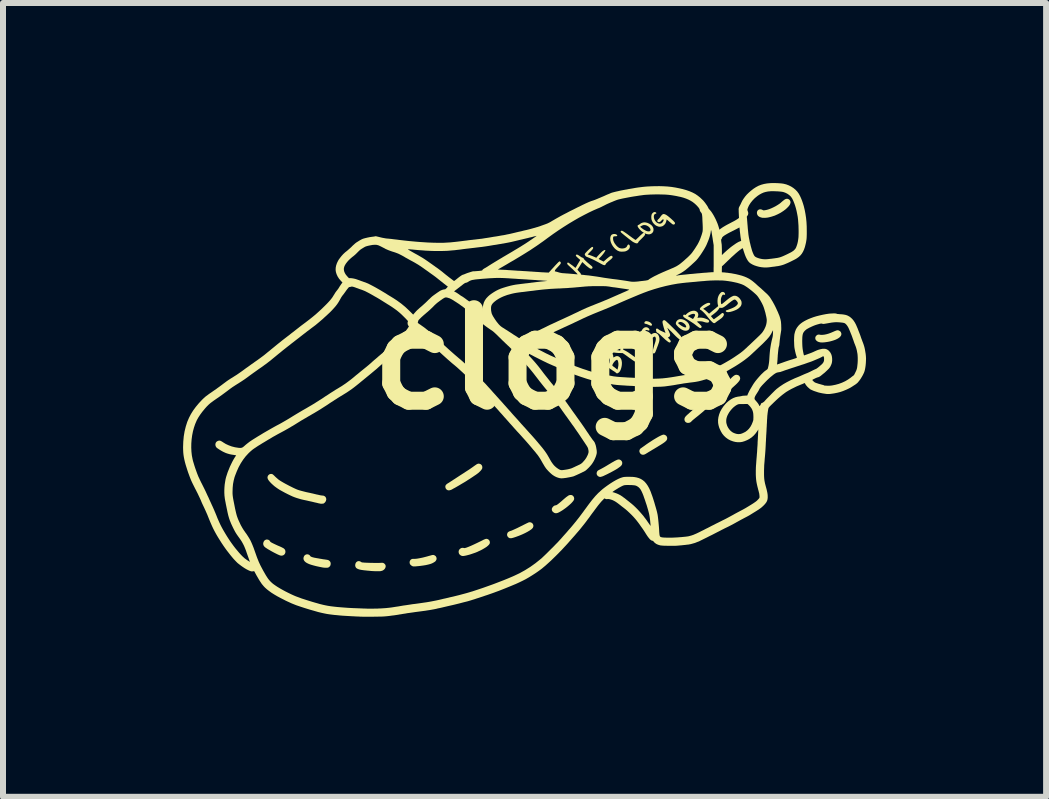
<source format=kicad_pcb>
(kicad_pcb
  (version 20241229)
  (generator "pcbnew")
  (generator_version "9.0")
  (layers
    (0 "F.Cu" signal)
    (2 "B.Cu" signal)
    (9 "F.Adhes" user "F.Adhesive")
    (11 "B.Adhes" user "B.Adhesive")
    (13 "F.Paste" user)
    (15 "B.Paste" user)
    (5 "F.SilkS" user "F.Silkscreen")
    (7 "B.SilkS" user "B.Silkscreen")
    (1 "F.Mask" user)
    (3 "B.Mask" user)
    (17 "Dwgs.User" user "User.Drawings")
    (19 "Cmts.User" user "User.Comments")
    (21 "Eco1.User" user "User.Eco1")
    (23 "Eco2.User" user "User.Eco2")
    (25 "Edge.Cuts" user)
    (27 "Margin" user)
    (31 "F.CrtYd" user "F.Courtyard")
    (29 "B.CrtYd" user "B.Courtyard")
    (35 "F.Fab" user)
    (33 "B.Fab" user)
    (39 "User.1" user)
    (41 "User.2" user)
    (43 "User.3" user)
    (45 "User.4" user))
  (footprint "clogs"
    (layer "F.Cu")
    (at 6.225 2.936)
    (property "Reference" "clogs" (at 0 0 0) (layer "F.SilkS") (effects (font (size 1.524 1.524) (thickness 0.3))))
    (attr board_only exclude_from_pos_files exclude_from_bom)
    (fp_poly (pts (xy 1.497 -0.636) (xy 1.502 -0.635) (xy 1.523 -0.631) (xy 1.544 -0.622) (xy 1.564 -0.609) (xy 1.574 -0.599) (xy 1.583 -0.587) (xy 1.587 -0.577) (xy 1.585 -0.568) (xy 1.581 -0.564) (xy 1.576 -0.561) (xy 1.568 -0.56) (xy 1.559 -0.562) (xy 1.546 -0.567) (xy 1.531 -0.574) (xy 1.51 -0.583) (xy 1.492 -0.589) (xy 1.483 -0.591) (xy 1.47 -0.593) (xy 1.463 -0.597) (xy 1.46 -0.604) (xy 1.46 -0.612) (xy 1.463 -0.621) (xy 1.471 -0.629) (xy 1.472 -0.629) (xy 1.479 -0.634) (xy 1.487 -0.636)) (stroke (width 0) (type solid)) (fill yes) (layer "F.SilkS"))
    (fp_poly (pts (xy -0.428 2.718) (xy -0.412 2.727) (xy -0.4 2.74) (xy -0.394 2.751) (xy -0.389 2.77) (xy -0.391 2.788) (xy -0.398 2.806) (xy -0.412 2.822) (xy -0.418 2.828) (xy -0.45 2.851) (xy -0.487 2.873) (xy -0.529 2.895) (xy -0.576 2.917) (xy -0.629 2.939) (xy -0.689 2.961) (xy -0.69 2.961) (xy -0.717 2.97) (xy -0.739 2.976) (xy -0.757 2.98) (xy -0.772 2.98) (xy -0.784 2.979) (xy -0.787 2.978) (xy -0.802 2.97) (xy -0.815 2.957) (xy -0.824 2.942) (xy -0.828 2.925) (xy -0.827 2.912) (xy -0.822 2.895) (xy -0.814 2.882) (xy -0.801 2.872) (xy -0.783 2.863) (xy -0.773 2.86) (xy -0.752 2.853) (xy -0.727 2.842) (xy -0.696 2.828) (xy -0.659 2.811) (xy -0.617 2.79) (xy -0.57 2.767) (xy -0.547 2.755) (xy -0.525 2.744) (xy -0.505 2.734) (xy -0.488 2.726) (xy -0.475 2.72) (xy -0.466 2.716) (xy -0.463 2.715) (xy -0.445 2.714)) (stroke (width 0) (type solid)) (fill yes) (layer "F.SilkS"))
    (fp_poly (pts (xy 0.241 2.26) (xy 0.258 2.265) (xy 0.272 2.276) (xy 0.283 2.29) (xy 0.288 2.304) (xy 0.29 2.318) (xy 0.289 2.332) (xy 0.283 2.347) (xy 0.272 2.363) (xy 0.262 2.375) (xy 0.241 2.398) (xy 0.215 2.422) (xy 0.186 2.447) (xy 0.155 2.472) (xy 0.122 2.496) (xy 0.09 2.518) (xy 0.06 2.536) (xy 0.035 2.55) (xy 0.014 2.559) (xy -0.003 2.563) (xy -0.018 2.564) (xy -0.032 2.561) (xy -0.044 2.556) (xy -0.061 2.544) (xy -0.074 2.53) (xy -0.081 2.513) (xy -0.083 2.496) (xy -0.081 2.485) (xy -0.074 2.471) (xy -0.064 2.457) (xy -0.051 2.445) (xy -0.037 2.436) (xy -0.023 2.433) (xy -0.02 2.432) (xy -0.012 2.431) (xy -0.001 2.426) (xy 0.013 2.417) (xy 0.03 2.404) (xy 0.051 2.387) (xy 0.076 2.366) (xy 0.104 2.341) (xy 0.133 2.316) (xy 0.157 2.296) (xy 0.178 2.281) (xy 0.194 2.27) (xy 0.203 2.265) (xy 0.222 2.26)) (stroke (width 0) (type solid)) (fill yes) (layer "F.SilkS"))
    (fp_poly (pts (xy 4.694 -0.482) (xy 4.707 -0.476) (xy 4.721 -0.467) (xy 4.731 -0.455) (xy 4.734 -0.45) (xy 4.741 -0.431) (xy 4.741 -0.413) (xy 4.735 -0.395) (xy 4.722 -0.377) (xy 4.704 -0.36) (xy 4.679 -0.344) (xy 4.649 -0.329) (xy 4.646 -0.328) (xy 4.617 -0.317) (xy 4.585 -0.307) (xy 4.551 -0.298) (xy 4.516 -0.291) (xy 4.482 -0.286) (xy 4.45 -0.282) (xy 4.42 -0.281) (xy 4.395 -0.282) (xy 4.388 -0.283) (xy 4.364 -0.289) (xy 4.343 -0.298) (xy 4.326 -0.311) (xy 4.314 -0.325) (xy 4.309 -0.337) (xy 4.306 -0.356) (xy 4.31 -0.374) (xy 4.319 -0.39) (xy 4.323 -0.393) (xy 4.338 -0.406) (xy 4.354 -0.412) (xy 4.371 -0.412) (xy 4.379 -0.411) (xy 4.401 -0.407) (xy 4.428 -0.408) (xy 4.459 -0.411) (xy 4.493 -0.418) (xy 4.528 -0.428) (xy 4.566 -0.442) (xy 4.604 -0.458) (xy 4.608 -0.46) (xy 4.631 -0.47) (xy 4.649 -0.477) (xy 4.663 -0.482) (xy 4.675 -0.484) (xy 4.685 -0.484)) (stroke (width 0) (type solid)) (fill yes) (layer "F.SilkS"))
    (fp_poly (pts (xy -2.054 3.259) (xy -2.047 3.261) (xy -2.045 3.261) (xy -2.028 3.27) (xy -2.014 3.282) (xy -2.006 3.298) (xy -2.002 3.314) (xy -2.003 3.332) (xy -2.01 3.348) (xy -2.021 3.364) (xy -2.031 3.372) (xy -2.053 3.386) (xy -2.078 3.399) (xy -2.108 3.41) (xy -2.142 3.419) (xy -2.182 3.428) (xy -2.226 3.435) (xy -2.277 3.442) (xy -2.318 3.446) (xy -2.341 3.448) (xy -2.358 3.45) (xy -2.37 3.45) (xy -2.38 3.45) (xy -2.388 3.45) (xy -2.395 3.449) (xy -2.401 3.447) (xy -2.412 3.442) (xy -2.425 3.433) (xy -2.436 3.423) (xy -2.445 3.412) (xy -2.447 3.407) (xy -2.451 3.391) (xy -2.451 3.373) (xy -2.446 3.357) (xy -2.445 3.355) (xy -2.434 3.339) (xy -2.419 3.329) (xy -2.401 3.324) (xy -2.382 3.324) (xy -2.367 3.324) (xy -2.347 3.323) (xy -2.323 3.32) (xy -2.294 3.315) (xy -2.263 3.309) (xy -2.23 3.302) (xy -2.195 3.293) (xy -2.16 3.284) (xy -2.126 3.274) (xy -2.125 3.274) (xy -2.103 3.268) (xy -2.086 3.263) (xy -2.073 3.26) (xy -2.063 3.259)) (stroke (width 0) (type solid)) (fill yes) (layer "F.SilkS"))
    (fp_poly (pts (xy -4.817 3.003) (xy -4.8 3.008) (xy -4.786 3.018) (xy -4.776 3.031) (xy -4.775 3.033) (xy -4.772 3.038) (xy -4.768 3.042) (xy -4.761 3.047) (xy -4.751 3.053) (xy -4.736 3.061) (xy -4.726 3.066) (xy -4.705 3.076) (xy -4.682 3.087) (xy -4.658 3.098) (xy -4.636 3.108) (xy -4.632 3.109) (xy -4.607 3.12) (xy -4.587 3.129) (xy -4.572 3.137) (xy -4.56 3.143) (xy -4.551 3.148) (xy -4.544 3.154) (xy -4.538 3.159) (xy -4.537 3.16) (xy -4.526 3.175) (xy -4.521 3.193) (xy -4.52 3.212) (xy -4.525 3.231) (xy -4.534 3.247) (xy -4.55 3.261) (xy -4.567 3.268) (xy -4.587 3.271) (xy -4.61 3.267) (xy -4.627 3.26) (xy -4.65 3.25) (xy -4.676 3.237) (xy -4.704 3.223) (xy -4.732 3.208) (xy -4.761 3.192) (xy -4.788 3.176) (xy -4.813 3.162) (xy -4.834 3.148) (xy -4.851 3.137) (xy -4.854 3.135) (xy -4.872 3.119) (xy -4.884 3.101) (xy -4.89 3.081) (xy -4.89 3.06) (xy -4.883 3.04) (xy -4.882 3.037) (xy -4.871 3.02) (xy -4.856 3.009) (xy -4.838 3.002) (xy -4.835 3.002)) (stroke (width 0) (type solid)) (fill yes) (layer "F.SilkS"))
    (fp_poly (pts (xy 2.998 0.258) (xy 3.018 0.262) (xy 3.034 0.271) (xy 3.046 0.285) (xy 3.053 0.303) (xy 3.055 0.311) (xy 3.055 0.323) (xy 3.052 0.335) (xy 3.047 0.348) (xy 3.038 0.362) (xy 3.025 0.378) (xy 3.009 0.396) (xy 2.988 0.417) (xy 2.963 0.44) (xy 2.933 0.467) (xy 2.931 0.469) (xy 2.908 0.489) (xy 2.889 0.506) (xy 2.873 0.521) (xy 2.862 0.533) (xy 2.854 0.541) (xy 2.852 0.545) (xy 2.842 0.557) (xy 2.828 0.567) (xy 2.811 0.572) (xy 2.794 0.573) (xy 2.79 0.572) (xy 2.772 0.565) (xy 2.758 0.553) (xy 2.748 0.538) (xy 2.742 0.519) (xy 2.742 0.499) (xy 2.744 0.485) (xy 2.745 0.481) (xy 2.748 0.476) (xy 2.752 0.471) (xy 2.757 0.464) (xy 2.765 0.455) (xy 2.776 0.443) (xy 2.79 0.429) (xy 2.807 0.411) (xy 2.828 0.39) (xy 2.832 0.386) (xy 2.86 0.358) (xy 2.884 0.334) (xy 2.904 0.315) (xy 2.921 0.298) (xy 2.936 0.285) (xy 2.948 0.275) (xy 2.959 0.268) (xy 2.968 0.263) (xy 2.976 0.26) (xy 2.984 0.258) (xy 2.992 0.257)) (stroke (width 0) (type solid)) (fill yes) (layer "F.SilkS"))
    (fp_poly (pts (xy -1.155 2.993) (xy -1.139 3.001) (xy -1.126 3.014) (xy -1.118 3.029) (xy -1.114 3.047) (xy -1.116 3.065) (xy -1.122 3.078) (xy -1.134 3.093) (xy -1.151 3.109) (xy -1.172 3.126) (xy -1.199 3.143) (xy -1.229 3.161) (xy -1.262 3.179) (xy -1.299 3.196) (xy -1.324 3.208) (xy -1.356 3.221) (xy -1.388 3.232) (xy -1.42 3.243) (xy -1.451 3.253) (xy -1.481 3.261) (xy -1.509 3.268) (xy -1.533 3.273) (xy -1.554 3.276) (xy -1.57 3.276) (xy -1.581 3.275) (xy -1.602 3.265) (xy -1.618 3.252) (xy -1.629 3.236) (xy -1.634 3.217) (xy -1.635 3.203) (xy -1.631 3.183) (xy -1.621 3.166) (xy -1.605 3.152) (xy -1.604 3.151) (xy -1.588 3.143) (xy -1.57 3.14) (xy -1.551 3.142) (xy -1.542 3.144) (xy -1.535 3.145) (xy -1.527 3.143) (xy -1.516 3.14) (xy -1.508 3.138) (xy -1.471 3.124) (xy -1.428 3.106) (xy -1.38 3.084) (xy -1.327 3.059) (xy -1.286 3.039) (xy -1.259 3.026) (xy -1.237 3.015) (xy -1.22 3.006) (xy -1.206 3) (xy -1.195 2.996) (xy -1.187 2.993) (xy -1.181 2.991) (xy -1.176 2.99) (xy -1.173 2.99)) (stroke (width 0) (type solid)) (fill yes) (layer "F.SilkS"))
    (fp_poly (pts (xy 1.044 1.67) (xy 1.052 1.672) (xy 1.052 1.672) (xy 1.069 1.682) (xy 1.081 1.695) (xy 1.089 1.711) (xy 1.091 1.729) (xy 1.088 1.747) (xy 1.082 1.76) (xy 1.072 1.773) (xy 1.056 1.788) (xy 1.034 1.804) (xy 1.007 1.823) (xy 0.975 1.842) (xy 0.937 1.863) (xy 0.895 1.886) (xy 0.88 1.893) (xy 0.849 1.909) (xy 0.823 1.922) (xy 0.801 1.932) (xy 0.783 1.941) (xy 0.768 1.947) (xy 0.755 1.952) (xy 0.744 1.955) (xy 0.743 1.955) (xy 0.732 1.958) (xy 0.724 1.959) (xy 0.718 1.959) (xy 0.711 1.957) (xy 0.707 1.956) (xy 0.69 1.948) (xy 0.677 1.936) (xy 0.668 1.921) (xy 0.664 1.904) (xy 0.666 1.886) (xy 0.673 1.869) (xy 0.678 1.861) (xy 0.683 1.856) (xy 0.691 1.85) (xy 0.702 1.844) (xy 0.711 1.839) (xy 0.731 1.829) (xy 0.753 1.817) (xy 0.777 1.804) (xy 0.805 1.788) (xy 0.837 1.769) (xy 0.873 1.747) (xy 0.887 1.739) (xy 0.918 1.72) (xy 0.945 1.705) (xy 0.967 1.692) (xy 0.986 1.683) (xy 1.001 1.676) (xy 1.014 1.671) (xy 1.025 1.669) (xy 1.035 1.668)) (stroke (width 0) (type solid)) (fill yes) (layer "F.SilkS"))
    (fp_poly (pts (xy 2.483 0.703) (xy 2.499 0.711) (xy 2.512 0.723) (xy 2.52 0.737) (xy 2.525 0.754) (xy 2.524 0.771) (xy 2.52 0.785) (xy 2.514 0.794) (xy 2.506 0.805) (xy 2.495 0.818) (xy 2.481 0.832) (xy 2.463 0.849) (xy 2.442 0.868) (xy 2.417 0.889) (xy 2.387 0.914) (xy 2.353 0.942) (xy 2.314 0.973) (xy 2.309 0.977) (xy 2.292 0.991) (xy 2.276 1.004) (xy 2.263 1.015) (xy 2.253 1.025) (xy 2.246 1.031) (xy 2.245 1.033) (xy 2.236 1.042) (xy 2.225 1.05) (xy 2.223 1.051) (xy 2.21 1.056) (xy 2.194 1.059) (xy 2.179 1.059) (xy 2.169 1.057) (xy 2.152 1.049) (xy 2.138 1.036) (xy 2.13 1.019) (xy 2.127 1) (xy 2.129 0.983) (xy 2.136 0.966) (xy 2.149 0.949) (xy 2.167 0.931) (xy 2.168 0.929) (xy 2.179 0.92) (xy 2.193 0.908) (xy 2.209 0.893) (xy 2.226 0.878) (xy 2.24 0.866) (xy 2.276 0.833) (xy 2.308 0.805) (xy 2.336 0.781) (xy 2.36 0.761) (xy 2.382 0.744) (xy 2.4 0.73) (xy 2.416 0.719) (xy 2.43 0.711) (xy 2.441 0.706) (xy 2.452 0.702) (xy 2.461 0.701) (xy 2.464 0.7)) (stroke (width 0) (type solid)) (fill yes) (layer "F.SilkS"))
    (fp_poly (pts (xy 3.843 -2.674) (xy 3.852 -2.672) (xy 3.869 -2.664) (xy 3.882 -2.651) (xy 3.891 -2.635) (xy 3.894 -2.617) (xy 3.894 -2.611) (xy 3.89 -2.594) (xy 3.883 -2.577) (xy 3.871 -2.559) (xy 3.854 -2.539) (xy 3.853 -2.538) (xy 3.817 -2.503) (xy 3.776 -2.472) (xy 3.73 -2.442) (xy 3.682 -2.417) (xy 3.631 -2.394) (xy 3.578 -2.377) (xy 3.54 -2.367) (xy 3.511 -2.361) (xy 3.482 -2.358) (xy 3.455 -2.357) (xy 3.432 -2.358) (xy 3.425 -2.358) (xy 3.397 -2.365) (xy 3.374 -2.375) (xy 3.355 -2.388) (xy 3.343 -2.405) (xy 3.336 -2.424) (xy 3.334 -2.44) (xy 3.337 -2.46) (xy 3.344 -2.476) (xy 3.357 -2.489) (xy 3.365 -2.493) (xy 3.381 -2.499) (xy 3.397 -2.499) (xy 3.414 -2.495) (xy 3.425 -2.49) (xy 3.435 -2.485) (xy 3.443 -2.482) (xy 3.451 -2.482) (xy 3.461 -2.483) (xy 3.468 -2.484) (xy 3.5 -2.49) (xy 3.534 -2.5) (xy 3.57 -2.514) (xy 3.607 -2.531) (xy 3.644 -2.55) (xy 3.679 -2.571) (xy 3.711 -2.592) (xy 3.73 -2.607) (xy 3.743 -2.619) (xy 3.757 -2.631) (xy 3.769 -2.641) (xy 3.777 -2.647) (xy 3.795 -2.661) (xy 3.812 -2.67) (xy 3.827 -2.674)) (stroke (width 0) (type solid)) (fill yes) (layer "F.SilkS"))
    (fp_poly (pts (xy 1.787 1.255) (xy 1.792 1.256) (xy 1.811 1.264) (xy 1.826 1.276) (xy 1.835 1.291) (xy 1.84 1.308) (xy 1.839 1.327) (xy 1.838 1.33) (xy 1.835 1.338) (xy 1.831 1.346) (xy 1.825 1.354) (xy 1.817 1.363) (xy 1.806 1.372) (xy 1.793 1.383) (xy 1.776 1.395) (xy 1.755 1.409) (xy 1.73 1.425) (xy 1.7 1.443) (xy 1.666 1.464) (xy 1.644 1.477) (xy 1.618 1.493) (xy 1.592 1.508) (xy 1.568 1.523) (xy 1.546 1.536) (xy 1.527 1.547) (xy 1.512 1.557) (xy 1.501 1.563) (xy 1.5 1.564) (xy 1.479 1.577) (xy 1.462 1.585) (xy 1.447 1.589) (xy 1.433 1.59) (xy 1.419 1.587) (xy 1.415 1.586) (xy 1.4 1.577) (xy 1.388 1.564) (xy 1.38 1.548) (xy 1.376 1.531) (xy 1.377 1.52) (xy 1.383 1.502) (xy 1.395 1.486) (xy 1.405 1.479) (xy 1.413 1.474) (xy 1.424 1.466) (xy 1.438 1.456) (xy 1.453 1.446) (xy 1.457 1.443) (xy 1.494 1.416) (xy 1.531 1.391) (xy 1.568 1.367) (xy 1.603 1.344) (xy 1.636 1.324) (xy 1.668 1.305) (xy 1.696 1.289) (xy 1.721 1.276) (xy 1.742 1.266) (xy 1.757 1.26) (xy 1.77 1.256) (xy 1.778 1.254)) (stroke (width 0) (type solid)) (fill yes) (layer "F.SilkS"))
    (fp_poly (pts (xy -4.142 3.25) (xy -4.127 3.256) (xy -4.115 3.265) (xy -4.108 3.275) (xy -4.104 3.28) (xy -4.098 3.285) (xy -4.088 3.29) (xy -4.075 3.295) (xy -4.057 3.3) (xy -4.049 3.302) (xy -4.037 3.305) (xy -4.02 3.308) (xy -3.999 3.312) (xy -3.974 3.316) (xy -3.948 3.321) (xy -3.922 3.325) (xy -3.896 3.33) (xy -3.872 3.333) (xy -3.851 3.336) (xy -3.837 3.338) (xy -3.82 3.341) (xy -3.806 3.345) (xy -3.796 3.35) (xy -3.786 3.358) (xy -3.783 3.361) (xy -3.773 3.374) (xy -3.768 3.387) (xy -3.766 3.404) (xy -3.766 3.407) (xy -3.769 3.427) (xy -3.777 3.445) (xy -3.792 3.459) (xy -3.794 3.461) (xy -3.802 3.466) (xy -3.809 3.469) (xy -3.817 3.471) (xy -3.828 3.472) (xy -3.838 3.472) (xy -3.855 3.472) (xy -3.874 3.471) (xy -3.891 3.469) (xy -3.893 3.469) (xy -3.949 3.458) (xy -4 3.447) (xy -4.044 3.436) (xy -4.083 3.425) (xy -4.117 3.414) (xy -4.145 3.402) (xy -4.168 3.39) (xy -4.187 3.377) (xy -4.201 3.363) (xy -4.211 3.349) (xy -4.217 3.335) (xy -4.22 3.316) (xy -4.217 3.297) (xy -4.21 3.28) (xy -4.199 3.265) (xy -4.185 3.255) (xy -4.168 3.249) (xy -4.158 3.248)) (stroke (width 0) (type solid)) (fill yes) (layer "F.SilkS"))
    (fp_poly (pts (xy -3.272 3.368) (xy -3.262 3.374) (xy -3.256 3.378) (xy -3.251 3.381) (xy -3.244 3.383) (xy -3.236 3.384) (xy -3.224 3.385) (xy -3.207 3.386) (xy -3.202 3.387) (xy -3.179 3.388) (xy -3.153 3.389) (xy -3.124 3.39) (xy -3.095 3.391) (xy -3.066 3.391) (xy -3.037 3.392) (xy -3.01 3.392) (xy -2.985 3.392) (xy -2.964 3.392) (xy -2.947 3.391) (xy -2.934 3.391) (xy -2.93 3.39) (xy -2.907 3.389) (xy -2.888 3.393) (xy -2.872 3.403) (xy -2.859 3.418) (xy -2.855 3.424) (xy -2.85 3.441) (xy -2.851 3.458) (xy -2.857 3.476) (xy -2.867 3.492) (xy -2.881 3.506) (xy -2.899 3.518) (xy -2.899 3.518) (xy -2.911 3.522) (xy -2.924 3.526) (xy -2.939 3.529) (xy -2.958 3.53) (xy -2.98 3.53) (xy -3.007 3.53) (xy -3.038 3.529) (xy -3.055 3.528) (xy -3.077 3.527) (xy -3.103 3.525) (xy -3.13 3.522) (xy -3.157 3.52) (xy -3.182 3.517) (xy -3.205 3.515) (xy -3.22 3.513) (xy -3.255 3.508) (xy -3.285 3.502) (xy -3.309 3.494) (xy -3.328 3.485) (xy -3.342 3.474) (xy -3.351 3.461) (xy -3.356 3.446) (xy -3.358 3.43) (xy -3.355 3.409) (xy -3.348 3.391) (xy -3.337 3.377) (xy -3.323 3.367) (xy -3.307 3.362) (xy -3.29 3.362)) (stroke (width 0) (type solid)) (fill yes) (layer "F.SilkS"))
    (fp_poly (pts (xy 2.086 -0.668) (xy 2.114 -0.66) (xy 2.13 -0.653) (xy 2.153 -0.639) (xy 2.173 -0.623) (xy 2.189 -0.605) (xy 2.201 -0.586) (xy 2.209 -0.566) (xy 2.214 -0.546) (xy 2.213 -0.527) (xy 2.208 -0.51) (xy 2.198 -0.495) (xy 2.188 -0.487) (xy 2.173 -0.48) (xy 2.154 -0.476) (xy 2.134 -0.477) (xy 2.114 -0.481) (xy 2.09 -0.491) (xy 2.067 -0.505) (xy 2.042 -0.524) (xy 2.036 -0.528) (xy 2.019 -0.545) (xy 2.004 -0.561) (xy 1.992 -0.576) (xy 1.985 -0.588) (xy 1.984 -0.594) (xy 1.984 -0.604) (xy 2.022 -0.604) (xy 2.025 -0.598) (xy 2.033 -0.591) (xy 2.045 -0.582) (xy 2.055 -0.574) (xy 2.075 -0.56) (xy 2.094 -0.549) (xy 2.112 -0.54) (xy 2.128 -0.534) (xy 2.14 -0.532) (xy 2.146 -0.532) (xy 2.152 -0.533) (xy 2.153 -0.533) (xy 2.156 -0.536) (xy 2.156 -0.543) (xy 2.154 -0.553) (xy 2.15 -0.563) (xy 2.149 -0.564) (xy 2.139 -0.58) (xy 2.123 -0.595) (xy 2.105 -0.608) (xy 2.085 -0.618) (xy 2.065 -0.622) (xy 2.065 -0.623) (xy 2.05 -0.622) (xy 2.038 -0.617) (xy 2.029 -0.613) (xy 2.024 -0.608) (xy 2.022 -0.604) (xy 1.984 -0.604) (xy 1.984 -0.607) (xy 1.989 -0.622) (xy 1.997 -0.636) (xy 2.009 -0.649) (xy 2.018 -0.657) (xy 2.039 -0.667) (xy 2.061 -0.67)) (stroke (width 0) (type solid)) (fill yes) (layer "F.SilkS"))
    (fp_poly (pts (xy 0.971 -2.087) (xy 0.987 -2.083) (xy 1 -2.074) (xy 1.001 -2.073) (xy 1.007 -2.067) (xy 1.008 -2.062) (xy 1.006 -2.057) (xy 1.004 -2.055) (xy 0.998 -2.052) (xy 0.989 -2.05) (xy 0.976 -2.05) (xy 0.962 -2.049) (xy 0.952 -2.048) (xy 0.947 -2.046) (xy 0.941 -2.038) (xy 0.938 -2.025) (xy 0.938 -2.009) (xy 0.94 -1.99) (xy 0.944 -1.974) (xy 0.953 -1.953) (xy 0.965 -1.931) (xy 0.981 -1.91) (xy 0.998 -1.889) (xy 1.017 -1.872) (xy 1.035 -1.859) (xy 1.043 -1.855) (xy 1.064 -1.849) (xy 1.087 -1.846) (xy 1.11 -1.848) (xy 1.133 -1.853) (xy 1.152 -1.863) (xy 1.154 -1.864) (xy 1.161 -1.871) (xy 1.168 -1.88) (xy 1.173 -1.89) (xy 1.18 -1.903) (xy 1.187 -1.91) (xy 1.194 -1.913) (xy 1.201 -1.912) (xy 1.21 -1.905) (xy 1.216 -1.893) (xy 1.218 -1.878) (xy 1.215 -1.859) (xy 1.206 -1.841) (xy 1.191 -1.825) (xy 1.171 -1.811) (xy 1.149 -1.801) (xy 1.134 -1.797) (xy 1.114 -1.795) (xy 1.093 -1.794) (xy 1.072 -1.794) (xy 1.053 -1.796) (xy 1.04 -1.799) (xy 1.012 -1.811) (xy 0.985 -1.83) (xy 0.96 -1.853) (xy 0.937 -1.882) (xy 0.935 -1.884) (xy 0.915 -1.918) (xy 0.901 -1.95) (xy 0.893 -1.982) (xy 0.891 -2.013) (xy 0.891 -2.02) (xy 0.895 -2.043) (xy 0.903 -2.062) (xy 0.915 -2.076) (xy 0.931 -2.084) (xy 0.95 -2.088)) (stroke (width 0) (type solid)) (fill yes) (layer "F.SilkS"))
    (fp_poly (pts (xy -1.281 1.741) (xy -1.265 1.749) (xy -1.252 1.761) (xy -1.244 1.776) (xy -1.24 1.794) (xy -1.241 1.812) (xy -1.244 1.822) (xy -1.251 1.834) (xy -1.262 1.849) (xy -1.276 1.864) (xy -1.292 1.88) (xy -1.303 1.89) (xy -1.313 1.898) (xy -1.328 1.909) (xy -1.347 1.923) (xy -1.37 1.938) (xy -1.395 1.955) (xy -1.422 1.973) (xy -1.449 1.991) (xy -1.478 2.009) (xy -1.505 2.027) (xy -1.531 2.043) (xy -1.553 2.056) (xy -1.577 2.07) (xy -1.602 2.085) (xy -1.627 2.1) (xy -1.653 2.115) (xy -1.677 2.129) (xy -1.7 2.142) (xy -1.721 2.153) (xy -1.738 2.163) (xy -1.751 2.17) (xy -1.759 2.174) (xy -1.759 2.174) (xy -1.782 2.181) (xy -1.802 2.183) (xy -1.817 2.18) (xy -1.832 2.172) (xy -1.845 2.158) (xy -1.853 2.143) (xy -1.856 2.125) (xy -1.856 2.115) (xy -1.852 2.101) (xy -1.845 2.09) (xy -1.833 2.079) (xy -1.817 2.067) (xy -1.808 2.062) (xy -1.798 2.056) (xy -1.784 2.047) (xy -1.766 2.035) (xy -1.745 2.022) (xy -1.723 2.007) (xy -1.699 1.992) (xy -1.681 1.98) (xy -1.655 1.963) (xy -1.626 1.944) (xy -1.597 1.925) (xy -1.569 1.907) (xy -1.542 1.89) (xy -1.52 1.875) (xy -1.512 1.87) (xy -1.489 1.855) (xy -1.464 1.839) (xy -1.439 1.822) (xy -1.416 1.806) (xy -1.396 1.792) (xy -1.388 1.786) (xy -1.367 1.771) (xy -1.351 1.76) (xy -1.338 1.751) (xy -1.328 1.745) (xy -1.32 1.742) (xy -1.313 1.739) (xy -1.306 1.738) (xy -1.3 1.738)) (stroke (width 0) (type solid)) (fill yes) (layer "F.SilkS"))
    (fp_poly (pts (xy 1.094 -0.342) (xy 1.095 -0.342) (xy 1.097 -0.34) (xy 1.098 -0.337) (xy 1.099 -0.332) (xy 1.1 -0.324) (xy 1.101 -0.313) (xy 1.102 -0.297) (xy 1.103 -0.277) (xy 1.104 -0.25) (xy 1.104 -0.25) (xy 1.107 -0.161) (xy 1.134 -0.148) (xy 1.149 -0.14) (xy 1.167 -0.13) (xy 1.182 -0.121) (xy 1.183 -0.12) (xy 1.198 -0.111) (xy 1.214 -0.099) (xy 1.233 -0.086) (xy 1.253 -0.072) (xy 1.273 -0.057) (xy 1.293 -0.043) (xy 1.312 -0.029) (xy 1.328 -0.017) (xy 1.342 -0.006) (xy 1.352 0.002) (xy 1.358 0.008) (xy 1.359 0.008) (xy 1.366 0.02) (xy 1.369 0.031) (xy 1.366 0.042) (xy 1.363 0.046) (xy 1.354 0.05) (xy 1.341 0.051) (xy 1.327 0.049) (xy 1.313 0.043) (xy 1.298 0.035) (xy 1.28 0.024) (xy 1.259 0.01) (xy 1.234 -0.008) (xy 1.205 -0.028) (xy 1.188 -0.041) (xy 1.169 -0.055) (xy 1.151 -0.068) (xy 1.135 -0.079) (xy 1.128 -0.084) (xy 1.097 -0.104) (xy 1.052 -0.105) (xy 1.031 -0.105) (xy 1.009 -0.107) (xy 0.987 -0.109) (xy 0.967 -0.111) (xy 0.949 -0.114) (xy 0.936 -0.118) (xy 0.93 -0.12) (xy 0.922 -0.126) (xy 0.919 -0.136) (xy 0.92 -0.144) (xy 0.924 -0.149) (xy 0.933 -0.153) (xy 0.946 -0.156) (xy 0.96 -0.157) (xy 0.969 -0.157) (xy 0.982 -0.156) (xy 0.998 -0.154) (xy 1.015 -0.152) (xy 1.031 -0.15) (xy 1.044 -0.148) (xy 1.053 -0.146) (xy 1.054 -0.146) (xy 1.056 -0.146) (xy 1.057 -0.148) (xy 1.058 -0.152) (xy 1.059 -0.16) (xy 1.06 -0.171) (xy 1.06 -0.187) (xy 1.061 -0.208) (xy 1.061 -0.226) (xy 1.062 -0.255) (xy 1.063 -0.279) (xy 1.065 -0.298) (xy 1.066 -0.312) (xy 1.068 -0.323) (xy 1.071 -0.331) (xy 1.075 -0.336) (xy 1.079 -0.34) (xy 1.081 -0.341) (xy 1.088 -0.344)) (stroke (width 0) (type solid)) (fill yes) (layer "F.SilkS"))
    (fp_poly (pts (xy -4.737 1.913) (xy -4.731 1.917) (xy -4.721 1.925) (xy -4.709 1.936) (xy -4.697 1.948) (xy -4.692 1.953) (xy -4.677 1.967) (xy -4.661 1.981) (xy -4.646 1.994) (xy -4.634 2.004) (xy -4.632 2.006) (xy -4.611 2.02) (xy -4.585 2.036) (xy -4.556 2.053) (xy -4.524 2.071) (xy -4.49 2.089) (xy -4.456 2.107) (xy -4.422 2.124) (xy -4.39 2.14) (xy -4.36 2.154) (xy -4.333 2.166) (xy -4.315 2.173) (xy -4.288 2.182) (xy -4.256 2.191) (xy -4.217 2.201) (xy -4.174 2.212) (xy -4.127 2.222) (xy -4.112 2.225) (xy -4.092 2.23) (xy -4.068 2.235) (xy -4.043 2.241) (xy -4.018 2.247) (xy -4.007 2.25) (xy -3.977 2.256) (xy -3.952 2.262) (xy -3.932 2.266) (xy -3.917 2.268) (xy -3.909 2.269) (xy -3.887 2.271) (xy -3.869 2.279) (xy -3.855 2.29) (xy -3.845 2.306) (xy -3.84 2.325) (xy -3.84 2.337) (xy -3.845 2.357) (xy -3.855 2.376) (xy -3.87 2.392) (xy -3.874 2.395) (xy -3.883 2.401) (xy -3.892 2.404) (xy -3.903 2.405) (xy -3.91 2.405) (xy -3.922 2.406) (xy -3.933 2.405) (xy -3.939 2.405) (xy -3.944 2.403) (xy -3.955 2.401) (xy -3.97 2.398) (xy -3.989 2.393) (xy -4.01 2.388) (xy -4.034 2.383) (xy -4.041 2.381) (xy -4.066 2.375) (xy -4.091 2.369) (xy -4.115 2.364) (xy -4.137 2.359) (xy -4.154 2.355) (xy -4.167 2.352) (xy -4.167 2.352) (xy -4.215 2.342) (xy -4.258 2.332) (xy -4.296 2.321) (xy -4.332 2.31) (xy -4.367 2.298) (xy -4.402 2.284) (xy -4.439 2.267) (xy -4.478 2.248) (xy -4.486 2.244) (xy -4.533 2.22) (xy -4.575 2.197) (xy -4.613 2.176) (xy -4.646 2.155) (xy -4.676 2.134) (xy -4.704 2.113) (xy -4.729 2.091) (xy -4.754 2.068) (xy -4.756 2.066) (xy -4.779 2.042) (xy -4.797 2.02) (xy -4.81 2) (xy -4.817 1.982) (xy -4.819 1.966) (xy -4.816 1.951) (xy -4.809 1.936) (xy -4.803 1.929) (xy -4.788 1.916) (xy -4.771 1.91) (xy -4.753 1.909)) (stroke (width 0) (type solid)) (fill yes) (layer "F.SilkS"))
    (fp_poly (pts (xy 0.594 -1.873) (xy 0.601 -1.869) (xy 0.605 -1.863) (xy 0.607 -1.856) (xy 0.605 -1.849) (xy 0.601 -1.841) (xy 0.594 -1.83) (xy 0.583 -1.818) (xy 0.568 -1.802) (xy 0.555 -1.789) (xy 0.542 -1.776) (xy 0.531 -1.764) (xy 0.522 -1.755) (xy 0.516 -1.749) (xy 0.515 -1.747) (xy 0.518 -1.746) (xy 0.526 -1.743) (xy 0.537 -1.74) (xy 0.541 -1.739) (xy 0.554 -1.735) (xy 0.57 -1.729) (xy 0.589 -1.722) (xy 0.608 -1.714) (xy 0.613 -1.712) (xy 0.659 -1.692) (xy 0.668 -1.703) (xy 0.678 -1.716) (xy 0.691 -1.73) (xy 0.706 -1.746) (xy 0.721 -1.762) (xy 0.736 -1.777) (xy 0.75 -1.791) (xy 0.761 -1.8) (xy 0.766 -1.804) (xy 0.78 -1.813) (xy 0.792 -1.819) (xy 0.801 -1.821) (xy 0.808 -1.821) (xy 0.81 -1.817) (xy 0.808 -1.809) (xy 0.801 -1.796) (xy 0.792 -1.781) (xy 0.78 -1.764) (xy 0.766 -1.746) (xy 0.751 -1.728) (xy 0.736 -1.711) (xy 0.72 -1.695) (xy 0.709 -1.684) (xy 0.704 -1.68) (xy 0.701 -1.677) (xy 0.7 -1.674) (xy 0.702 -1.67) (xy 0.708 -1.666) (xy 0.718 -1.66) (xy 0.733 -1.652) (xy 0.743 -1.647) (xy 0.78 -1.628) (xy 0.812 -1.656) (xy 0.826 -1.669) (xy 0.843 -1.683) (xy 0.858 -1.695) (xy 0.869 -1.704) (xy 0.885 -1.715) (xy 0.898 -1.722) (xy 0.908 -1.725) (xy 0.916 -1.724) (xy 0.923 -1.719) (xy 0.926 -1.715) (xy 0.93 -1.71) (xy 0.931 -1.704) (xy 0.93 -1.698) (xy 0.925 -1.691) (xy 0.918 -1.682) (xy 0.907 -1.671) (xy 0.891 -1.657) (xy 0.871 -1.641) (xy 0.861 -1.633) (xy 0.845 -1.619) (xy 0.833 -1.608) (xy 0.825 -1.6) (xy 0.82 -1.594) (xy 0.817 -1.588) (xy 0.811 -1.577) (xy 0.803 -1.57) (xy 0.793 -1.568) (xy 0.778 -1.572) (xy 0.761 -1.579) (xy 0.75 -1.585) (xy 0.735 -1.593) (xy 0.719 -1.602) (xy 0.701 -1.612) (xy 0.696 -1.615) (xy 0.665 -1.631) (xy 0.632 -1.649) (xy 0.599 -1.665) (xy 0.567 -1.679) (xy 0.538 -1.692) (xy 0.527 -1.696) (xy 0.513 -1.702) (xy 0.5 -1.707) (xy 0.491 -1.712) (xy 0.486 -1.714) (xy 0.48 -1.721) (xy 0.473 -1.731) (xy 0.468 -1.742) (xy 0.466 -1.751) (xy 0.468 -1.757) (xy 0.475 -1.767) (xy 0.486 -1.78) (xy 0.5 -1.795) (xy 0.517 -1.812) (xy 0.536 -1.83) (xy 0.545 -1.838) (xy 0.56 -1.852) (xy 0.572 -1.861) (xy 0.58 -1.868) (xy 0.587 -1.871) (xy 0.591 -1.873)) (stroke (width 0) (type solid)) (fill yes) (layer "F.SilkS"))
    (fp_poly (pts (xy 1.503 -0.533) (xy 1.515 -0.528) (xy 1.527 -0.52) (xy 1.536 -0.511) (xy 1.542 -0.501) (xy 1.544 -0.491) (xy 1.542 -0.484) (xy 1.541 -0.483) (xy 1.538 -0.48) (xy 1.533 -0.479) (xy 1.527 -0.481) (xy 1.519 -0.483) (xy 1.508 -0.486) (xy 1.499 -0.488) (xy 1.495 -0.488) (xy 1.485 -0.485) (xy 1.475 -0.476) (xy 1.466 -0.462) (xy 1.458 -0.443) (xy 1.451 -0.421) (xy 1.451 -0.419) (xy 1.448 -0.406) (xy 1.447 -0.391) (xy 1.446 -0.374) (xy 1.446 -0.357) (xy 1.447 -0.341) (xy 1.448 -0.329) (xy 1.45 -0.32) (xy 1.451 -0.318) (xy 1.454 -0.316) (xy 1.458 -0.317) (xy 1.464 -0.32) (xy 1.472 -0.326) (xy 1.482 -0.335) (xy 1.497 -0.348) (xy 1.51 -0.36) (xy 1.535 -0.383) (xy 1.556 -0.401) (xy 1.575 -0.415) (xy 1.591 -0.426) (xy 1.605 -0.433) (xy 1.619 -0.437) (xy 1.625 -0.438) (xy 1.644 -0.439) (xy 1.661 -0.433) (xy 1.677 -0.423) (xy 1.69 -0.408) (xy 1.7 -0.389) (xy 1.707 -0.368) (xy 1.711 -0.343) (xy 1.71 -0.317) (xy 1.709 -0.314) (xy 1.708 -0.306) (xy 1.706 -0.297) (xy 1.704 -0.288) (xy 1.701 -0.278) (xy 1.696 -0.264) (xy 1.69 -0.247) (xy 1.683 -0.227) (xy 1.673 -0.201) (xy 1.669 -0.191) (xy 1.663 -0.174) (xy 1.657 -0.157) (xy 1.651 -0.143) (xy 1.648 -0.133) (xy 1.646 -0.129) (xy 1.641 -0.118) (xy 1.633 -0.107) (xy 1.625 -0.1) (xy 1.618 -0.096) (xy 1.617 -0.096) (xy 1.61 -0.099) (xy 1.605 -0.103) (xy 1.601 -0.111) (xy 1.599 -0.123) (xy 1.601 -0.14) (xy 1.604 -0.161) (xy 1.611 -0.187) (xy 1.62 -0.219) (xy 1.63 -0.252) (xy 1.639 -0.28) (xy 1.646 -0.303) (xy 1.649 -0.322) (xy 1.651 -0.338) (xy 1.65 -0.351) (xy 1.646 -0.363) (xy 1.643 -0.37) (xy 1.639 -0.376) (xy 1.634 -0.378) (xy 1.627 -0.378) (xy 1.618 -0.374) (xy 1.607 -0.367) (xy 1.593 -0.356) (xy 1.575 -0.341) (xy 1.554 -0.321) (xy 1.541 -0.309) (xy 1.522 -0.291) (xy 1.505 -0.278) (xy 1.491 -0.268) (xy 1.478 -0.262) (xy 1.466 -0.258) (xy 1.454 -0.257) (xy 1.453 -0.257) (xy 1.434 -0.26) (xy 1.418 -0.268) (xy 1.405 -0.281) (xy 1.396 -0.3) (xy 1.39 -0.323) (xy 1.388 -0.352) (xy 1.389 -0.371) (xy 1.393 -0.407) (xy 1.4 -0.439) (xy 1.409 -0.467) (xy 1.421 -0.49) (xy 1.435 -0.509) (xy 1.451 -0.523) (xy 1.468 -0.532) (xy 1.487 -0.535)) (stroke (width 0) (type solid)) (fill yes) (layer "F.SilkS"))
    (fp_poly (pts (xy 1.646 -2.45) (xy 1.655 -2.444) (xy 1.659 -2.436) (xy 1.658 -2.43) (xy 1.65 -2.426) (xy 1.642 -2.423) (xy 1.63 -2.417) (xy 1.623 -2.406) (xy 1.618 -2.392) (xy 1.617 -2.375) (xy 1.619 -2.357) (xy 1.624 -2.338) (xy 1.633 -2.319) (xy 1.644 -2.302) (xy 1.649 -2.296) (xy 1.666 -2.279) (xy 1.685 -2.268) (xy 1.704 -2.261) (xy 1.722 -2.26) (xy 1.739 -2.264) (xy 1.754 -2.274) (xy 1.761 -2.281) (xy 1.768 -2.291) (xy 1.774 -2.302) (xy 1.779 -2.313) (xy 1.782 -2.322) (xy 1.782 -2.326) (xy 1.777 -2.329) (xy 1.77 -2.33) (xy 1.769 -2.33) (xy 1.762 -2.329) (xy 1.756 -2.325) (xy 1.749 -2.318) (xy 1.745 -2.313) (xy 1.731 -2.298) (xy 1.718 -2.289) (xy 1.705 -2.285) (xy 1.699 -2.285) (xy 1.689 -2.286) (xy 1.682 -2.292) (xy 1.681 -2.293) (xy 1.676 -2.3) (xy 1.674 -2.305) (xy 1.674 -2.305) (xy 1.676 -2.313) (xy 1.682 -2.323) (xy 1.691 -2.333) (xy 1.698 -2.339) (xy 1.706 -2.347) (xy 1.715 -2.358) (xy 1.722 -2.368) (xy 1.735 -2.386) (xy 1.748 -2.402) (xy 1.76 -2.413) (xy 1.771 -2.419) (xy 1.772 -2.419) (xy 1.785 -2.421) (xy 1.802 -2.416) (xy 1.822 -2.407) (xy 1.832 -2.4) (xy 1.848 -2.389) (xy 1.867 -2.374) (xy 1.887 -2.357) (xy 1.907 -2.34) (xy 1.926 -2.322) (xy 1.943 -2.307) (xy 1.946 -2.303) (xy 1.957 -2.291) (xy 1.964 -2.283) (xy 1.968 -2.277) (xy 1.969 -2.271) (xy 1.97 -2.268) (xy 1.967 -2.256) (xy 1.96 -2.249) (xy 1.95 -2.245) (xy 1.939 -2.246) (xy 1.926 -2.251) (xy 1.924 -2.253) (xy 1.918 -2.258) (xy 1.908 -2.266) (xy 1.895 -2.277) (xy 1.881 -2.289) (xy 1.873 -2.295) (xy 1.86 -2.307) (xy 1.848 -2.317) (xy 1.839 -2.324) (xy 1.833 -2.329) (xy 1.831 -2.33) (xy 1.829 -2.327) (xy 1.828 -2.32) (xy 1.827 -2.31) (xy 1.823 -2.297) (xy 1.818 -2.282) (xy 1.811 -2.267) (xy 1.81 -2.263) (xy 1.8 -2.25) (xy 1.787 -2.237) (xy 1.773 -2.225) (xy 1.758 -2.217) (xy 1.755 -2.216) (xy 1.731 -2.21) (xy 1.707 -2.209) (xy 1.692 -2.212) (xy 1.665 -2.222) (xy 1.64 -2.237) (xy 1.618 -2.258) (xy 1.599 -2.282) (xy 1.585 -2.31) (xy 1.579 -2.328) (xy 1.576 -2.344) (xy 1.575 -2.364) (xy 1.575 -2.383) (xy 1.578 -2.401) (xy 1.582 -2.416) (xy 1.583 -2.418) (xy 1.594 -2.434) (xy 1.606 -2.445) (xy 1.62 -2.452) (xy 1.633 -2.454)) (stroke (width 0) (type solid)) (fill yes) (layer "F.SilkS"))
    (fp_poly (pts (xy 2.303 -0.808) (xy 2.311 -0.805) (xy 2.331 -0.795) (xy 2.345 -0.782) (xy 2.354 -0.765) (xy 2.358 -0.746) (xy 2.356 -0.725) (xy 2.351 -0.709) (xy 2.343 -0.691) (xy 2.358 -0.693) (xy 2.384 -0.695) (xy 2.413 -0.694) (xy 2.443 -0.689) (xy 2.453 -0.686) (xy 2.475 -0.679) (xy 2.495 -0.671) (xy 2.512 -0.664) (xy 2.525 -0.656) (xy 2.532 -0.65) (xy 2.538 -0.639) (xy 2.537 -0.627) (xy 2.531 -0.618) (xy 2.531 -0.617) (xy 2.523 -0.613) (xy 2.512 -0.611) (xy 2.497 -0.612) (xy 2.478 -0.615) (xy 2.454 -0.622) (xy 2.453 -0.622) (xy 2.435 -0.628) (xy 2.42 -0.631) (xy 2.407 -0.633) (xy 2.393 -0.634) (xy 2.384 -0.634) (xy 2.368 -0.634) (xy 2.355 -0.633) (xy 2.346 -0.631) (xy 2.344 -0.63) (xy 2.334 -0.626) (xy 2.349 -0.615) (xy 2.357 -0.607) (xy 2.369 -0.597) (xy 2.381 -0.585) (xy 2.388 -0.578) (xy 2.401 -0.564) (xy 2.41 -0.553) (xy 2.413 -0.544) (xy 2.413 -0.536) (xy 2.408 -0.529) (xy 2.406 -0.527) (xy 2.398 -0.522) (xy 2.389 -0.521) (xy 2.377 -0.526) (xy 2.373 -0.528) (xy 2.366 -0.533) (xy 2.355 -0.54) (xy 2.342 -0.55) (xy 2.327 -0.561) (xy 2.322 -0.565) (xy 2.287 -0.592) (xy 2.251 -0.616) (xy 2.214 -0.64) (xy 2.176 -0.664) (xy 2.153 -0.677) (xy 2.136 -0.689) (xy 2.123 -0.698) (xy 2.114 -0.706) (xy 2.109 -0.714) (xy 2.107 -0.719) (xy 2.185 -0.719) (xy 2.188 -0.717) (xy 2.195 -0.712) (xy 2.206 -0.706) (xy 2.219 -0.699) (xy 2.219 -0.698) (xy 2.234 -0.691) (xy 2.246 -0.684) (xy 2.255 -0.679) (xy 2.26 -0.676) (xy 2.266 -0.673) (xy 2.269 -0.672) (xy 2.271 -0.674) (xy 2.276 -0.681) (xy 2.282 -0.69) (xy 2.282 -0.69) (xy 2.292 -0.706) (xy 2.298 -0.718) (xy 2.302 -0.727) (xy 2.304 -0.735) (xy 2.304 -0.738) (xy 2.301 -0.748) (xy 2.294 -0.755) (xy 2.282 -0.758) (xy 2.265 -0.757) (xy 2.246 -0.752) (xy 2.246 -0.752) (xy 2.234 -0.747) (xy 2.221 -0.742) (xy 2.209 -0.735) (xy 2.197 -0.729) (xy 2.189 -0.724) (xy 2.185 -0.72) (xy 2.185 -0.719) (xy 2.107 -0.719) (xy 2.106 -0.72) (xy 2.106 -0.731) (xy 2.111 -0.739) (xy 2.118 -0.744) (xy 2.128 -0.744) (xy 2.134 -0.741) (xy 2.138 -0.739) (xy 2.142 -0.738) (xy 2.146 -0.74) (xy 2.152 -0.746) (xy 2.162 -0.755) (xy 2.163 -0.756) (xy 2.184 -0.774) (xy 2.208 -0.789) (xy 2.232 -0.8) (xy 2.257 -0.807) (xy 2.281 -0.81)) (stroke (width 0) (type solid)) (fill yes) (layer "F.SilkS"))
    (fp_poly (pts (xy 1.794 -0.652) (xy 1.798 -0.651) (xy 1.802 -0.649) (xy 1.808 -0.645) (xy 1.815 -0.639) (xy 1.825 -0.631) (xy 1.837 -0.619) (xy 1.854 -0.604) (xy 1.874 -0.585) (xy 1.874 -0.585) (xy 1.907 -0.553) (xy 1.939 -0.522) (xy 1.968 -0.493) (xy 1.994 -0.467) (xy 2.017 -0.442) (xy 2.037 -0.421) (xy 2.054 -0.402) (xy 2.066 -0.387) (xy 2.074 -0.375) (xy 2.076 -0.372) (xy 2.081 -0.358) (xy 2.08 -0.346) (xy 2.075 -0.337) (xy 2.065 -0.332) (xy 2.058 -0.331) (xy 2.052 -0.332) (xy 2.045 -0.334) (xy 2.037 -0.338) (xy 2.028 -0.345) (xy 2.016 -0.355) (xy 2.002 -0.367) (xy 1.985 -0.383) (xy 1.965 -0.403) (xy 1.941 -0.428) (xy 1.93 -0.439) (xy 1.911 -0.459) (xy 1.893 -0.476) (xy 1.877 -0.492) (xy 1.863 -0.506) (xy 1.853 -0.516) (xy 1.845 -0.523) (xy 1.842 -0.526) (xy 1.842 -0.526) (xy 1.843 -0.522) (xy 1.846 -0.514) (xy 1.851 -0.503) (xy 1.857 -0.488) (xy 1.86 -0.481) (xy 1.871 -0.459) (xy 1.878 -0.441) (xy 1.884 -0.428) (xy 1.887 -0.417) (xy 1.889 -0.409) (xy 1.889 -0.402) (xy 1.888 -0.398) (xy 1.883 -0.386) (xy 1.874 -0.375) (xy 1.863 -0.368) (xy 1.86 -0.367) (xy 1.853 -0.366) (xy 1.851 -0.364) (xy 1.853 -0.361) (xy 1.858 -0.355) (xy 1.867 -0.346) (xy 1.875 -0.337) (xy 1.886 -0.324) (xy 1.893 -0.315) (xy 1.897 -0.309) (xy 1.899 -0.303) (xy 1.899 -0.3) (xy 1.897 -0.29) (xy 1.892 -0.285) (xy 1.884 -0.28) (xy 1.875 -0.281) (xy 1.865 -0.285) (xy 1.851 -0.294) (xy 1.833 -0.308) (xy 1.811 -0.326) (xy 1.785 -0.35) (xy 1.756 -0.377) (xy 1.738 -0.394) (xy 1.721 -0.41) (xy 1.706 -0.423) (xy 1.694 -0.432) (xy 1.685 -0.438) (xy 1.685 -0.438) (xy 1.671 -0.446) (xy 1.663 -0.454) (xy 1.658 -0.461) (xy 1.656 -0.47) (xy 1.655 -0.481) (xy 1.653 -0.49) (xy 1.653 -0.5) (xy 1.657 -0.507) (xy 1.658 -0.507) (xy 1.664 -0.512) (xy 1.67 -0.513) (xy 1.677 -0.511) (xy 1.688 -0.505) (xy 1.698 -0.497) (xy 1.713 -0.487) (xy 1.733 -0.476) (xy 1.757 -0.465) (xy 1.765 -0.461) (xy 1.781 -0.454) (xy 1.794 -0.448) (xy 1.805 -0.444) (xy 1.811 -0.442) (xy 1.812 -0.442) (xy 1.811 -0.445) (xy 1.808 -0.453) (xy 1.804 -0.463) (xy 1.802 -0.468) (xy 1.795 -0.488) (xy 1.788 -0.51) (xy 1.781 -0.532) (xy 1.775 -0.555) (xy 1.769 -0.577) (xy 1.765 -0.597) (xy 1.762 -0.613) (xy 1.762 -0.625) (xy 1.762 -0.631) (xy 1.768 -0.643) (xy 1.778 -0.65) (xy 1.79 -0.652)) (stroke (width 0) (type solid)) (fill yes) (layer "F.SilkS"))
    (fp_poly (pts (xy 0.89 -0.128) (xy 0.894 -0.126) (xy 0.91 -0.116) (xy 0.924 -0.101) (xy 0.934 -0.082) (xy 0.94 -0.063) (xy 0.941 -0.052) (xy 0.942 -0.042) (xy 0.943 -0.036) (xy 0.945 -0.033) (xy 0.947 -0.032) (xy 0.951 -0.033) (xy 0.959 -0.039) (xy 0.962 -0.04) (xy 0.982 -0.05) (xy 1.001 -0.054) (xy 1.02 -0.052) (xy 1.037 -0.044) (xy 1.053 -0.031) (xy 1.067 -0.014) (xy 1.077 0.008) (xy 1.081 0.024) (xy 1.085 0.05) (xy 1.085 0.078) (xy 1.082 0.108) (xy 1.076 0.138) (xy 1.068 0.165) (xy 1.057 0.19) (xy 1.044 0.21) (xy 1.042 0.212) (xy 1.035 0.219) (xy 1.024 0.226) (xy 1.014 0.232) (xy 1.006 0.234) (xy 1.004 0.234) (xy 0.999 0.233) (xy 0.994 0.231) (xy 0.987 0.226) (xy 0.984 0.222) (xy 0.98 0.218) (xy 0.971 0.212) (xy 0.96 0.204) (xy 0.949 0.197) (xy 0.934 0.188) (xy 0.916 0.175) (xy 0.894 0.161) (xy 0.87 0.144) (xy 0.844 0.126) (xy 0.817 0.107) (xy 0.807 0.099) (xy 0.926 0.099) (xy 0.928 0.107) (xy 0.935 0.114) (xy 0.946 0.122) (xy 0.959 0.131) (xy 0.974 0.143) (xy 0.988 0.154) (xy 0.989 0.155) (xy 1.011 0.173) (xy 1.016 0.155) (xy 1.019 0.143) (xy 1.022 0.128) (xy 1.025 0.112) (xy 1.026 0.109) (xy 1.027 0.088) (xy 1.027 0.068) (xy 1.024 0.049) (xy 1.021 0.032) (xy 1.015 0.019) (xy 1.009 0.01) (xy 1.005 0.008) (xy 0.998 0.009) (xy 0.988 0.014) (xy 0.976 0.023) (xy 0.964 0.035) (xy 0.952 0.049) (xy 0.942 0.064) (xy 0.933 0.079) (xy 0.928 0.091) (xy 0.926 0.099) (xy 0.807 0.099) (xy 0.791 0.088) (xy 0.775 0.077) (xy 0.745 0.055) (xy 0.736 0.064) (xy 0.725 0.072) (xy 0.717 0.074) (xy 0.707 0.071) (xy 0.7 0.064) (xy 0.697 0.052) (xy 0.698 0.037) (xy 0.698 0.033) (xy 0.699 0.027) (xy 0.698 0.023) (xy 0.693 0.018) (xy 0.686 0.014) (xy 0.678 0.009) (xy 0.78 0.009) (xy 0.826 0.04) (xy 0.872 0.071) (xy 0.876 0.062) (xy 0.878 0.055) (xy 0.881 0.043) (xy 0.883 0.029) (xy 0.884 0.022) (xy 0.886 -0.002) (xy 0.886 -0.025) (xy 0.885 -0.044) (xy 0.881 -0.059) (xy 0.879 -0.064) (xy 0.874 -0.074) (xy 0.861 -0.067) (xy 0.855 -0.062) (xy 0.845 -0.054) (xy 0.833 -0.043) (xy 0.82 -0.031) (xy 0.814 -0.026) (xy 0.78 0.009) (xy 0.678 0.009) (xy 0.674 0.006) (xy 0.668 -0.002) (xy 0.665 -0.011) (xy 0.665 -0.014) (xy 0.668 -0.024) (xy 0.675 -0.031) (xy 0.686 -0.035) (xy 0.7 -0.034) (xy 0.715 -0.03) (xy 0.718 -0.028) (xy 0.732 -0.021) (xy 0.775 -0.065) (xy 0.798 -0.087) (xy 0.818 -0.105) (xy 0.835 -0.118) (xy 0.85 -0.126) (xy 0.864 -0.13) (xy 0.877 -0.131)) (stroke (width 0) (type solid)) (fill yes) (layer "F.SilkS"))
    (fp_poly (pts (xy 1.483 -2.28) (xy 1.511 -2.273) (xy 1.54 -2.26) (xy 1.561 -2.247) (xy 1.573 -2.238) (xy 1.584 -2.227) (xy 1.592 -2.218) (xy 1.604 -2.197) (xy 1.611 -2.176) (xy 1.612 -2.155) (xy 1.609 -2.135) (xy 1.6 -2.117) (xy 1.588 -2.103) (xy 1.571 -2.091) (xy 1.552 -2.084) (xy 1.532 -2.082) (xy 1.516 -2.084) (xy 1.499 -2.087) (xy 1.481 -2.093) (xy 1.471 -2.097) (xy 1.463 -2.101) (xy 1.468 -2.091) (xy 1.47 -2.085) (xy 1.471 -2.079) (xy 1.468 -2.073) (xy 1.465 -2.067) (xy 1.46 -2.059) (xy 1.45 -2.048) (xy 1.437 -2.034) (xy 1.421 -2.018) (xy 1.41 -2.007) (xy 1.391 -1.988) (xy 1.376 -1.974) (xy 1.366 -1.963) (xy 1.361 -1.955) (xy 1.36 -1.953) (xy 1.355 -1.943) (xy 1.346 -1.935) (xy 1.336 -1.931) (xy 1.334 -1.931) (xy 1.326 -1.933) (xy 1.315 -1.935) (xy 1.309 -1.937) (xy 1.299 -1.941) (xy 1.289 -1.946) (xy 1.279 -1.951) (xy 1.269 -1.957) (xy 1.256 -1.965) (xy 1.242 -1.976) (xy 1.225 -1.989) (xy 1.205 -2.004) (xy 1.18 -2.024) (xy 1.155 -2.044) (xy 1.131 -2.063) (xy 1.111 -2.08) (xy 1.096 -2.092) (xy 1.084 -2.103) (xy 1.075 -2.11) (xy 1.069 -2.116) (xy 1.066 -2.121) (xy 1.064 -2.124) (xy 1.064 -2.127) (xy 1.066 -2.135) (xy 1.074 -2.141) (xy 1.083 -2.142) (xy 1.086 -2.142) (xy 1.095 -2.139) (xy 1.108 -2.132) (xy 1.125 -2.121) (xy 1.147 -2.106) (xy 1.173 -2.088) (xy 1.202 -2.066) (xy 1.211 -2.059) (xy 1.234 -2.043) (xy 1.255 -2.027) (xy 1.274 -2.014) (xy 1.29 -2.003) (xy 1.302 -1.995) (xy 1.311 -1.99) (xy 1.314 -1.989) (xy 1.317 -1.991) (xy 1.324 -1.997) (xy 1.334 -2.007) (xy 1.347 -2.019) (xy 1.362 -2.033) (xy 1.374 -2.045) (xy 1.393 -2.064) (xy 1.409 -2.078) (xy 1.421 -2.089) (xy 1.43 -2.097) (xy 1.437 -2.101) (xy 1.442 -2.104) (xy 1.442 -2.104) (xy 1.453 -2.106) (xy 1.434 -2.119) (xy 1.417 -2.131) (xy 1.4 -2.146) (xy 1.384 -2.162) (xy 1.37 -2.178) (xy 1.359 -2.193) (xy 1.351 -2.207) (xy 1.349 -2.21) (xy 1.392 -2.21) (xy 1.393 -2.205) (xy 1.399 -2.199) (xy 1.41 -2.19) (xy 1.414 -2.187) (xy 1.441 -2.167) (xy 1.466 -2.152) (xy 1.49 -2.14) (xy 1.511 -2.133) (xy 1.53 -2.131) (xy 1.545 -2.133) (xy 1.549 -2.135) (xy 1.557 -2.141) (xy 1.561 -2.149) (xy 1.562 -2.16) (xy 1.559 -2.174) (xy 1.55 -2.189) (xy 1.538 -2.203) (xy 1.522 -2.216) (xy 1.503 -2.227) (xy 1.484 -2.234) (xy 1.465 -2.237) (xy 1.46 -2.237) (xy 1.447 -2.237) (xy 1.436 -2.234) (xy 1.423 -2.229) (xy 1.42 -2.227) (xy 1.405 -2.22) (xy 1.396 -2.215) (xy 1.392 -2.21) (xy 1.349 -2.21) (xy 1.347 -2.218) (xy 1.346 -2.221) (xy 1.349 -2.231) (xy 1.355 -2.237) (xy 1.363 -2.24) (xy 1.369 -2.242) (xy 1.377 -2.247) (xy 1.382 -2.251) (xy 1.404 -2.267) (xy 1.429 -2.277) (xy 1.455 -2.282)) (stroke (width 0) (type solid)) (fill yes) (layer "F.SilkS"))
    (fp_poly (pts (xy 2.77 -1.123) (xy 2.783 -1.118) (xy 2.795 -1.109) (xy 2.802 -1.098) (xy 2.805 -1.085) (xy 2.803 -1.077) (xy 2.797 -1.074) (xy 2.787 -1.075) (xy 2.783 -1.076) (xy 2.773 -1.078) (xy 2.767 -1.076) (xy 2.761 -1.071) (xy 2.755 -1.061) (xy 2.748 -1.048) (xy 2.742 -1.033) (xy 2.739 -1.023) (xy 2.736 -1.01) (xy 2.734 -0.994) (xy 2.734 -0.978) (xy 2.734 -0.961) (xy 2.735 -0.945) (xy 2.737 -0.933) (xy 2.74 -0.923) (xy 2.744 -0.919) (xy 2.744 -0.919) (xy 2.748 -0.92) (xy 2.755 -0.924) (xy 2.764 -0.93) (xy 2.776 -0.94) (xy 2.793 -0.954) (xy 2.805 -0.964) (xy 2.835 -0.989) (xy 2.862 -1.01) (xy 2.884 -1.026) (xy 2.904 -1.039) (xy 2.922 -1.048) (xy 2.937 -1.055) (xy 2.951 -1.059) (xy 2.957 -1.059) (xy 2.979 -1.058) (xy 3.001 -1.051) (xy 3.022 -1.038) (xy 3.042 -1.02) (xy 3.051 -1.009) (xy 3.064 -0.99) (xy 3.073 -0.974) (xy 3.078 -0.958) (xy 3.079 -0.941) (xy 3.08 -0.937) (xy 3.077 -0.914) (xy 3.069 -0.893) (xy 3.055 -0.873) (xy 3.035 -0.855) (xy 3.029 -0.849) (xy 3.011 -0.837) (xy 2.993 -0.826) (xy 2.972 -0.817) (xy 2.949 -0.808) (xy 2.92 -0.798) (xy 2.919 -0.798) (xy 2.889 -0.79) (xy 2.864 -0.786) (xy 2.843 -0.786) (xy 2.828 -0.79) (xy 2.82 -0.796) (xy 2.815 -0.803) (xy 2.817 -0.811) (xy 2.823 -0.816) (xy 2.826 -0.817) (xy 2.835 -0.819) (xy 2.848 -0.824) (xy 2.865 -0.83) (xy 2.883 -0.837) (xy 2.901 -0.844) (xy 2.919 -0.851) (xy 2.934 -0.858) (xy 2.945 -0.863) (xy 2.967 -0.875) (xy 2.986 -0.889) (xy 3.001 -0.903) (xy 3.012 -0.917) (xy 3.017 -0.93) (xy 3.017 -0.935) (xy 3.015 -0.946) (xy 3.007 -0.96) (xy 2.998 -0.972) (xy 2.985 -0.985) (xy 2.973 -0.994) (xy 2.963 -0.996) (xy 2.955 -0.994) (xy 2.944 -0.99) (xy 2.93 -0.981) (xy 2.912 -0.969) (xy 2.891 -0.953) (xy 2.865 -0.933) (xy 2.839 -0.911) (xy 2.815 -0.892) (xy 2.795 -0.878) (xy 2.777 -0.867) (xy 2.762 -0.86) (xy 2.747 -0.857) (xy 2.734 -0.857) (xy 2.723 -0.859) (xy 2.717 -0.86) (xy 2.713 -0.859) (xy 2.709 -0.855) (xy 2.704 -0.846) (xy 2.702 -0.843) (xy 2.692 -0.828) (xy 2.677 -0.81) (xy 2.658 -0.791) (xy 2.636 -0.772) (xy 2.612 -0.753) (xy 2.61 -0.751) (xy 2.597 -0.742) (xy 2.586 -0.733) (xy 2.577 -0.727) (xy 2.572 -0.724) (xy 2.572 -0.724) (xy 2.57 -0.722) (xy 2.57 -0.719) (xy 2.573 -0.714) (xy 2.579 -0.706) (xy 2.586 -0.698) (xy 2.598 -0.685) (xy 2.606 -0.676) (xy 2.612 -0.67) (xy 2.616 -0.668) (xy 2.619 -0.668) (xy 2.623 -0.67) (xy 2.625 -0.672) (xy 2.63 -0.676) (xy 2.64 -0.683) (xy 2.652 -0.692) (xy 2.667 -0.702) (xy 2.676 -0.709) (xy 2.692 -0.721) (xy 2.707 -0.732) (xy 2.72 -0.743) (xy 2.73 -0.751) (xy 2.734 -0.754) (xy 2.746 -0.765) (xy 2.756 -0.771) (xy 2.765 -0.772) (xy 2.772 -0.77) (xy 2.781 -0.76) (xy 2.785 -0.749) (xy 2.782 -0.735) (xy 2.774 -0.719) (xy 2.77 -0.713) (xy 2.763 -0.704) (xy 2.755 -0.696) (xy 2.746 -0.687) (xy 2.734 -0.678) (xy 2.719 -0.667) (xy 2.7 -0.653) (xy 2.694 -0.649) (xy 2.679 -0.639) (xy 2.666 -0.629) (xy 2.654 -0.621) (xy 2.647 -0.614) (xy 2.645 -0.613) (xy 2.638 -0.608) (xy 2.633 -0.604) (xy 2.632 -0.604) (xy 2.626 -0.603) (xy 2.625 -0.603) (xy 2.619 -0.603) (xy 2.611 -0.605) (xy 2.611 -0.605) (xy 2.602 -0.611) (xy 2.59 -0.621) (xy 2.576 -0.635) (xy 2.559 -0.652) (xy 2.542 -0.671) (xy 2.525 -0.692) (xy 2.509 -0.712) (xy 2.483 -0.744) (xy 2.458 -0.771) (xy 2.435 -0.794) (xy 2.414 -0.812) (xy 2.406 -0.818) (xy 2.4 -0.822) (xy 2.397 -0.823) (xy 2.391 -0.825) (xy 2.386 -0.832) (xy 2.384 -0.841) (xy 2.384 -0.842) (xy 2.387 -0.851) (xy 2.395 -0.862) (xy 2.407 -0.874) (xy 2.422 -0.887) (xy 2.439 -0.9) (xy 2.458 -0.912) (xy 2.477 -0.923) (xy 2.496 -0.932) (xy 2.513 -0.938) (xy 2.528 -0.941) (xy 2.532 -0.941) (xy 2.544 -0.939) (xy 2.553 -0.934) (xy 2.557 -0.926) (xy 2.556 -0.917) (xy 2.551 -0.909) (xy 2.545 -0.905) (xy 2.535 -0.899) (xy 2.522 -0.891) (xy 2.516 -0.888) (xy 2.504 -0.881) (xy 2.49 -0.873) (xy 2.476 -0.865) (xy 2.463 -0.857) (xy 2.452 -0.85) (xy 2.444 -0.844) (xy 2.439 -0.841) (xy 2.439 -0.84) (xy 2.441 -0.838) (xy 2.448 -0.835) (xy 2.454 -0.832) (xy 2.462 -0.826) (xy 2.474 -0.818) (xy 2.487 -0.806) (xy 2.501 -0.794) (xy 2.504 -0.791) (xy 2.516 -0.78) (xy 2.526 -0.77) (xy 2.534 -0.764) (xy 2.539 -0.761) (xy 2.54 -0.761) (xy 2.543 -0.764) (xy 2.55 -0.771) (xy 2.561 -0.78) (xy 2.574 -0.791) (xy 2.589 -0.804) (xy 2.606 -0.818) (xy 2.622 -0.831) (xy 2.638 -0.844) (xy 2.652 -0.855) (xy 2.661 -0.863) (xy 2.673 -0.872) (xy 2.682 -0.88) (xy 2.688 -0.885) (xy 2.689 -0.888) (xy 2.689 -0.892) (xy 2.686 -0.901) (xy 2.684 -0.909) (xy 2.681 -0.923) (xy 2.679 -0.941) (xy 2.678 -0.961) (xy 2.678 -0.982) (xy 2.68 -1.002) (xy 2.682 -1.018) (xy 2.683 -1.022) (xy 2.69 -1.045) (xy 2.699 -1.066) (xy 2.711 -1.086) (xy 2.724 -1.102) (xy 2.737 -1.115) (xy 2.751 -1.122) (xy 2.755 -1.123)) (stroke (width 0) (type solid)) (fill yes) (layer "F.SilkS"))
    (fp_poly (pts (xy 3.642 -2.936) (xy 3.675 -2.935) (xy 3.706 -2.933) (xy 3.735 -2.931) (xy 3.76 -2.928) (xy 3.779 -2.925) (xy 3.823 -2.914) (xy 3.865 -2.898) (xy 3.905 -2.878) (xy 3.942 -2.854) (xy 3.976 -2.826) (xy 4.005 -2.796) (xy 4.029 -2.763) (xy 4.033 -2.757) (xy 4.053 -2.72) (xy 4.07 -2.683) (xy 4.086 -2.643) (xy 4.101 -2.599) (xy 4.116 -2.55) (xy 4.116 -2.549) (xy 4.131 -2.487) (xy 4.143 -2.423) (xy 4.153 -2.357) (xy 4.16 -2.288) (xy 4.164 -2.214) (xy 4.165 -2.136) (xy 4.165 -2.124) (xy 4.165 -2.087) (xy 4.164 -2.055) (xy 4.163 -2.027) (xy 4.161 -2.001) (xy 4.157 -1.976) (xy 4.153 -1.951) (xy 4.147 -1.924) (xy 4.146 -1.92) (xy 4.134 -1.872) (xy 4.119 -1.829) (xy 4.102 -1.792) (xy 4.082 -1.759) (xy 4.059 -1.731) (xy 4.032 -1.706) (xy 4.003 -1.685) (xy 3.984 -1.673) (xy 3.96 -1.66) (xy 3.932 -1.646) (xy 3.902 -1.631) (xy 3.871 -1.616) (xy 3.84 -1.602) (xy 3.811 -1.59) (xy 3.785 -1.579) (xy 3.769 -1.574) (xy 3.754 -1.569) (xy 3.739 -1.565) (xy 3.723 -1.561) (xy 3.705 -1.557) (xy 3.684 -1.553) (xy 3.659 -1.55) (xy 3.629 -1.545) (xy 3.594 -1.541) (xy 3.592 -1.541) (xy 3.564 -1.537) (xy 3.541 -1.534) (xy 3.522 -1.532) (xy 3.506 -1.531) (xy 3.492 -1.53) (xy 3.479 -1.53) (xy 3.465 -1.53) (xy 3.459 -1.53) (xy 3.415 -1.534) (xy 3.372 -1.541) (xy 3.331 -1.552) (xy 3.292 -1.565) (xy 3.257 -1.581) (xy 3.227 -1.599) (xy 3.217 -1.606) (xy 3.199 -1.623) (xy 3.182 -1.645) (xy 3.166 -1.672) (xy 3.15 -1.704) (xy 3.135 -1.741) (xy 3.12 -1.785) (xy 3.105 -1.832) (xy 3.102 -1.842) (xy 3.099 -1.849) (xy 3.097 -1.851) (xy 3.092 -1.849) (xy 3.083 -1.844) (xy 3.071 -1.836) (xy 3.058 -1.826) (xy 3.043 -1.816) (xy 3.029 -1.804) (xy 3.015 -1.794) (xy 3.014 -1.792) (xy 2.983 -1.766) (xy 2.949 -1.735) (xy 2.912 -1.702) (xy 2.875 -1.666) (xy 2.837 -1.63) (xy 2.824 -1.617) (xy 2.807 -1.601) (xy 2.791 -1.585) (xy 2.777 -1.572) (xy 2.766 -1.562) (xy 2.758 -1.555) (xy 2.754 -1.552) (xy 2.754 -1.552) (xy 2.752 -1.549) (xy 2.751 -1.54) (xy 2.751 -1.525) (xy 2.75 -1.504) (xy 2.75 -1.501) (xy 2.75 -1.45) (xy 2.782 -1.448) (xy 2.799 -1.447) (xy 2.82 -1.444) (xy 2.844 -1.442) (xy 2.869 -1.438) (xy 2.894 -1.435) (xy 2.915 -1.432) (xy 2.924 -1.43) (xy 2.983 -1.419) (xy 3.037 -1.406) (xy 3.085 -1.393) (xy 3.128 -1.378) (xy 3.166 -1.362) (xy 3.199 -1.345) (xy 3.207 -1.341) (xy 3.231 -1.325) (xy 3.258 -1.306) (xy 3.284 -1.285) (xy 3.309 -1.264) (xy 3.321 -1.253) (xy 3.335 -1.24) (xy 3.35 -1.226) (xy 3.365 -1.213) (xy 3.371 -1.208) (xy 3.379 -1.201) (xy 3.392 -1.19) (xy 3.408 -1.176) (xy 3.425 -1.16) (xy 3.444 -1.143) (xy 3.463 -1.125) (xy 3.463 -1.125) (xy 3.485 -1.105) (xy 3.503 -1.089) (xy 3.517 -1.074) (xy 3.53 -1.06) (xy 3.542 -1.046) (xy 3.553 -1.031) (xy 3.564 -1.014) (xy 3.577 -0.993) (xy 3.592 -0.968) (xy 3.594 -0.966) (xy 3.607 -0.942) (xy 3.622 -0.915) (xy 3.638 -0.884) (xy 3.654 -0.851) (xy 3.669 -0.818) (xy 3.684 -0.786) (xy 3.696 -0.756) (xy 3.707 -0.73) (xy 3.711 -0.719) (xy 3.719 -0.693) (xy 3.726 -0.669) (xy 3.731 -0.647) (xy 3.735 -0.625) (xy 3.737 -0.6) (xy 3.739 -0.571) (xy 3.739 -0.553) (xy 3.74 -0.529) (xy 3.74 -0.51) (xy 3.74 -0.496) (xy 3.739 -0.483) (xy 3.737 -0.471) (xy 3.735 -0.459) (xy 3.734 -0.451) (xy 3.731 -0.433) (xy 3.727 -0.409) (xy 3.723 -0.383) (xy 3.72 -0.355) (xy 3.716 -0.326) (xy 3.713 -0.3) (xy 3.711 -0.276) (xy 3.709 -0.26) (xy 3.708 -0.245) (xy 3.706 -0.232) (xy 3.704 -0.223) (xy 3.703 -0.22) (xy 3.7 -0.21) (xy 3.696 -0.194) (xy 3.693 -0.174) (xy 3.69 -0.149) (xy 3.687 -0.121) (xy 3.684 -0.09) (xy 3.681 -0.058) (xy 3.681 -0.046) (xy 3.679 -0.022) (xy 3.678 0.001) (xy 3.676 0.022) (xy 3.675 0.04) (xy 3.673 0.054) (xy 3.673 0.059) (xy 3.671 0.071) (xy 3.67 0.081) (xy 3.67 0.085) (xy 3.67 0.086) (xy 3.674 0.085) (xy 3.682 0.082) (xy 3.694 0.078) (xy 3.71 0.073) (xy 3.728 0.066) (xy 3.729 0.066) (xy 3.763 0.054) (xy 3.802 0.04) (xy 3.843 0.026) (xy 3.886 0.012) (xy 3.929 -0.001) (xy 3.956 -0.01) (xy 3.972 -0.015) (xy 3.985 -0.02) (xy 3.995 -0.024) (xy 4 -0.027) (xy 4 -0.027) (xy 3.999 -0.032) (xy 3.997 -0.041) (xy 3.993 -0.052) (xy 3.992 -0.055) (xy 3.981 -0.092) (xy 3.971 -0.134) (xy 3.962 -0.179) (xy 3.961 -0.184) (xy 3.958 -0.205) (xy 3.956 -0.231) (xy 3.955 -0.259) (xy 3.954 -0.29) (xy 3.953 -0.308) (xy 4.089 -0.308) (xy 4.09 -0.259) (xy 4.092 -0.214) (xy 4.096 -0.174) (xy 4.102 -0.137) (xy 4.109 -0.102) (xy 4.114 -0.081) (xy 4.119 -0.065) (xy 4.16 -0.079) (xy 4.177 -0.085) (xy 4.193 -0.091) (xy 4.207 -0.096) (xy 4.217 -0.099) (xy 4.217 -0.1) (xy 4.229 -0.104) (xy 4.242 -0.109) (xy 4.256 -0.115) (xy 4.273 -0.122) (xy 4.294 -0.132) (xy 4.319 -0.143) (xy 4.334 -0.15) (xy 4.348 -0.155) (xy 4.365 -0.161) (xy 4.384 -0.166) (xy 4.395 -0.169) (xy 4.426 -0.175) (xy 4.453 -0.176) (xy 4.476 -0.174) (xy 4.497 -0.167) (xy 4.516 -0.156) (xy 4.535 -0.141) (xy 4.538 -0.137) (xy 4.557 -0.114) (xy 4.572 -0.086) (xy 4.582 -0.055) (xy 4.587 -0.02) (xy 4.588 0.018) (xy 4.585 0.046) (xy 4.579 0.072) (xy 4.569 0.097) (xy 4.557 0.122) (xy 4.547 0.137) (xy 4.532 0.156) (xy 4.512 0.176) (xy 4.488 0.199) (xy 4.461 0.224) (xy 4.442 0.239) (xy 4.421 0.256) (xy 4.404 0.27) (xy 4.391 0.28) (xy 4.379 0.287) (xy 4.37 0.293) (xy 4.361 0.296) (xy 4.353 0.299) (xy 4.349 0.3) (xy 4.34 0.302) (xy 4.328 0.307) (xy 4.313 0.313) (xy 4.299 0.32) (xy 4.285 0.327) (xy 4.272 0.333) (xy 4.263 0.339) (xy 4.258 0.343) (xy 4.257 0.344) (xy 4.26 0.348) (xy 4.265 0.355) (xy 4.274 0.363) (xy 4.276 0.366) (xy 4.289 0.377) (xy 4.3 0.385) (xy 4.314 0.391) (xy 4.319 0.393) (xy 4.338 0.399) (xy 4.358 0.406) (xy 4.379 0.412) (xy 4.398 0.417) (xy 4.415 0.422) (xy 4.427 0.425) (xy 4.431 0.426) (xy 4.441 0.428) (xy 4.447 0.431) (xy 4.448 0.432) (xy 4.452 0.435) (xy 4.462 0.437) (xy 4.476 0.438) (xy 4.493 0.439) (xy 4.512 0.44) (xy 4.533 0.44) (xy 4.553 0.439) (xy 4.573 0.437) (xy 4.588 0.435) (xy 4.643 0.424) (xy 4.698 0.409) (xy 4.752 0.389) (xy 4.804 0.365) (xy 4.852 0.337) (xy 4.895 0.307) (xy 4.91 0.295) (xy 4.921 0.286) (xy 4.932 0.278) (xy 4.94 0.272) (xy 4.941 0.271) (xy 4.946 0.268) (xy 4.951 0.262) (xy 4.957 0.253) (xy 4.964 0.239) (xy 4.972 0.223) (xy 4.98 0.206) (xy 4.988 0.19) (xy 4.993 0.176) (xy 4.997 0.165) (xy 4.998 0.163) (xy 5.004 0.135) (xy 5.008 0.101) (xy 5.012 0.063) (xy 5.014 0.023) (xy 5.014 -0.002) (xy 5.014 -0.026) (xy 5.013 -0.045) (xy 5.012 -0.062) (xy 5.011 -0.077) (xy 5.009 -0.093) (xy 5.006 -0.111) (xy 5.005 -0.114) (xy 5 -0.143) (xy 4.994 -0.168) (xy 4.988 -0.189) (xy 4.981 -0.211) (xy 4.972 -0.233) (xy 4.972 -0.235) (xy 4.967 -0.247) (xy 4.96 -0.264) (xy 4.953 -0.283) (xy 4.946 -0.304) (xy 4.942 -0.316) (xy 4.932 -0.343) (xy 4.922 -0.372) (xy 4.911 -0.402) (xy 4.899 -0.431) (xy 4.888 -0.459) (xy 4.877 -0.485) (xy 4.867 -0.508) (xy 4.859 -0.526) (xy 4.856 -0.531) (xy 4.847 -0.547) (xy 4.837 -0.562) (xy 4.827 -0.575) (xy 4.824 -0.578) (xy 4.815 -0.588) (xy 4.805 -0.596) (xy 4.796 -0.602) (xy 4.784 -0.606) (xy 4.77 -0.609) (xy 4.752 -0.612) (xy 4.729 -0.614) (xy 4.714 -0.616) (xy 4.694 -0.617) (xy 4.676 -0.618) (xy 4.659 -0.619) (xy 4.642 -0.618) (xy 4.625 -0.617) (xy 4.606 -0.615) (xy 4.585 -0.613) (xy 4.561 -0.609) (xy 4.532 -0.604) (xy 4.499 -0.598) (xy 4.486 -0.596) (xy 4.468 -0.593) (xy 4.455 -0.591) (xy 4.446 -0.59) (xy 4.438 -0.59) (xy 4.431 -0.591) (xy 4.423 -0.593) (xy 4.415 -0.595) (xy 4.408 -0.596) (xy 4.401 -0.596) (xy 4.393 -0.594) (xy 4.381 -0.592) (xy 4.367 -0.588) (xy 4.335 -0.579) (xy 4.304 -0.569) (xy 4.274 -0.557) (xy 4.24 -0.542) (xy 4.237 -0.54) (xy 4.208 -0.527) (xy 4.185 -0.514) (xy 4.165 -0.503) (xy 4.15 -0.491) (xy 4.136 -0.479) (xy 4.135 -0.478) (xy 4.123 -0.465) (xy 4.112 -0.45) (xy 4.104 -0.435) (xy 4.098 -0.417) (xy 4.094 -0.396) (xy 4.091 -0.371) (xy 4.09 -0.341) (xy 4.089 -0.308) (xy 3.953 -0.308) (xy 3.953 -0.32) (xy 3.954 -0.349) (xy 3.955 -0.377) (xy 3.957 -0.4) (xy 3.959 -0.419) (xy 3.96 -0.422) (xy 3.97 -0.461) (xy 3.983 -0.496) (xy 4.001 -0.527) (xy 4.023 -0.556) (xy 4.031 -0.565) (xy 4.05 -0.584) (xy 4.072 -0.602) (xy 4.096 -0.619) (xy 4.124 -0.636) (xy 4.156 -0.653) (xy 4.192 -0.67) (xy 4.232 -0.686) (xy 4.278 -0.703) (xy 4.327 -0.718) (xy 4.379 -0.731) (xy 4.432 -0.743) (xy 4.484 -0.753) (xy 4.532 -0.76) (xy 4.55 -0.762) (xy 4.57 -0.763) (xy 4.59 -0.764) (xy 4.609 -0.765) (xy 4.626 -0.765) (xy 4.641 -0.764) (xy 4.653 -0.763) (xy 4.66 -0.762) (xy 4.661 -0.76) (xy 4.662 -0.759) (xy 4.666 -0.757) (xy 4.674 -0.756) (xy 4.686 -0.755) (xy 4.704 -0.753) (xy 4.716 -0.752) (xy 4.748 -0.75) (xy 4.775 -0.747) (xy 4.797 -0.743) (xy 4.816 -0.739) (xy 4.834 -0.733) (xy 4.851 -0.726) (xy 4.868 -0.716) (xy 4.873 -0.714) (xy 4.897 -0.696) (xy 4.922 -0.673) (xy 4.945 -0.645) (xy 4.966 -0.613) (xy 4.985 -0.577) (xy 4.992 -0.561) (xy 5.001 -0.54) (xy 5.012 -0.515) (xy 5.022 -0.488) (xy 5.033 -0.46) (xy 5.044 -0.432) (xy 5.054 -0.406) (xy 5.062 -0.383) (xy 5.068 -0.365) (xy 5.075 -0.345) (xy 5.084 -0.322) (xy 5.092 -0.299) (xy 5.099 -0.282) (xy 5.11 -0.252) (xy 5.119 -0.224) (xy 5.127 -0.195) (xy 5.134 -0.163) (xy 5.139 -0.133) (xy 5.146 -0.091) (xy 5.15 -0.052) (xy 5.152 -0.014) (xy 5.151 0.023) (xy 5.149 0.063) (xy 5.145 0.105) (xy 5.141 0.133) (xy 5.135 0.166) (xy 5.128 0.195) (xy 5.119 0.221) (xy 5.106 0.248) (xy 5.096 0.268) (xy 5.084 0.289) (xy 5.073 0.307) (xy 5.064 0.322) (xy 5.055 0.335) (xy 5.044 0.35) (xy 5.032 0.366) (xy 5.03 0.367) (xy 5.021 0.379) (xy 5.013 0.388) (xy 5.005 0.396) (xy 4.996 0.403) (xy 4.985 0.412) (xy 4.971 0.422) (xy 4.955 0.432) (xy 4.929 0.449) (xy 4.907 0.463) (xy 4.887 0.475) (xy 4.867 0.485) (xy 4.847 0.495) (xy 4.823 0.506) (xy 4.816 0.509) (xy 4.767 0.529) (xy 4.72 0.545) (xy 4.672 0.557) (xy 4.622 0.567) (xy 4.581 0.573) (xy 4.558 0.576) (xy 4.537 0.578) (xy 4.516 0.578) (xy 4.496 0.577) (xy 4.473 0.574) (xy 4.447 0.57) (xy 4.417 0.565) (xy 4.405 0.562) (xy 4.38 0.557) (xy 4.353 0.55) (xy 4.326 0.541) (xy 4.299 0.532) (xy 4.274 0.523) (xy 4.252 0.513) (xy 4.234 0.505) (xy 4.22 0.497) (xy 4.219 0.496) (xy 4.199 0.479) (xy 4.179 0.461) (xy 4.162 0.442) (xy 4.148 0.424) (xy 4.14 0.41) (xy 4.135 0.402) (xy 4.131 0.396) (xy 4.129 0.395) (xy 4.125 0.396) (xy 4.117 0.4) (xy 4.106 0.405) (xy 4.1 0.408) (xy 4.085 0.414) (xy 4.067 0.421) (xy 4.048 0.429) (xy 4.036 0.434) (xy 4.017 0.442) (xy 3.993 0.452) (xy 3.967 0.465) (xy 3.939 0.479) (xy 3.91 0.493) (xy 3.883 0.508) (xy 3.858 0.522) (xy 3.852 0.526) (xy 3.822 0.544) (xy 3.792 0.566) (xy 3.76 0.59) (xy 3.726 0.618) (xy 3.69 0.649) (xy 3.651 0.685) (xy 3.608 0.726) (xy 3.593 0.741) (xy 3.574 0.759) (xy 3.559 0.774) (xy 3.547 0.786) (xy 3.539 0.796) (xy 3.532 0.804) (xy 3.528 0.813) (xy 3.524 0.823) (xy 3.522 0.834) (xy 3.52 0.848) (xy 3.517 0.866) (xy 3.515 0.879) (xy 3.513 0.895) (xy 3.511 0.909) (xy 3.51 0.923) (xy 3.508 0.936) (xy 3.507 0.95) (xy 3.506 0.967) (xy 3.505 0.986) (xy 3.503 1.009) (xy 3.502 1.037) (xy 3.501 1.06) (xy 3.499 1.088) (xy 3.498 1.116) (xy 3.496 1.144) (xy 3.495 1.169) (xy 3.494 1.191) (xy 3.493 1.208) (xy 3.493 1.208) (xy 3.492 1.223) (xy 3.491 1.243) (xy 3.489 1.268) (xy 3.488 1.295) (xy 3.486 1.325) (xy 3.485 1.355) (xy 3.483 1.383) (xy 3.481 1.428) (xy 3.479 1.466) (xy 3.477 1.5) (xy 3.475 1.531) (xy 3.473 1.558) (xy 3.471 1.583) (xy 3.469 1.607) (xy 3.467 1.631) (xy 3.465 1.65) (xy 3.462 1.692) (xy 3.459 1.728) (xy 3.456 1.761) (xy 3.455 1.792) (xy 3.454 1.823) (xy 3.453 1.854) (xy 3.453 1.883) (xy 3.453 1.921) (xy 3.454 1.955) (xy 3.456 1.985) (xy 3.459 2.013) (xy 3.464 2.041) (xy 3.47 2.07) (xy 3.478 2.101) (xy 3.485 2.127) (xy 3.495 2.163) (xy 3.502 2.194) (xy 3.508 2.222) (xy 3.512 2.248) (xy 3.514 2.273) (xy 3.514 2.277) (xy 3.514 2.306) (xy 3.511 2.332) (xy 3.504 2.356) (xy 3.493 2.379) (xy 3.477 2.401) (xy 3.456 2.425) (xy 3.442 2.439) (xy 3.429 2.451) (xy 3.417 2.462) (xy 3.405 2.472) (xy 3.392 2.482) (xy 3.376 2.493) (xy 3.358 2.506) (xy 3.335 2.52) (xy 3.325 2.527) (xy 3.292 2.547) (xy 3.263 2.565) (xy 3.237 2.581) (xy 3.213 2.596) (xy 3.188 2.61) (xy 3.162 2.624) (xy 3.133 2.639) (xy 3.118 2.647) (xy 3.094 2.66) (xy 3.067 2.674) (xy 3.04 2.689) (xy 3.015 2.703) (xy 2.992 2.715) (xy 2.988 2.718) (xy 2.926 2.752) (xy 2.858 2.787) (xy 2.8 2.815) (xy 2.788 2.821) (xy 2.771 2.83) (xy 2.752 2.839) (xy 2.732 2.85) (xy 2.718 2.857) (xy 2.697 2.868) (xy 2.673 2.88) (xy 2.646 2.894) (xy 2.617 2.909) (xy 2.588 2.924) (xy 2.557 2.939) (xy 2.527 2.954) (xy 2.498 2.969) (xy 2.469 2.983) (xy 2.443 2.996) (xy 2.419 3.008) (xy 2.398 3.018) (xy 2.381 3.027) (xy 2.369 3.033) (xy 2.361 3.036) (xy 2.36 3.036) (xy 2.347 3.041) (xy 2.331 3.047) (xy 2.317 3.053) (xy 2.298 3.06) (xy 2.276 3.066) (xy 2.252 3.073) (xy 2.229 3.079) (xy 2.208 3.083) (xy 2.201 3.084) (xy 2.192 3.086) (xy 2.179 3.087) (xy 2.16 3.089) (xy 2.139 3.092) (xy 2.115 3.094) (xy 2.089 3.097) (xy 2.082 3.098) (xy 2.056 3.1) (xy 2.034 3.102) (xy 2.015 3.104) (xy 1.998 3.105) (xy 1.981 3.106) (xy 1.964 3.107) (xy 1.946 3.107) (xy 1.924 3.107) (xy 1.898 3.107) (xy 1.867 3.106) (xy 1.835 3.106) (xy 1.809 3.105) (xy 1.788 3.105) (xy 1.771 3.104) (xy 1.758 3.103) (xy 1.746 3.102) (xy 1.737 3.101) (xy 1.728 3.1) (xy 1.719 3.098) (xy 1.686 3.088) (xy 1.658 3.075) (xy 1.634 3.058) (xy 1.615 3.039) (xy 1.613 3.035) (xy 1.607 3.028) (xy 1.602 3.024) (xy 1.601 3.024) (xy 1.589 3.022) (xy 1.577 3.017) (xy 1.565 3.009) (xy 1.551 2.997) (xy 1.537 2.98) (xy 1.52 2.959) (xy 1.502 2.933) (xy 1.482 2.902) (xy 1.473 2.887) (xy 1.462 2.87) (xy 1.449 2.85) (xy 1.433 2.826) (xy 1.415 2.801) (xy 1.397 2.776) (xy 1.38 2.751) (xy 1.363 2.728) (xy 1.348 2.708) (xy 1.336 2.693) (xy 1.335 2.691) (xy 1.306 2.656) (xy 1.275 2.621) (xy 1.242 2.587) (xy 1.209 2.555) (xy 1.177 2.525) (xy 1.147 2.499) (xy 1.139 2.493) (xy 1.124 2.481) (xy 1.106 2.467) (xy 1.086 2.452) (xy 1.067 2.437) (xy 1.056 2.428) (xy 1.029 2.407) (xy 1.006 2.39) (xy 0.986 2.376) (xy 0.968 2.365) (xy 0.951 2.356) (xy 0.935 2.348) (xy 0.917 2.341) (xy 0.898 2.335) (xy 0.895 2.334) (xy 0.879 2.33) (xy 0.867 2.328) (xy 0.855 2.327) (xy 0.845 2.328) (xy 0.831 2.329) (xy 0.821 2.328) (xy 0.812 2.325) (xy 0.808 2.323) (xy 0.793 2.317) (xy 0.769 2.342) (xy 0.75 2.361) (xy 0.731 2.383) (xy 0.71 2.408) (xy 0.688 2.435) (xy 0.664 2.467) (xy 0.637 2.503) (xy 0.607 2.544) (xy 0.602 2.55) (xy 0.57 2.593) (xy 0.542 2.633) (xy 0.515 2.668) (xy 0.491 2.701) (xy 0.468 2.731) (xy 0.445 2.76) (xy 0.423 2.787) (xy 0.401 2.815) (xy 0.378 2.843) (xy 0.353 2.872) (xy 0.327 2.902) (xy 0.298 2.936) (xy 0.266 2.972) (xy 0.23 3.013) (xy 0.219 3.025) (xy 0.186 3.063) (xy 0.156 3.096) (xy 0.128 3.126) (xy 0.103 3.153) (xy 0.079 3.179) (xy 0.055 3.203) (xy 0.031 3.228) (xy 0.006 3.253) (xy -0.02 3.279) (xy -0.05 3.308) (xy -0.056 3.314) (xy -0.094 3.351) (xy -0.129 3.383) (xy -0.161 3.412) (xy -0.19 3.438) (xy -0.219 3.462) (xy -0.246 3.485) (xy -0.274 3.506) (xy -0.303 3.527) (xy -0.333 3.548) (xy -0.358 3.565) (xy -0.414 3.601) (xy -0.466 3.633) (xy -0.518 3.663) (xy -0.571 3.69) (xy -0.627 3.717) (xy -0.686 3.744) (xy -0.704 3.751) (xy -0.756 3.773) (xy -0.81 3.795) (xy -0.864 3.817) (xy -0.917 3.838) (xy -0.968 3.858) (xy -1.015 3.875) (xy -1.036 3.883) (xy -1.061 3.892) (xy -1.089 3.902) (xy -1.121 3.913) (xy -1.155 3.925) (xy -1.192 3.937) (xy -1.229 3.95) (xy -1.266 3.962) (xy -1.302 3.974) (xy -1.337 3.985) (xy -1.369 3.996) (xy -1.399 4.005) (xy -1.424 4.013) (xy -1.444 4.019) (xy -1.451 4.021) (xy -1.471 4.027) (xy -1.496 4.034) (xy -1.525 4.041) (xy -1.557 4.049) (xy -1.591 4.058) (xy -1.625 4.067) (xy -1.658 4.075) (xy -1.69 4.083) (xy -1.719 4.09) (xy -1.74 4.095) (xy -1.785 4.105) (xy -1.824 4.114) (xy -1.858 4.122) (xy -1.888 4.129) (xy -1.913 4.135) (xy -1.935 4.14) (xy -1.953 4.144) (xy -1.969 4.147) (xy -1.983 4.15) (xy -1.995 4.153) (xy -2.006 4.156) (xy -2.016 4.158) (xy -2.051 4.165) (xy -2.085 4.171) (xy -2.118 4.177) (xy -2.152 4.182) (xy -2.188 4.188) (xy -2.227 4.193) (xy -2.27 4.199) (xy -2.318 4.205) (xy -2.325 4.206) (xy -2.356 4.21) (xy -2.389 4.215) (xy -2.424 4.22) (xy -2.459 4.225) (xy -2.49 4.229) (xy -2.516 4.234) (xy -2.542 4.238) (xy -2.569 4.242) (xy -2.595 4.247) (xy -2.619 4.25) (xy -2.639 4.254) (xy -2.651 4.256) (xy -2.679 4.26) (xy -2.712 4.265) (xy -2.747 4.269) (xy -2.782 4.274) (xy -2.817 4.278) (xy -2.848 4.281) (xy -2.873 4.283) (xy -2.887 4.284) (xy -2.907 4.285) (xy -2.932 4.286) (xy -2.961 4.286) (xy -2.993 4.287) (xy -3.026 4.287) (xy -3.062 4.288) (xy -3.097 4.288) (xy -3.133 4.288) (xy -3.167 4.288) (xy -3.199 4.288) (xy -3.228 4.288) (xy -3.253 4.287) (xy -3.273 4.287) (xy -3.281 4.286) (xy -3.302 4.285) (xy -3.327 4.284) (xy -3.355 4.283) (xy -3.383 4.281) (xy -3.409 4.28) (xy -3.411 4.28) (xy -3.461 4.277) (xy -3.512 4.274) (xy -3.563 4.271) (xy -3.613 4.267) (xy -3.661 4.262) (xy -3.707 4.258) (xy -3.749 4.253) (xy -3.787 4.248) (xy -3.821 4.243) (xy -3.843 4.239) (xy -3.873 4.233) (xy -3.906 4.226) (xy -3.94 4.218) (xy -3.977 4.209) (xy -4.018 4.197) (xy -4.063 4.184) (xy -4.113 4.17) (xy -4.132 4.164) (xy -4.181 4.149) (xy -4.225 4.135) (xy -4.265 4.122) (xy -4.3 4.11) (xy -4.333 4.099) (xy -4.364 4.087) (xy -4.394 4.075) (xy -4.423 4.063) (xy -4.453 4.049) (xy -4.484 4.035) (xy -4.518 4.019) (xy -4.535 4.01) (xy -4.598 3.978) (xy -4.656 3.947) (xy -4.707 3.917) (xy -4.753 3.888) (xy -4.793 3.859) (xy -4.829 3.831) (xy -4.86 3.803) (xy -4.866 3.797) (xy -4.883 3.779) (xy -4.898 3.761) (xy -4.914 3.742) (xy -4.929 3.719) (xy -4.946 3.694) (xy -4.964 3.665) (xy -4.983 3.632) (xy -5.004 3.596) (xy -5.014 3.577) (xy -5.023 3.561) (xy -5.03 3.547) (xy -5.036 3.537) (xy -5.039 3.531) (xy -5.039 3.53) (xy -5.042 3.53) (xy -5.05 3.53) (xy -5.058 3.531) (xy -5.072 3.533) (xy -5.084 3.533) (xy -5.097 3.53) (xy -5.117 3.523) (xy -5.141 3.512) (xy -5.168 3.498) (xy -5.197 3.481) (xy -5.226 3.462) (xy -5.256 3.441) (xy -5.285 3.419) (xy -5.313 3.397) (xy -5.321 3.39) (xy -5.34 3.371) (xy -5.362 3.348) (xy -5.387 3.321) (xy -5.413 3.29) (xy -5.44 3.257) (xy -5.468 3.221) (xy -5.496 3.185) (xy -5.523 3.148) (xy -5.549 3.111) (xy -5.573 3.075) (xy -5.582 3.062) (xy -5.611 3.016) (xy -5.638 2.973) (xy -5.662 2.933) (xy -5.683 2.896) (xy -5.703 2.859) (xy -5.722 2.822) (xy -5.74 2.784) (xy -5.758 2.743) (xy -5.777 2.699) (xy -5.797 2.65) (xy -5.803 2.635) (xy -5.813 2.61) (xy -5.822 2.587) (xy -5.832 2.565) (xy -5.842 2.542) (xy -5.853 2.517) (xy -5.866 2.489) (xy -5.879 2.461) (xy -5.89 2.438) (xy -5.899 2.419) (xy -5.907 2.402) (xy -5.915 2.384) (xy -5.922 2.367) (xy -5.93 2.347) (xy -5.941 2.323) (xy -5.953 2.297) (xy -5.966 2.27) (xy -5.978 2.244) (xy -5.99 2.22) (xy -6.001 2.199) (xy -6.005 2.19) (xy -6.027 2.148) (xy -6.046 2.11) (xy -6.063 2.076) (xy -6.078 2.045) (xy -6.092 2.014) (xy -6.104 1.984) (xy -6.116 1.953) (xy -6.128 1.92) (xy -6.141 1.885) (xy -6.15 1.858) (xy -6.167 1.805) (xy -6.182 1.757) (xy -6.194 1.713) (xy -6.204 1.671) (xy -6.212 1.631) (xy -6.218 1.592) (xy -6.222 1.553) (xy -6.224 1.513) (xy -6.225 1.471) (xy -6.225 1.47) (xy -6.089 1.47) (xy -6.086 1.537) (xy -6.079 1.601) (xy -6.067 1.663) (xy -6.06 1.693) (xy -6.049 1.729) (xy -6.037 1.769) (xy -6.023 1.812) (xy -6.008 1.854) (xy -5.993 1.896) (xy -5.978 1.934) (xy -5.971 1.952) (xy -5.966 1.963) (xy -5.958 1.979) (xy -5.949 1.999) (xy -5.938 2.022) (xy -5.926 2.047) (xy -5.913 2.072) (xy -5.902 2.094) (xy -5.887 2.124) (xy -5.87 2.158) (xy -5.852 2.195) (xy -5.835 2.232) (xy -5.818 2.269) (xy -5.802 2.302) (xy -5.795 2.318) (xy -5.783 2.345) (xy -5.77 2.373) (xy -5.758 2.399) (xy -5.747 2.424) (xy -5.737 2.445) (xy -5.729 2.463) (xy -5.723 2.476) (xy -5.723 2.476) (xy -5.717 2.49) (xy -5.708 2.51) (xy -5.699 2.532) (xy -5.688 2.557) (xy -5.678 2.582) (xy -5.67 2.601) (xy -5.652 2.647) (xy -5.634 2.688) (xy -5.617 2.726) (xy -5.6 2.762) (xy -5.582 2.797) (xy -5.563 2.832) (xy -5.542 2.868) (xy -5.519 2.907) (xy -5.494 2.948) (xy -5.469 2.987) (xy -5.442 3.028) (xy -5.413 3.069) (xy -5.383 3.11) (xy -5.353 3.149) (xy -5.322 3.186) (xy -5.293 3.221) (xy -5.264 3.253) (xy -5.238 3.28) (xy -5.213 3.303) (xy -5.197 3.317) (xy -5.186 3.325) (xy -5.173 3.334) (xy -5.16 3.344) (xy -5.146 3.353) (xy -5.133 3.361) (xy -5.123 3.368) (xy -5.116 3.372) (xy -5.113 3.373) (xy -5.113 3.369) (xy -5.116 3.362) (xy -5.119 3.354) (xy -5.122 3.346) (xy -5.126 3.334) (xy -5.132 3.317) (xy -5.139 3.297) (xy -5.147 3.275) (xy -5.154 3.255) (xy -5.165 3.224) (xy -5.174 3.197) (xy -5.182 3.175) (xy -5.189 3.157) (xy -5.196 3.14) (xy -5.202 3.126) (xy -5.208 3.111) (xy -5.215 3.097) (xy -5.223 3.081) (xy -5.237 3.055) (xy -5.252 3.029) (xy -5.27 3.002) (xy -5.29 2.974) (xy -5.309 2.948) (xy -5.332 2.915) (xy -5.354 2.88) (xy -5.375 2.841) (xy -5.396 2.799) (xy -5.418 2.752) (xy -5.427 2.732) (xy -5.436 2.709) (xy -5.445 2.688) (xy -5.452 2.668) (xy -5.459 2.647) (xy -5.465 2.626) (xy -5.472 2.602) (xy -5.478 2.576) (xy -5.485 2.546) (xy -5.492 2.511) (xy -5.498 2.483) (xy -5.506 2.444) (xy -5.513 2.41) (xy -5.518 2.382) (xy -5.523 2.357) (xy -5.527 2.336) (xy -5.53 2.317) (xy -5.532 2.3) (xy -5.534 2.284) (xy -5.536 2.268) (xy -5.536 2.262) (xy -5.538 2.223) (xy -5.538 2.205) (xy -5.401 2.205) (xy -5.401 2.222) (xy -5.401 2.237) (xy -5.4 2.251) (xy -5.399 2.266) (xy -5.397 2.281) (xy -5.395 2.298) (xy -5.392 2.316) (xy -5.388 2.338) (xy -5.383 2.364) (xy -5.377 2.394) (xy -5.37 2.429) (xy -5.366 2.45) (xy -5.358 2.49) (xy -5.35 2.525) (xy -5.343 2.556) (xy -5.336 2.583) (xy -5.329 2.608) (xy -5.321 2.631) (xy -5.313 2.653) (xy -5.304 2.675) (xy -5.293 2.699) (xy -5.281 2.725) (xy -5.27 2.749) (xy -5.259 2.771) (xy -5.248 2.79) (xy -5.238 2.808) (xy -5.227 2.826) (xy -5.215 2.845) (xy -5.2 2.866) (xy -5.183 2.891) (xy -5.172 2.905) (xy -5.149 2.94) (xy -5.127 2.975) (xy -5.106 3.011) (xy -5.087 3.051) (xy -5.069 3.093) (xy -5.05 3.141) (xy -5.032 3.192) (xy -5.016 3.237) (xy -5.002 3.277) (xy -4.989 3.312) (xy -4.976 3.344) (xy -4.964 3.374) (xy -4.951 3.402) (xy -4.938 3.43) (xy -4.923 3.459) (xy -4.907 3.489) (xy -4.89 3.521) (xy -4.867 3.561) (xy -4.847 3.596) (xy -4.828 3.626) (xy -4.81 3.653) (xy -4.792 3.676) (xy -4.774 3.696) (xy -4.755 3.715) (xy -4.735 3.733) (xy -4.713 3.75) (xy -4.688 3.767) (xy -4.686 3.769) (xy -4.651 3.792) (xy -4.611 3.816) (xy -4.567 3.841) (xy -4.521 3.866) (xy -4.473 3.89) (xy -4.426 3.913) (xy -4.38 3.934) (xy -4.347 3.948) (xy -4.32 3.958) (xy -4.287 3.97) (xy -4.25 3.984) (xy -4.209 3.997) (xy -4.166 4.011) (xy -4.121 4.025) (xy -4.076 4.039) (xy -4.032 4.052) (xy -3.989 4.064) (xy -3.948 4.076) (xy -3.911 4.085) (xy -3.891 4.09) (xy -3.854 4.098) (xy -3.813 4.106) (xy -3.768 4.113) (xy -3.719 4.119) (xy -3.666 4.125) (xy -3.608 4.13) (xy -3.545 4.135) (xy -3.477 4.14) (xy -3.403 4.144) (xy -3.323 4.147) (xy -3.297 4.148) (xy -3.272 4.149) (xy -3.249 4.15) (xy -3.228 4.151) (xy -3.21 4.152) (xy -3.197 4.152) (xy -3.189 4.152) (xy -3.166 4.153) (xy -3.138 4.154) (xy -3.107 4.154) (xy -3.073 4.154) (xy -3.039 4.153) (xy -3.007 4.153) (xy -2.977 4.152) (xy -2.969 4.151) (xy -2.935 4.15) (xy -2.903 4.148) (xy -2.874 4.146) (xy -2.845 4.144) (xy -2.817 4.141) (xy -2.788 4.138) (xy -2.756 4.134) (xy -2.723 4.129) (xy -2.686 4.123) (xy -2.644 4.117) (xy -2.597 4.109) (xy -2.591 4.108) (xy -2.557 4.102) (xy -2.52 4.097) (xy -2.48 4.091) (xy -2.44 4.085) (xy -2.402 4.079) (xy -2.368 4.075) (xy -2.352 4.073) (xy -2.286 4.064) (xy -2.225 4.055) (xy -2.169 4.047) (xy -2.115 4.038) (xy -2.063 4.028) (xy -2.012 4.018) (xy -1.961 4.007) (xy -1.91 3.995) (xy -1.886 3.989) (xy -1.857 3.983) (xy -1.828 3.976) (xy -1.801 3.97) (xy -1.787 3.966) (xy -1.728 3.953) (xy -1.676 3.94) (xy -1.627 3.928) (xy -1.583 3.916) (xy -1.541 3.905) (xy -1.501 3.894) (xy -1.463 3.883) (xy -1.424 3.871) (xy -1.406 3.866) (xy -1.321 3.838) (xy -1.234 3.809) (xy -1.147 3.778) (xy -1.06 3.747) (xy -0.974 3.714) (xy -0.891 3.682) (xy -0.812 3.65) (xy -0.737 3.618) (xy -0.712 3.607) (xy -0.619 3.563) (xy -0.529 3.513) (xy -0.441 3.458) (xy -0.357 3.398) (xy -0.277 3.334) (xy -0.255 3.316) (xy -0.24 3.302) (xy -0.221 3.284) (xy -0.199 3.263) (xy -0.174 3.239) (xy -0.148 3.213) (xy -0.12 3.185) (xy -0.092 3.157) (xy -0.063 3.129) (xy -0.036 3.101) (xy -0.01 3.074) (xy 0.015 3.049) (xy 0.036 3.026) (xy 0.054 3.006) (xy 0.065 2.995) (xy 0.104 2.95) (xy 0.139 2.911) (xy 0.171 2.875) (xy 0.199 2.842) (xy 0.225 2.813) (xy 0.248 2.786) (xy 0.268 2.762) (xy 0.287 2.739) (xy 0.304 2.718) (xy 0.321 2.698) (xy 0.336 2.678) (xy 0.349 2.662) (xy 0.368 2.638) (xy 0.384 2.617) (xy 0.398 2.598) (xy 0.411 2.581) (xy 0.424 2.563) (xy 0.438 2.545) (xy 0.452 2.525) (xy 0.469 2.502) (xy 0.489 2.475) (xy 0.494 2.468) (xy 0.521 2.431) (xy 0.545 2.399) (xy 0.566 2.372) (xy 0.585 2.347) (xy 0.603 2.325) (xy 0.62 2.305) (xy 0.636 2.286) (xy 0.653 2.267) (xy 0.671 2.249) (xy 0.671 2.248) (xy 0.702 2.217) (xy 0.71 2.211) (xy 0.929 2.211) (xy 0.931 2.213) (xy 0.934 2.214) (xy 0.941 2.215) (xy 0.952 2.218) (xy 0.967 2.223) (xy 0.983 2.229) (xy 1 2.235) (xy 1.016 2.242) (xy 1.029 2.248) (xy 1.033 2.25) (xy 1.044 2.256) (xy 1.056 2.262) (xy 1.068 2.269) (xy 1.081 2.278) (xy 1.095 2.287) (xy 1.11 2.299) (xy 1.129 2.312) (xy 1.149 2.328) (xy 1.174 2.348) (xy 1.202 2.37) (xy 1.234 2.396) (xy 1.243 2.403) (xy 1.276 2.431) (xy 1.31 2.463) (xy 1.346 2.499) (xy 1.382 2.538) (xy 1.388 2.545) (xy 1.408 2.568) (xy 1.426 2.589) (xy 1.444 2.61) (xy 1.46 2.632) (xy 1.478 2.655) (xy 1.497 2.681) (xy 1.518 2.712) (xy 1.521 2.716) (xy 1.533 2.733) (xy 1.544 2.749) (xy 1.553 2.761) (xy 1.56 2.77) (xy 1.563 2.775) (xy 1.564 2.776) (xy 1.564 2.773) (xy 1.563 2.766) (xy 1.563 2.763) (xy 1.562 2.754) (xy 1.561 2.742) (xy 1.559 2.725) (xy 1.557 2.707) (xy 1.557 2.699) (xy 1.553 2.666) (xy 1.549 2.635) (xy 1.544 2.605) (xy 1.538 2.574) (xy 1.53 2.542) (xy 1.521 2.508) (xy 1.51 2.471) (xy 1.498 2.43) (xy 1.484 2.389) (xy 1.469 2.343) (xy 1.455 2.304) (xy 1.443 2.269) (xy 1.431 2.239) (xy 1.42 2.214) (xy 1.41 2.193) (xy 1.4 2.175) (xy 1.39 2.159) (xy 1.379 2.147) (xy 1.369 2.136) (xy 1.362 2.13) (xy 1.349 2.121) (xy 1.337 2.113) (xy 1.324 2.107) (xy 1.31 2.102) (xy 1.293 2.099) (xy 1.274 2.097) (xy 1.25 2.095) (xy 1.221 2.095) (xy 1.207 2.094) (xy 1.181 2.094) (xy 1.161 2.094) (xy 1.145 2.095) (xy 1.132 2.096) (xy 1.119 2.099) (xy 1.107 2.103) (xy 1.093 2.109) (xy 1.077 2.117) (xy 1.063 2.124) (xy 1.05 2.132) (xy 1.034 2.14) (xy 1.017 2.151) (xy 0.999 2.162) (xy 0.981 2.173) (xy 0.965 2.183) (xy 0.951 2.193) (xy 0.939 2.201) (xy 0.932 2.207) (xy 0.929 2.21) (xy 0.929 2.211) (xy 0.71 2.211) (xy 0.733 2.189) (xy 0.765 2.161) (xy 0.8 2.134) (xy 0.838 2.106) (xy 0.88 2.077) (xy 0.89 2.07) (xy 0.939 2.039) (xy 0.984 2.013) (xy 1.025 1.992) (xy 1.062 1.976) (xy 1.096 1.965) (xy 1.118 1.96) (xy 1.131 1.959) (xy 1.148 1.958) (xy 1.169 1.957) (xy 1.193 1.957) (xy 1.217 1.957) (xy 1.241 1.958) (xy 1.262 1.958) (xy 1.28 1.96) (xy 1.285 1.96) (xy 1.327 1.967) (xy 1.366 1.978) (xy 1.401 1.993) (xy 1.433 2.013) (xy 1.463 2.038) (xy 1.49 2.069) (xy 1.515 2.105) (xy 1.538 2.146) (xy 1.557 2.187) (xy 1.567 2.211) (xy 1.577 2.24) (xy 1.589 2.272) (xy 1.601 2.307) (xy 1.613 2.345) (xy 1.625 2.383) (xy 1.636 2.422) (xy 1.647 2.459) (xy 1.657 2.494) (xy 1.666 2.527) (xy 1.673 2.556) (xy 1.678 2.58) (xy 1.679 2.583) (xy 1.683 2.609) (xy 1.687 2.64) (xy 1.691 2.676) (xy 1.695 2.716) (xy 1.699 2.759) (xy 1.703 2.805) (xy 1.706 2.853) (xy 1.706 2.859) (xy 1.708 2.886) (xy 1.71 2.908) (xy 1.712 2.925) (xy 1.715 2.938) (xy 1.718 2.947) (xy 1.723 2.954) (xy 1.728 2.958) (xy 1.734 2.961) (xy 1.745 2.964) (xy 1.762 2.967) (xy 1.784 2.969) (xy 1.81 2.97) (xy 1.84 2.971) (xy 1.872 2.971) (xy 1.907 2.971) (xy 1.943 2.97) (xy 1.981 2.968) (xy 2.018 2.966) (xy 2.054 2.963) (xy 2.082 2.961) (xy 2.11 2.958) (xy 2.133 2.956) (xy 2.151 2.954) (xy 2.166 2.952) (xy 2.177 2.951) (xy 2.186 2.949) (xy 2.194 2.948) (xy 2.202 2.946) (xy 2.21 2.944) (xy 2.214 2.943) (xy 2.228 2.939) (xy 2.243 2.935) (xy 2.257 2.93) (xy 2.273 2.925) (xy 2.289 2.918) (xy 2.308 2.91) (xy 2.329 2.901) (xy 2.352 2.89) (xy 2.379 2.877) (xy 2.41 2.861) (xy 2.445 2.844) (xy 2.485 2.823) (xy 2.516 2.808) (xy 2.549 2.791) (xy 2.583 2.773) (xy 2.618 2.756) (xy 2.652 2.738) (xy 2.685 2.722) (xy 2.715 2.707) (xy 2.741 2.694) (xy 2.76 2.684) (xy 2.787 2.671) (xy 2.815 2.657) (xy 2.843 2.642) (xy 2.871 2.627) (xy 2.895 2.614) (xy 2.915 2.603) (xy 2.915 2.603) (xy 2.939 2.59) (xy 2.965 2.575) (xy 2.993 2.56) (xy 3.021 2.545) (xy 3.046 2.532) (xy 3.049 2.53) (xy 3.095 2.506) (xy 3.142 2.48) (xy 3.187 2.453) (xy 3.231 2.426) (xy 3.271 2.401) (xy 3.306 2.377) (xy 3.306 2.377) (xy 3.321 2.366) (xy 3.335 2.354) (xy 3.348 2.341) (xy 3.36 2.328) (xy 3.37 2.316) (xy 3.376 2.307) (xy 3.377 2.302) (xy 3.378 2.287) (xy 3.377 2.274) (xy 3.376 2.261) (xy 3.374 2.247) (xy 3.372 2.232) (xy 3.367 2.214) (xy 3.362 2.192) (xy 3.354 2.165) (xy 3.353 2.159) (xy 3.342 2.116) (xy 3.333 2.076) (xy 3.326 2.039) (xy 3.321 2.002) (xy 3.318 1.963) (xy 3.316 1.921) (xy 3.316 1.885) (xy 3.316 1.864) (xy 3.316 1.846) (xy 3.317 1.828) (xy 3.317 1.81) (xy 3.318 1.791) (xy 3.319 1.771) (xy 3.321 1.748) (xy 3.323 1.721) (xy 3.325 1.69) (xy 3.328 1.654) (xy 3.33 1.631) (xy 3.332 1.607) (xy 3.334 1.578) (xy 3.337 1.546) (xy 3.339 1.51) (xy 3.341 1.474) (xy 3.344 1.436) (xy 3.346 1.4) (xy 3.346 1.383) (xy 3.348 1.351) (xy 3.35 1.32) (xy 3.351 1.291) (xy 3.353 1.264) (xy 3.354 1.24) (xy 3.355 1.221) (xy 3.356 1.206) (xy 3.356 1.199) (xy 3.358 1.168) (xy 3.343 1.192) (xy 3.314 1.233) (xy 3.282 1.269) (xy 3.247 1.3) (xy 3.207 1.327) (xy 3.171 1.346) (xy 3.13 1.363) (xy 3.091 1.375) (xy 3.052 1.381) (xy 3.014 1.381) (xy 2.974 1.376) (xy 2.938 1.367) (xy 2.894 1.351) (xy 2.854 1.33) (xy 2.818 1.304) (xy 2.785 1.273) (xy 2.756 1.237) (xy 2.732 1.196) (xy 2.711 1.15) (xy 2.704 1.131) (xy 2.694 1.094) (xy 2.688 1.059) (xy 2.687 1.024) (xy 2.823 1.024) (xy 2.824 1.052) (xy 2.829 1.076) (xy 2.84 1.11) (xy 2.856 1.141) (xy 2.876 1.169) (xy 2.899 1.194) (xy 2.924 1.213) (xy 2.937 1.221) (xy 2.968 1.234) (xy 2.999 1.243) (xy 3.029 1.246) (xy 3.058 1.243) (xy 3.06 1.243) (xy 3.071 1.24) (xy 3.085 1.235) (xy 3.1 1.229) (xy 3.104 1.227) (xy 3.141 1.209) (xy 3.173 1.185) (xy 3.201 1.157) (xy 3.226 1.124) (xy 3.247 1.086) (xy 3.265 1.042) (xy 3.265 1.041) (xy 3.269 1.029) (xy 3.272 1.02) (xy 3.274 1.011) (xy 3.275 1.001) (xy 3.275 0.989) (xy 3.276 0.974) (xy 3.276 0.958) (xy 3.275 0.927) (xy 3.273 0.901) (xy 3.269 0.879) (xy 3.263 0.858) (xy 3.255 0.838) (xy 3.253 0.834) (xy 3.245 0.819) (xy 3.233 0.802) (xy 3.219 0.784) (xy 3.205 0.769) (xy 3.192 0.756) (xy 3.192 0.756) (xy 3.177 0.744) (xy 3.146 0.744) (xy 3.119 0.745) (xy 3.098 0.745) (xy 3.081 0.745) (xy 3.067 0.745) (xy 3.055 0.745) (xy 3.051 0.745) (xy 3.03 0.747) (xy 3.008 0.755) (xy 2.985 0.768) (xy 2.962 0.785) (xy 2.938 0.805) (xy 2.915 0.829) (xy 2.893 0.855) (xy 2.873 0.882) (xy 2.856 0.911) (xy 2.841 0.941) (xy 2.831 0.97) (xy 2.825 0.996) (xy 2.823 1.024) (xy 2.687 1.024) (xy 2.687 1.023) (xy 2.687 1.009) (xy 2.693 0.964) (xy 2.705 0.918) (xy 2.722 0.873) (xy 2.746 0.829) (xy 2.775 0.786) (xy 2.809 0.745) (xy 2.827 0.726) (xy 2.864 0.693) (xy 2.902 0.666) (xy 2.92 0.656) (xy 3.295 0.656) (xy 3.296 0.663) (xy 3.299 0.668) (xy 3.304 0.676) (xy 3.313 0.686) (xy 3.315 0.689) (xy 3.336 0.713) (xy 3.353 0.735) (xy 3.366 0.756) (xy 3.371 0.766) (xy 3.378 0.781) (xy 3.386 0.772) (xy 3.391 0.764) (xy 3.396 0.757) (xy 3.396 0.757) (xy 3.399 0.748) (xy 3.401 0.742) (xy 3.404 0.735) (xy 3.412 0.73) (xy 3.415 0.729) (xy 3.425 0.725) (xy 3.438 0.717) (xy 3.449 0.709) (xy 3.459 0.701) (xy 3.462 0.697) (xy 3.466 0.692) (xy 3.474 0.683) (xy 3.486 0.67) (xy 3.5 0.655) (xy 3.517 0.638) (xy 3.535 0.62) (xy 3.554 0.601) (xy 3.573 0.581) (xy 3.592 0.562) (xy 3.61 0.544) (xy 3.626 0.528) (xy 3.64 0.514) (xy 3.652 0.504) (xy 3.66 0.496) (xy 3.661 0.495) (xy 3.716 0.453) (xy 3.776 0.413) (xy 3.776 0.413) (xy 3.802 0.398) (xy 3.832 0.381) (xy 3.865 0.364) (xy 3.898 0.347) (xy 3.931 0.332) (xy 3.963 0.317) (xy 3.99 0.306) (xy 3.995 0.304) (xy 4.015 0.296) (xy 4.036 0.287) (xy 4.056 0.279) (xy 4.072 0.271) (xy 4.08 0.268) (xy 4.095 0.261) (xy 4.113 0.253) (xy 4.134 0.244) (xy 4.154 0.236) (xy 4.158 0.234) (xy 4.179 0.226) (xy 4.203 0.215) (xy 4.226 0.204) (xy 4.247 0.193) (xy 4.248 0.193) (xy 4.265 0.184) (xy 4.282 0.176) (xy 4.297 0.169) (xy 4.308 0.164) (xy 4.311 0.163) (xy 4.319 0.16) (xy 4.327 0.155) (xy 4.336 0.149) (xy 4.347 0.141) (xy 4.361 0.13) (xy 4.379 0.115) (xy 4.381 0.113) (xy 4.398 0.098) (xy 4.412 0.086) (xy 4.422 0.076) (xy 4.429 0.068) (xy 4.435 0.06) (xy 4.44 0.053) (xy 4.441 0.051) (xy 4.446 0.04) (xy 4.45 0.03) (xy 4.452 0.02) (xy 4.453 0.006) (xy 4.453 0.002) (xy 4.453 -0.018) (xy 4.451 -0.034) (xy 4.447 -0.045) (xy 4.442 -0.051) (xy 4.439 -0.051) (xy 4.433 -0.05) (xy 4.425 -0.045) (xy 4.42 -0.042) (xy 4.411 -0.037) (xy 4.397 -0.03) (xy 4.379 -0.021) (xy 4.358 -0.012) (xy 4.335 -0.002) (xy 4.311 0.008) (xy 4.287 0.018) (xy 4.264 0.028) (xy 4.243 0.036) (xy 4.232 0.04) (xy 4.212 0.047) (xy 4.191 0.054) (xy 4.171 0.061) (xy 4.155 0.067) (xy 4.15 0.069) (xy 4.142 0.071) (xy 4.132 0.075) (xy 4.121 0.079) (xy 4.108 0.083) (xy 4.092 0.088) (xy 4.073 0.094) (xy 4.051 0.102) (xy 4.025 0.11) (xy 3.994 0.12) (xy 3.958 0.132) (xy 3.917 0.145) (xy 3.893 0.153) (xy 3.868 0.161) (xy 3.843 0.17) (xy 3.817 0.178) (xy 3.794 0.186) (xy 3.775 0.193) (xy 3.771 0.195) (xy 3.746 0.203) (xy 3.727 0.21) (xy 3.71 0.213) (xy 3.698 0.215) (xy 3.681 0.218) (xy 3.666 0.222) (xy 3.65 0.229) (xy 3.632 0.24) (xy 3.612 0.254) (xy 3.607 0.258) (xy 3.585 0.276) (xy 3.559 0.297) (xy 3.532 0.322) (xy 3.504 0.348) (xy 3.476 0.376) (xy 3.45 0.403) (xy 3.425 0.429) (xy 3.404 0.453) (xy 3.396 0.463) (xy 3.387 0.475) (xy 3.379 0.488) (xy 3.375 0.496) (xy 3.37 0.506) (xy 3.363 0.52) (xy 3.354 0.535) (xy 3.344 0.55) (xy 3.344 0.551) (xy 3.329 0.574) (xy 3.317 0.593) (xy 3.308 0.609) (xy 3.302 0.621) (xy 3.298 0.632) (xy 3.296 0.641) (xy 3.295 0.648) (xy 3.295 0.656) (xy 2.92 0.656) (xy 2.94 0.645) (xy 2.98 0.63) (xy 3.021 0.621) (xy 3.032 0.62) (xy 3.047 0.618) (xy 3.062 0.615) (xy 3.074 0.613) (xy 3.078 0.612) (xy 3.088 0.609) (xy 3.103 0.607) (xy 3.121 0.606) (xy 3.133 0.605) (xy 3.174 0.603) (xy 3.178 0.592) (xy 3.185 0.575) (xy 3.195 0.554) (xy 3.207 0.529) (xy 3.221 0.503) (xy 3.237 0.476) (xy 3.253 0.449) (xy 3.269 0.422) (xy 3.284 0.399) (xy 3.294 0.385) (xy 3.313 0.359) (xy 3.335 0.332) (xy 3.358 0.305) (xy 3.382 0.278) (xy 3.406 0.252) (xy 3.43 0.229) (xy 3.451 0.209) (xy 3.47 0.193) (xy 3.473 0.191) (xy 3.485 0.183) (xy 3.496 0.175) (xy 3.503 0.169) (xy 3.509 0.165) (xy 3.513 0.159) (xy 3.516 0.152) (xy 3.519 0.141) (xy 3.521 0.133) (xy 3.528 0.103) (xy 3.533 0.074) (xy 3.537 0.045) (xy 3.54 0.013) (xy 3.541 0.000367) (xy 3.543 -0.035) (xy 3.545 -0.066) (xy 3.547 -0.091) (xy 3.549 -0.114) (xy 3.551 -0.134) (xy 3.553 -0.152) (xy 3.555 -0.171) (xy 3.558 -0.19) (xy 3.561 -0.21) (xy 3.562 -0.215) (xy 3.567 -0.246) (xy 3.573 -0.276) (xy 3.579 -0.305) (xy 3.585 -0.33) (xy 3.587 -0.337) (xy 3.592 -0.358) (xy 3.596 -0.374) (xy 3.598 -0.388) (xy 3.6 -0.403) (xy 3.601 -0.419) (xy 3.602 -0.434) (xy 3.602 -0.45) (xy 3.603 -0.465) (xy 3.603 -0.476) (xy 3.603 -0.482) (xy 3.603 -0.483) (xy 3.601 -0.481) (xy 3.597 -0.475) (xy 3.592 -0.465) (xy 3.587 -0.456) (xy 3.578 -0.437) (xy 3.568 -0.419) (xy 3.557 -0.402) (xy 3.546 -0.385) (xy 3.533 -0.368) (xy 3.517 -0.35) (xy 3.5 -0.33) (xy 3.479 -0.309) (xy 3.456 -0.285) (xy 3.429 -0.258) (xy 3.397 -0.228) (xy 3.366 -0.199) (xy 3.346 -0.18) (xy 3.324 -0.159) (xy 3.302 -0.138) (xy 3.281 -0.119) (xy 3.262 -0.101) (xy 3.249 -0.089) (xy 3.212 -0.055) (xy 3.172 -0.022) (xy 3.129 0.011) (xy 3.083 0.044) (xy 3.032 0.078) (xy 2.977 0.113) (xy 2.945 0.132) (xy 2.909 0.153) (xy 2.877 0.172) (xy 2.849 0.188) (xy 2.823 0.202) (xy 2.799 0.214) (xy 2.775 0.225) (xy 2.75 0.236) (xy 2.723 0.246) (xy 2.693 0.258) (xy 2.66 0.269) (xy 2.641 0.276) (xy 2.614 0.285) (xy 2.587 0.295) (xy 2.561 0.304) (xy 2.536 0.313) (xy 2.514 0.32) (xy 2.498 0.326) (xy 2.463 0.338) (xy 2.43 0.349) (xy 2.399 0.357) (xy 2.368 0.365) (xy 2.337 0.371) (xy 2.303 0.377) (xy 2.265 0.382) (xy 2.223 0.387) (xy 2.172 0.394) (xy 2.119 0.401) (xy 2.062 0.411) (xy 2.011 0.419) (xy 1.956 0.429) (xy 1.904 0.437) (xy 1.853 0.444) (xy 1.802 0.451) (xy 1.793 0.452) (xy 1.766 0.454) (xy 1.735 0.456) (xy 1.7 0.457) (xy 1.663 0.458) (xy 1.625 0.459) (xy 1.588 0.459) (xy 1.553 0.458) (xy 1.522 0.457) (xy 1.517 0.457) (xy 1.502 0.456) (xy 1.481 0.455) (xy 1.455 0.453) (xy 1.426 0.452) (xy 1.394 0.45) (xy 1.359 0.448) (xy 1.323 0.446) (xy 1.286 0.445) (xy 1.264 0.443) (xy 1.215 0.441) (xy 1.171 0.439) (xy 1.132 0.436) (xy 1.097 0.434) (xy 1.067 0.432) (xy 1.04 0.43) (xy 1.015 0.428) (xy 0.992 0.426) (xy 0.971 0.423) (xy 0.95 0.421) (xy 0.929 0.417) (xy 0.907 0.414) (xy 0.885 0.41) (xy 0.86 0.405) (xy 0.834 0.4) (xy 0.808 0.395) (xy 0.779 0.39) (xy 0.751 0.384) (xy 0.724 0.379) (xy 0.7 0.375) (xy 0.699 0.374) (xy 0.675 0.37) (xy 0.649 0.364) (xy 0.623 0.358) (xy 0.6 0.353) (xy 0.588 0.35) (xy 0.569 0.345) (xy 0.545 0.337) (xy 0.516 0.329) (xy 0.485 0.319) (xy 0.452 0.308) (xy 0.418 0.297) (xy 0.385 0.286) (xy 0.352 0.274) (xy 0.322 0.264) (xy 0.296 0.254) (xy 0.276 0.246) (xy 0.261 0.24) (xy 0.241 0.232) (xy 0.217 0.222) (xy 0.189 0.211) (xy 0.159 0.198) (xy 0.126 0.184) (xy 0.092 0.17) (xy 0.057 0.155) (xy 0.023 0.14) (xy -0.011 0.126) (xy -0.042 0.112) (xy -0.071 0.1) (xy -0.097 0.088) (xy -0.119 0.079) (xy -0.129 0.074) (xy -0.154 0.063) (xy -0.184 0.048) (xy -0.218 0.032) (xy -0.254 0.014) (xy -0.292 -0.005) (xy -0.331 -0.025) (xy -0.369 -0.044) (xy -0.406 -0.064) (xy -0.441 -0.082) (xy -0.473 -0.099) (xy -0.501 -0.115) (xy -0.519 -0.125) (xy -0.52 -0.125) (xy -0.519 -0.123) (xy -0.516 -0.119) (xy -0.51 -0.113) (xy -0.501 -0.102) (xy -0.488 -0.089) (xy -0.472 -0.071) (xy -0.458 -0.056) (xy -0.428 -0.024) (xy -0.401 0.006) (xy -0.375 0.035) (xy -0.35 0.064) (xy -0.325 0.094) (xy -0.299 0.126) (xy -0.272 0.161) (xy -0.242 0.2) (xy -0.222 0.227) (xy -0.193 0.264) (xy -0.161 0.304) (xy -0.127 0.347) (xy -0.09 0.394) (xy -0.067 0.421) (xy -0.036 0.459) (xy -0.008 0.493) (xy 0.016 0.524) (xy 0.039 0.552) (xy 0.059 0.578) (xy 0.078 0.603) (xy 0.097 0.628) (xy 0.115 0.654) (xy 0.135 0.681) (xy 0.143 0.692) (xy 0.152 0.706) (xy 0.165 0.723) (xy 0.18 0.744) (xy 0.196 0.767) (xy 0.214 0.792) (xy 0.232 0.817) (xy 0.247 0.839) (xy 0.266 0.866) (xy 0.287 0.895) (xy 0.309 0.925) (xy 0.33 0.955) (xy 0.35 0.983) (xy 0.368 1.008) (xy 0.377 1.02) (xy 0.392 1.042) (xy 0.41 1.067) (xy 0.43 1.096) (xy 0.451 1.126) (xy 0.472 1.157) (xy 0.492 1.187) (xy 0.511 1.216) (xy 0.512 1.216) (xy 0.529 1.241) (xy 0.545 1.266) (xy 0.561 1.288) (xy 0.575 1.308) (xy 0.587 1.325) (xy 0.597 1.339) (xy 0.604 1.348) (xy 0.606 1.35) (xy 0.62 1.367) (xy 0.632 1.386) (xy 0.641 1.409) (xy 0.65 1.436) (xy 0.657 1.468) (xy 0.663 1.506) (xy 0.664 1.506) (xy 0.666 1.529) (xy 0.667 1.55) (xy 0.665 1.57) (xy 0.66 1.59) (xy 0.653 1.613) (xy 0.646 1.632) (xy 0.628 1.673) (xy 0.608 1.71) (xy 0.585 1.745) (xy 0.557 1.779) (xy 0.525 1.813) (xy 0.52 1.817) (xy 0.51 1.827) (xy 0.501 1.835) (xy 0.494 1.842) (xy 0.487 1.848) (xy 0.479 1.854) (xy 0.471 1.859) (xy 0.461 1.865) (xy 0.448 1.872) (xy 0.432 1.879) (xy 0.413 1.889) (xy 0.389 1.9) (xy 0.36 1.914) (xy 0.358 1.914) (xy 0.338 1.924) (xy 0.319 1.932) (xy 0.301 1.94) (xy 0.287 1.946) (xy 0.277 1.95) (xy 0.276 1.95) (xy 0.257 1.955) (xy 0.234 1.96) (xy 0.209 1.965) (xy 0.182 1.97) (xy 0.155 1.975) (xy 0.129 1.978) (xy 0.107 1.981) (xy 0.088 1.982) (xy 0.081 1.983) (xy 0.052 1.98) (xy 0.021 1.972) (xy -0.011 1.96) (xy -0.042 1.944) (xy -0.072 1.924) (xy -0.089 1.91) (xy -0.108 1.893) (xy -0.128 1.874) (xy -0.148 1.853) (xy -0.166 1.833) (xy -0.181 1.815) (xy -0.188 1.804) (xy -0.198 1.79) (xy -0.209 1.772) (xy -0.22 1.753) (xy -0.23 1.737) (xy -0.247 1.707) (xy -0.261 1.682) (xy -0.274 1.66) (xy -0.286 1.641) (xy -0.298 1.623) (xy -0.31 1.606) (xy -0.323 1.588) (xy -0.339 1.569) (xy -0.356 1.547) (xy -0.378 1.521) (xy -0.386 1.512) (xy -0.415 1.477) (xy -0.443 1.444) (xy -0.471 1.411) (xy -0.499 1.379) (xy -0.528 1.346) (xy -0.559 1.312) (xy -0.592 1.275) (xy -0.628 1.235) (xy -0.662 1.199) (xy -0.67 1.19) (xy -0.681 1.177) (xy -0.696 1.161) (xy -0.714 1.141) (xy -0.734 1.118) (xy -0.757 1.092) (xy -0.782 1.065) (xy -0.807 1.036) (xy -0.834 1.006) (xy -0.861 0.975) (xy -0.863 0.974) (xy -0.89 0.943) (xy -0.917 0.912) (xy -0.944 0.883) (xy -0.969 0.854) (xy -0.992 0.828) (xy -1.014 0.804) (xy -1.033 0.783) (xy -1.048 0.766) (xy -1.061 0.752) (xy -1.07 0.742) (xy -1.07 0.742) (xy -1.082 0.729) (xy -1.098 0.711) (xy -1.116 0.691) (xy -1.136 0.669) (xy -1.156 0.647) (xy -1.175 0.625) (xy -1.18 0.619) (xy -1.227 0.567) (xy -1.275 0.515) (xy -1.325 0.462) (xy -1.375 0.409) (xy -1.426 0.358) (xy -1.476 0.308) (xy -1.525 0.259) (xy -1.573 0.214) (xy -1.619 0.172) (xy -1.662 0.133) (xy -1.702 0.099) (xy -1.713 0.09) (xy -1.746 0.063) (xy -1.78 0.033) (xy -1.817 0.001) (xy -1.856 -0.034) (xy -1.898 -0.072) (xy -1.943 -0.113) (xy -1.992 -0.159) (xy -2.031 -0.194) (xy -2.052 -0.214) (xy -2.074 -0.235) (xy -2.096 -0.255) (xy -2.118 -0.275) (xy -2.136 -0.292) (xy -2.151 -0.306) (xy -2.165 -0.318) (xy -2.181 -0.332) (xy -2.199 -0.348) (xy -2.219 -0.365) (xy -2.239 -0.382) (xy -2.259 -0.399) (xy -2.278 -0.415) (xy -2.295 -0.429) (xy -2.31 -0.441) (xy -2.321 -0.451) (xy -2.329 -0.457) (xy -2.331 -0.458) (xy -2.337 -0.461) (xy -2.344 -0.461) (xy -2.354 -0.459) (xy -2.355 -0.459) (xy -2.365 -0.456) (xy -2.371 -0.452) (xy -2.377 -0.445) (xy -2.382 -0.439) (xy -2.405 -0.404) (xy -2.431 -0.369) (xy -2.463 -0.332) (xy -2.474 -0.319) (xy -2.481 -0.311) (xy -2.491 -0.3) (xy -2.506 -0.286) (xy -2.523 -0.269) (xy -2.543 -0.25) (xy -2.565 -0.229) (xy -2.588 -0.207) (xy -2.612 -0.184) (xy -2.636 -0.162) (xy -2.66 -0.139) (xy -2.682 -0.118) (xy -2.699 -0.103) (xy -2.717 -0.086) (xy -2.736 -0.069) (xy -2.757 -0.051) (xy -2.781 -0.03) (xy -2.807 -0.008) (xy -2.838 0.018) (xy -2.873 0.048) (xy -2.874 0.049) (xy -2.893 0.064) (xy -2.914 0.083) (xy -2.937 0.102) (xy -2.958 0.121) (xy -2.974 0.135) (xy -2.986 0.146) (xy -2.998 0.157) (xy -3.01 0.167) (xy -3.023 0.178) (xy -3.037 0.189) (xy -3.052 0.202) (xy -3.069 0.216) (xy -3.089 0.233) (xy -3.112 0.252) (xy -3.139 0.274) (xy -3.171 0.3) (xy -3.178 0.306) (xy -3.199 0.323) (xy -3.223 0.343) (xy -3.248 0.363) (xy -3.272 0.383) (xy -3.29 0.398) (xy -3.336 0.435) (xy -3.378 0.468) (xy -3.418 0.498) (xy -3.459 0.526) (xy -3.499 0.553) (xy -3.543 0.58) (xy -3.589 0.609) (xy -3.592 0.61) (xy -3.607 0.619) (xy -3.626 0.631) (xy -3.649 0.645) (xy -3.674 0.662) (xy -3.702 0.679) (xy -3.73 0.698) (xy -3.759 0.716) (xy -3.779 0.729) (xy -3.817 0.755) (xy -3.851 0.777) (xy -3.881 0.796) (xy -3.909 0.814) (xy -3.935 0.831) (xy -3.96 0.846) (xy -3.986 0.862) (xy -4.013 0.878) (xy -4.041 0.895) (xy -4.073 0.913) (xy -4.108 0.934) (xy -4.113 0.937) (xy -4.142 0.953) (xy -4.166 0.968) (xy -4.187 0.98) (xy -4.205 0.99) (xy -4.221 1) (xy -4.237 1.009) (xy -4.253 1.018) (xy -4.269 1.028) (xy -4.288 1.04) (xy -4.309 1.053) (xy -4.335 1.069) (xy -4.338 1.071) (xy -4.37 1.091) (xy -4.398 1.108) (xy -4.423 1.122) (xy -4.445 1.136) (xy -4.465 1.147) (xy -4.485 1.159) (xy -4.505 1.17) (xy -4.526 1.182) (xy -4.548 1.194) (xy -4.585 1.214) (xy -4.617 1.231) (xy -4.645 1.246) (xy -4.67 1.26) (xy -4.693 1.273) (xy -4.715 1.285) (xy -4.736 1.297) (xy -4.757 1.31) (xy -4.78 1.324) (xy -4.805 1.338) (xy -4.826 1.351) (xy -4.869 1.377) (xy -4.908 1.4) (xy -4.941 1.421) (xy -4.971 1.439) (xy -4.997 1.456) (xy -5.019 1.471) (xy -5.039 1.484) (xy -5.056 1.496) (xy -5.072 1.508) (xy -5.086 1.52) (xy -5.099 1.531) (xy -5.112 1.543) (xy -5.125 1.555) (xy -5.137 1.567) (xy -5.183 1.617) (xy -5.225 1.672) (xy -5.264 1.732) (xy -5.299 1.796) (xy -5.33 1.865) (xy -5.359 1.939) (xy -5.368 1.965) (xy -5.382 2.019) (xy -5.393 2.077) (xy -5.399 2.14) (xy -5.401 2.205) (xy -5.538 2.205) (xy -5.538 2.18) (xy -5.536 2.134) (xy -5.532 2.087) (xy -5.525 2.042) (xy -5.518 2) (xy -5.509 1.963) (xy -5.496 1.923) (xy -5.482 1.88) (xy -5.464 1.836) (xy -5.446 1.791) (xy -5.426 1.749) (xy -5.406 1.708) (xy -5.386 1.671) (xy -5.367 1.639) (xy -5.365 1.636) (xy -5.341 1.599) (xy -5.378 1.593) (xy -5.417 1.587) (xy -5.451 1.58) (xy -5.482 1.571) (xy -5.512 1.561) (xy -5.543 1.547) (xy -5.56 1.539) (xy -5.592 1.521) (xy -5.623 1.502) (xy -5.651 1.483) (xy -5.661 1.476) (xy -5.675 1.461) (xy -5.683 1.444) (xy -5.687 1.426) (xy -5.686 1.408) (xy -5.681 1.391) (xy -5.671 1.376) (xy -5.657 1.365) (xy -5.639 1.357) (xy -5.635 1.356) (xy -5.623 1.354) (xy -5.611 1.355) (xy -5.598 1.359) (xy -5.583 1.367) (xy -5.565 1.378) (xy -5.558 1.383) (xy -5.514 1.41) (xy -5.466 1.432) (xy -5.415 1.451) (xy -5.36 1.465) (xy -5.303 1.474) (xy -5.295 1.475) (xy -5.271 1.476) (xy -5.252 1.474) (xy -5.236 1.468) (xy -5.22 1.457) (xy -5.207 1.446) (xy -5.181 1.423) (xy -5.15 1.398) (xy -5.116 1.372) (xy -5.079 1.347) (xy -5.054 1.331) (xy -5.017 1.308) (xy -4.977 1.283) (xy -4.935 1.258) (xy -4.893 1.232) (xy -4.85 1.207) (xy -4.808 1.183) (xy -4.768 1.16) (xy -4.731 1.139) (xy -4.697 1.12) (xy -4.668 1.104) (xy -4.664 1.102) (xy -4.624 1.081) (xy -4.586 1.06) (xy -4.548 1.038) (xy -4.508 1.015) (xy -4.466 0.99) (xy -4.42 0.962) (xy -4.414 0.958) (xy -4.388 0.942) (xy -4.36 0.925) (xy -4.332 0.908) (xy -4.305 0.892) (xy -4.28 0.877) (xy -4.259 0.865) (xy -4.248 0.858) (xy -4.206 0.834) (xy -4.169 0.813) (xy -4.137 0.794) (xy -4.108 0.777) (xy -4.082 0.762) (xy -4.059 0.748) (xy -4.037 0.735) (xy -4.017 0.722) (xy -3.997 0.709) (xy -3.977 0.697) (xy -3.956 0.683) (xy -3.933 0.669) (xy -3.908 0.653) (xy -3.881 0.635) (xy -3.851 0.614) (xy -3.849 0.614) (xy -3.82 0.595) (xy -3.79 0.575) (xy -3.761 0.556) (xy -3.732 0.538) (xy -3.705 0.521) (xy -3.681 0.505) (xy -3.66 0.493) (xy -3.65 0.487) (xy -3.614 0.465) (xy -3.581 0.445) (xy -3.55 0.424) (xy -3.52 0.404) (xy -3.49 0.382) (xy -3.458 0.358) (xy -3.425 0.333) (xy -3.389 0.304) (xy -3.35 0.271) (xy -3.347 0.268) (xy -3.329 0.254) (xy -3.308 0.237) (xy -3.284 0.217) (xy -3.26 0.197) (xy -3.236 0.178) (xy -3.215 0.161) (xy -3.189 0.14) (xy -3.168 0.123) (xy -3.15 0.108) (xy -3.133 0.094) (xy -3.118 0.081) (xy -3.103 0.068) (xy -3.087 0.054) (xy -3.07 0.038) (xy -3.056 0.026) (xy -3.044 0.015) (xy -3.027 0.001) (xy -3.008 -0.015) (xy -2.987 -0.033) (xy -2.966 -0.052) (xy -2.944 -0.07) (xy -2.942 -0.072) (xy -2.917 -0.093) (xy -2.895 -0.111) (xy -2.875 -0.128) (xy -2.857 -0.144) (xy -2.84 -0.159) (xy -2.822 -0.174) (xy -2.805 -0.19) (xy -2.785 -0.208) (xy -2.764 -0.228) (xy -2.74 -0.251) (xy -2.712 -0.277) (xy -2.704 -0.284) (xy -2.666 -0.32) (xy -2.632 -0.352) (xy -2.603 -0.381) (xy -2.577 -0.407) (xy -2.555 -0.431) (xy -2.535 -0.452) (xy -2.518 -0.472) (xy -2.502 -0.491) (xy -2.488 -0.51) (xy -2.477 -0.526) (xy -2.47 -0.537) (xy -2.465 -0.544) (xy -2.464 -0.549) (xy -2.465 -0.552) (xy -2.466 -0.553) (xy -2.475 -0.564) (xy -2.482 -0.579) (xy -2.485 -0.596) (xy -2.485 -0.612) (xy -2.315 -0.612) (xy -2.315 -0.609) (xy -2.313 -0.606) (xy -2.308 -0.601) (xy -2.299 -0.595) (xy -2.287 -0.586) (xy -2.27 -0.575) (xy -2.267 -0.573) (xy -2.248 -0.559) (xy -2.229 -0.546) (xy -2.211 -0.533) (xy -2.192 -0.519) (xy -2.173 -0.503) (xy -2.152 -0.487) (xy -2.131 -0.469) (xy -2.107 -0.448) (xy -2.082 -0.426) (xy -2.053 -0.4) (xy -2.022 -0.371) (xy -1.987 -0.339) (xy -1.948 -0.303) (xy -1.921 -0.278) (xy -1.859 -0.22) (xy -1.8 -0.166) (xy -1.746 -0.118) (xy -1.696 -0.074) (xy -1.65 -0.035) (xy -1.646 -0.031) (xy -1.61 -0.001) (xy -1.579 0.026) (xy -1.551 0.051) (xy -1.524 0.075) (xy -1.497 0.099) (xy -1.47 0.124) (xy -1.442 0.152) (xy -1.41 0.183) (xy -1.395 0.198) (xy -1.35 0.243) (xy -1.305 0.287) (xy -1.263 0.33) (xy -1.223 0.372) (xy -1.185 0.411) (xy -1.152 0.448) (xy -1.122 0.481) (xy -1.113 0.49) (xy -1.1 0.505) (xy -1.083 0.524) (xy -1.064 0.546) (xy -1.043 0.569) (xy -1.02 0.594) (xy -0.998 0.619) (xy -0.976 0.643) (xy -0.975 0.644) (xy -0.955 0.667) (xy -0.931 0.693) (xy -0.905 0.722) (xy -0.877 0.754) (xy -0.848 0.786) (xy -0.819 0.819) (xy -0.791 0.85) (xy -0.764 0.88) (xy -0.761 0.884) (xy -0.735 0.914) (xy -0.706 0.946) (xy -0.676 0.979) (xy -0.646 1.012) (xy -0.617 1.045) (xy -0.59 1.076) (xy -0.564 1.104) (xy -0.543 1.128) (xy -0.541 1.129) (xy -0.51 1.164) (xy -0.483 1.194) (xy -0.459 1.221) (xy -0.438 1.244) (xy -0.419 1.265) (xy -0.402 1.284) (xy -0.387 1.301) (xy -0.373 1.317) (xy -0.359 1.333) (xy -0.345 1.349) (xy -0.331 1.366) (xy -0.315 1.384) (xy -0.315 1.385) (xy -0.287 1.418) (xy -0.263 1.447) (xy -0.242 1.472) (xy -0.224 1.495) (xy -0.208 1.516) (xy -0.194 1.535) (xy -0.181 1.554) (xy -0.168 1.573) (xy -0.156 1.592) (xy -0.144 1.613) (xy -0.13 1.637) (xy -0.124 1.648) (xy -0.106 1.68) (xy -0.09 1.707) (xy -0.075 1.729) (xy -0.06 1.749) (xy -0.046 1.766) (xy -0.031 1.781) (xy -0.014 1.796) (xy -0.002 1.806) (xy 0.022 1.823) (xy 0.042 1.835) (xy 0.061 1.843) (xy 0.079 1.846) (xy 0.093 1.846) (xy 0.103 1.844) (xy 0.118 1.843) (xy 0.135 1.84) (xy 0.151 1.838) (xy 0.185 1.832) (xy 0.213 1.825) (xy 0.239 1.818) (xy 0.263 1.808) (xy 0.287 1.797) (xy 0.288 1.797) (xy 0.306 1.788) (xy 0.325 1.779) (xy 0.343 1.771) (xy 0.355 1.765) (xy 0.379 1.754) (xy 0.399 1.743) (xy 0.417 1.73) (xy 0.434 1.714) (xy 0.438 1.709) (xy 0.468 1.675) (xy 0.492 1.64) (xy 0.511 1.603) (xy 0.519 1.585) (xy 0.525 1.567) (xy 0.529 1.552) (xy 0.53 1.537) (xy 0.529 1.521) (xy 0.525 1.501) (xy 0.524 1.497) (xy 0.523 1.49) (xy 0.521 1.484) (xy 0.519 1.478) (xy 0.516 1.471) (xy 0.513 1.464) (xy 0.507 1.454) (xy 0.5 1.442) (xy 0.49 1.427) (xy 0.478 1.409) (xy 0.463 1.386) (xy 0.45 1.367) (xy 0.426 1.331) (xy 0.405 1.3) (xy 0.386 1.271) (xy 0.369 1.246) (xy 0.353 1.222) (xy 0.337 1.2) (xy 0.322 1.178) (xy 0.307 1.157) (xy 0.292 1.134) (xy 0.275 1.11) (xy 0.256 1.085) (xy 0.236 1.056) (xy 0.213 1.024) (xy 0.187 0.988) (xy 0.169 0.962) (xy 0.15 0.937) (xy 0.131 0.91) (xy 0.111 0.882) (xy 0.092 0.856) (xy 0.075 0.831) (xy 0.06 0.81) (xy 0.055 0.803) (xy 0.027 0.764) (xy 0.002 0.728) (xy -0.023 0.695) (xy -0.047 0.663) (xy -0.071 0.632) (xy -0.097 0.599) (xy -0.125 0.565) (xy -0.156 0.527) (xy -0.17 0.509) (xy -0.201 0.472) (xy -0.23 0.436) (xy -0.26 0.398) (xy -0.291 0.359) (xy -0.323 0.317) (xy -0.351 0.281) (xy -0.391 0.229) (xy -0.429 0.182) (xy -0.465 0.139) (xy -0.5 0.099) (xy -0.526 0.07) (xy -0.534 0.061) (xy -0.546 0.048) (xy -0.562 0.032) (xy -0.579 0.013) (xy -0.599 -0.008) (xy -0.619 -0.031) (xy -0.641 -0.054) (xy -0.649 -0.063) (xy -0.675 -0.09) (xy -0.701 -0.117) (xy -0.726 -0.143) (xy -0.75 -0.168) (xy -0.772 -0.189) (xy -0.791 -0.208) (xy -0.8 -0.217) (xy -0.816 -0.231) (xy -0.834 -0.249) (xy -0.84 -0.254) (xy -0.47 -0.254) (xy -0.465 -0.251) (xy -0.455 -0.245) (xy -0.441 -0.236) (xy -0.422 -0.226) (xy -0.4 -0.214) (xy -0.376 -0.201) (xy -0.349 -0.187) (xy -0.32 -0.172) (xy -0.291 -0.157) (xy -0.261 -0.142) (xy -0.232 -0.127) (xy -0.203 -0.112) (xy -0.176 -0.098) (xy -0.15 -0.086) (xy -0.128 -0.075) (xy -0.108 -0.065) (xy -0.103 -0.063) (xy -0.093 -0.058) (xy -0.078 -0.052) (xy -0.059 -0.043) (xy -0.035 -0.033) (xy -0.009 -0.021) (xy 0.021 -0.009) (xy 0.052 0.005) (xy 0.085 0.019) (xy 0.118 0.033) (xy 0.151 0.047) (xy 0.183 0.061) (xy 0.214 0.074) (xy 0.243 0.087) (xy 0.27 0.098) (xy 0.278 0.101) (xy 0.309 0.114) (xy 0.345 0.127) (xy 0.386 0.142) (xy 0.433 0.159) (xy 0.486 0.176) (xy 0.495 0.179) (xy 0.526 0.19) (xy 0.553 0.198) (xy 0.577 0.206) (xy 0.598 0.212) (xy 0.618 0.218) (xy 0.639 0.223) (xy 0.66 0.228) (xy 0.683 0.233) (xy 0.71 0.238) (xy 0.741 0.244) (xy 0.774 0.251) (xy 0.797 0.255) (xy 0.822 0.26) (xy 0.848 0.265) (xy 0.87 0.269) (xy 0.875 0.27) (xy 0.898 0.274) (xy 0.919 0.278) (xy 0.939 0.282) (xy 0.958 0.285) (xy 0.978 0.287) (xy 0.999 0.29) (xy 1.022 0.292) (xy 1.047 0.294) (xy 1.076 0.296) (xy 1.108 0.298) (xy 1.144 0.3) (xy 1.185 0.303) (xy 1.232 0.305) (xy 1.239 0.305) (xy 1.272 0.307) (xy 1.306 0.309) (xy 1.342 0.311) (xy 1.377 0.312) (xy 1.409 0.314) (xy 1.437 0.316) (xy 1.456 0.317) (xy 1.48 0.318) (xy 1.504 0.319) (xy 1.525 0.32) (xy 1.544 0.321) (xy 1.558 0.322) (xy 1.566 0.323) (xy 1.584 0.323) (xy 1.606 0.323) (xy 1.632 0.323) (xy 1.661 0.322) (xy 1.69 0.321) (xy 1.718 0.32) (xy 1.744 0.318) (xy 1.767 0.317) (xy 1.772 0.316) (xy 1.837 0.309) (xy 1.907 0.299) (xy 1.958 0.291) (xy 2.004 0.283) (xy 2.045 0.276) (xy 2.081 0.27) (xy 2.113 0.265) (xy 2.143 0.261) (xy 2.171 0.257) (xy 2.198 0.253) (xy 2.208 0.252) (xy 2.246 0.248) (xy 2.279 0.243) (xy 2.309 0.238) (xy 2.336 0.233) (xy 2.363 0.227) (xy 2.39 0.219) (xy 2.419 0.21) (xy 2.451 0.199) (xy 2.479 0.189) (xy 2.504 0.18) (xy 2.531 0.17) (xy 2.559 0.16) (xy 2.585 0.151) (xy 2.607 0.144) (xy 2.609 0.143) (xy 2.63 0.136) (xy 2.65 0.129) (xy 2.669 0.122) (xy 2.684 0.116) (xy 2.694 0.113) (xy 2.718 0.102) (xy 2.746 0.089) (xy 2.777 0.072) (xy 2.811 0.053) (xy 2.847 0.032) (xy 2.885 0.01) (xy 2.922 -0.013) (xy 2.959 -0.037) (xy 2.994 -0.061) (xy 3.028 -0.084) (xy 3.058 -0.105) (xy 3.085 -0.126) (xy 3.089 -0.129) (xy 3.102 -0.14) (xy 3.119 -0.154) (xy 3.138 -0.172) (xy 3.159 -0.19) (xy 3.18 -0.211) (xy 3.202 -0.231) (xy 3.212 -0.24) (xy 3.233 -0.26) (xy 3.255 -0.281) (xy 3.276 -0.301) (xy 3.296 -0.32) (xy 3.314 -0.337) (xy 3.329 -0.351) (xy 3.334 -0.356) (xy 3.36 -0.381) (xy 3.382 -0.402) (xy 3.401 -0.422) (xy 3.417 -0.439) (xy 3.43 -0.456) (xy 3.441 -0.473) (xy 3.452 -0.49) (xy 3.462 -0.509) (xy 3.462 -0.51) (xy 3.477 -0.542) (xy 3.488 -0.575) (xy 3.495 -0.608) (xy 3.498 -0.639) (xy 3.498 -0.662) (xy 3.495 -0.684) (xy 3.49 -0.711) (xy 3.483 -0.741) (xy 3.476 -0.773) (xy 3.467 -0.804) (xy 3.458 -0.835) (xy 3.449 -0.863) (xy 3.44 -0.886) (xy 3.44 -0.888) (xy 3.43 -0.909) (xy 3.418 -0.934) (xy 3.403 -0.961) (xy 3.387 -0.989) (xy 3.371 -1.014) (xy 3.356 -1.037) (xy 3.344 -1.053) (xy 3.332 -1.067) (xy 3.315 -1.084) (xy 3.294 -1.103) (xy 3.271 -1.123) (xy 3.246 -1.144) (xy 3.22 -1.164) (xy 3.194 -1.184) (xy 3.169 -1.202) (xy 3.146 -1.217) (xy 3.125 -1.23) (xy 3.112 -1.237) (xy 3.082 -1.25) (xy 3.046 -1.262) (xy 3.006 -1.274) (xy 2.961 -1.284) (xy 2.913 -1.294) (xy 2.863 -1.302) (xy 2.81 -1.309) (xy 2.787 -1.311) (xy 2.767 -1.313) (xy 2.742 -1.314) (xy 2.712 -1.314) (xy 2.68 -1.315) (xy 2.647 -1.315) (xy 2.614 -1.314) (xy 2.582 -1.313) (xy 2.553 -1.312) (xy 2.538 -1.311) (xy 2.524 -1.31) (xy 2.505 -1.309) (xy 2.481 -1.307) (xy 2.453 -1.304) (xy 2.421 -1.302) (xy 2.388 -1.299) (xy 2.353 -1.296) (xy 2.317 -1.292) (xy 2.281 -1.289) (xy 2.246 -1.286) (xy 2.213 -1.283) (xy 2.182 -1.28) (xy 2.155 -1.278) (xy 2.131 -1.275) (xy 2.113 -1.273) (xy 2.101 -1.272) (xy 2.009 -1.26) (xy 1.914 -1.243) (xy 1.817 -1.222) (xy 1.719 -1.197) (xy 1.623 -1.169) (xy 1.528 -1.138) (xy 1.437 -1.104) (xy 1.433 -1.102) (xy 1.377 -1.08) (xy 1.317 -1.055) (xy 1.255 -1.029) (xy 1.193 -1.003) (xy 1.133 -0.977) (xy 1.105 -0.965) (xy 1.057 -0.944) (xy 1.014 -0.925) (xy 0.976 -0.908) (xy 0.941 -0.893) (xy 0.91 -0.88) (xy 0.881 -0.867) (xy 0.854 -0.856) (xy 0.829 -0.845) (xy 0.803 -0.835) (xy 0.778 -0.825) (xy 0.752 -0.814) (xy 0.724 -0.803) (xy 0.714 -0.799) (xy 0.672 -0.782) (xy 0.635 -0.767) (xy 0.601 -0.753) (xy 0.569 -0.739) (xy 0.538 -0.726) (xy 0.506 -0.712) (xy 0.474 -0.697) (xy 0.438 -0.681) (xy 0.399 -0.662) (xy 0.365 -0.646) (xy 0.332 -0.63) (xy 0.303 -0.617) (xy 0.279 -0.605) (xy 0.258 -0.595) (xy 0.239 -0.586) (xy 0.221 -0.578) (xy 0.204 -0.57) (xy 0.186 -0.562) (xy 0.167 -0.553) (xy 0.145 -0.543) (xy 0.12 -0.532) (xy 0.1 -0.522) (xy 0.073 -0.51) (xy 0.046 -0.497) (xy 0.019 -0.485) (xy -0.007 -0.473) (xy -0.029 -0.463) (xy -0.047 -0.454) (xy -0.053 -0.451) (xy -0.093 -0.432) (xy -0.129 -0.415) (xy -0.159 -0.401) (xy -0.185 -0.388) (xy -0.208 -0.377) (xy -0.227 -0.368) (xy -0.244 -0.36) (xy -0.259 -0.354) (xy -0.273 -0.348) (xy -0.285 -0.343) (xy -0.297 -0.338) (xy -0.297 -0.337) (xy -0.322 -0.327) (xy -0.342 -0.319) (xy -0.359 -0.312) (xy -0.373 -0.306) (xy -0.387 -0.299) (xy -0.4 -0.293) (xy -0.416 -0.285) (xy -0.429 -0.279) (xy -0.444 -0.271) (xy -0.456 -0.264) (xy -0.465 -0.259) (xy -0.47 -0.255) (xy -0.47 -0.254) (xy -0.84 -0.254) (xy -0.856 -0.269) (xy -0.879 -0.292) (xy -0.904 -0.315) (xy -0.928 -0.339) (xy -0.951 -0.362) (xy -0.953 -0.363) (xy -0.976 -0.386) (xy -0.996 -0.406) (xy -1.013 -0.422) (xy -1.027 -0.435) (xy -1.039 -0.446) (xy -1.05 -0.456) (xy -1.06 -0.464) (xy -1.07 -0.472) (xy -1.081 -0.48) (xy -1.094 -0.488) (xy -1.107 -0.497) (xy -1.133 -0.515) (xy -1.156 -0.531) (xy -1.177 -0.546) (xy -1.198 -0.562) (xy -1.219 -0.578) (xy -1.24 -0.596) (xy -1.263 -0.616) (xy -1.289 -0.638) (xy -1.317 -0.663) (xy -1.348 -0.691) (xy -1.375 -0.715) (xy -1.406 -0.742) (xy -1.439 -0.771) (xy -1.472 -0.799) (xy -1.504 -0.826) (xy -1.534 -0.851) (xy -1.551 -0.865) (xy -1.566 -0.877) (xy -1.585 -0.89) (xy -1.606 -0.905) (xy -1.629 -0.922) (xy -1.654 -0.938) (xy -1.678 -0.954) (xy -1.702 -0.969) (xy -1.723 -0.983) (xy -1.742 -0.994) (xy -1.758 -1.003) (xy -1.764 -1.006) (xy -1.787 -1.017) (xy -1.81 -1.024) (xy -1.83 -1.03) (xy -1.847 -1.031) (xy -1.847 -1.031) (xy -1.854 -1.031) (xy -1.862 -1.029) (xy -1.87 -1.025) (xy -1.881 -1.019) (xy -1.895 -1.011) (xy -1.912 -0.999) (xy -1.933 -0.984) (xy -1.934 -0.984) (xy -1.954 -0.969) (xy -1.97 -0.957) (xy -1.985 -0.946) (xy -1.998 -0.935) (xy -2.011 -0.924) (xy -2.025 -0.911) (xy -2.041 -0.896) (xy -2.059 -0.877) (xy -2.071 -0.865) (xy -2.089 -0.848) (xy -2.11 -0.828) (xy -2.133 -0.807) (xy -2.156 -0.787) (xy -2.177 -0.77) (xy -2.177 -0.769) (xy -2.196 -0.753) (xy -2.216 -0.736) (xy -2.236 -0.718) (xy -2.254 -0.702) (xy -2.268 -0.688) (xy -2.27 -0.686) (xy -2.284 -0.672) (xy -2.294 -0.662) (xy -2.301 -0.654) (xy -2.305 -0.647) (xy -2.308 -0.641) (xy -2.309 -0.635) (xy -2.312 -0.624) (xy -2.314 -0.615) (xy -2.315 -0.612) (xy -2.485 -0.612) (xy -2.485 -0.612) (xy -2.483 -0.623) (xy -2.478 -0.637) (xy -2.52 -0.682) (xy -2.557 -0.719) (xy -2.592 -0.753) (xy -2.628 -0.785) (xy -2.665 -0.815) (xy -2.705 -0.844) (xy -2.748 -0.874) (xy -2.795 -0.904) (xy -2.823 -0.921) (xy -2.845 -0.935) (xy -2.869 -0.95) (xy -2.893 -0.965) (xy -2.915 -0.979) (xy -2.93 -0.988) (xy -2.95 -1.001) (xy -2.974 -1.015) (xy -3.001 -1.031) (xy -3.03 -1.047) (xy -3.059 -1.064) (xy -3.089 -1.081) (xy -3.116 -1.096) (xy -3.142 -1.11) (xy -3.164 -1.121) (xy -3.179 -1.129) (xy -3.195 -1.137) (xy -3.215 -1.145) (xy -3.237 -1.154) (xy -3.259 -1.162) (xy -3.266 -1.164) (xy -3.286 -1.171) (xy -3.307 -1.179) (xy -3.326 -1.186) (xy -3.342 -1.191) (xy -3.348 -1.194) (xy -3.371 -1.202) (xy -3.39 -1.208) (xy -3.405 -1.211) (xy -3.416 -1.212) (xy -3.425 -1.21) (xy -3.427 -1.21) (xy -3.438 -1.206) (xy -3.449 -1.205) (xy -3.449 -1.205) (xy -3.456 -1.204) (xy -3.462 -1.201) (xy -3.469 -1.195) (xy -3.475 -1.188) (xy -3.482 -1.179) (xy -3.492 -1.167) (xy -3.503 -1.152) (xy -3.515 -1.136) (xy -3.519 -1.129) (xy -3.531 -1.113) (xy -3.544 -1.095) (xy -3.556 -1.079) (xy -3.567 -1.066) (xy -3.569 -1.063) (xy -3.58 -1.048) (xy -3.591 -1.031) (xy -3.6 -1.015) (xy -3.602 -1.011) (xy -3.62 -0.979) (xy -3.639 -0.947) (xy -3.66 -0.916) (xy -3.684 -0.885) (xy -3.712 -0.853) (xy -3.743 -0.819) (xy -3.778 -0.783) (xy -3.819 -0.745) (xy -3.827 -0.737) (xy -3.865 -0.703) (xy -3.898 -0.672) (xy -3.93 -0.645) (xy -3.96 -0.619) (xy -3.989 -0.595) (xy -4.019 -0.57) (xy -4.051 -0.546) (xy -4.086 -0.52) (xy -4.113 -0.499) (xy -4.134 -0.483) (xy -4.159 -0.465) (xy -4.185 -0.444) (xy -4.213 -0.423) (xy -4.24 -0.402) (xy -4.264 -0.383) (xy -4.266 -0.382) (xy -4.287 -0.365) (xy -4.309 -0.348) (xy -4.33 -0.332) (xy -4.349 -0.317) (xy -4.365 -0.305) (xy -4.377 -0.295) (xy -4.381 -0.292) (xy -4.414 -0.267) (xy -4.45 -0.238) (xy -4.489 -0.208) (xy -4.528 -0.177) (xy -4.566 -0.147) (xy -4.602 -0.117) (xy -4.636 -0.09) (xy -4.653 -0.076) (xy -4.688 -0.047) (xy -4.72 -0.021) (xy -4.748 0.002) (xy -4.773 0.023) (xy -4.797 0.041) (xy -4.82 0.059) (xy -4.842 0.076) (xy -4.865 0.092) (xy -4.889 0.11) (xy -4.914 0.128) (xy -4.943 0.148) (xy -4.961 0.16) (xy -5.011 0.196) (xy -5.059 0.23) (xy -5.106 0.264) (xy -5.149 0.296) (xy -5.199 0.332) (xy -5.253 0.368) (xy -5.306 0.402) (xy -5.321 0.411) (xy -5.343 0.425) (xy -5.362 0.437) (xy -5.38 0.449) (xy -5.399 0.461) (xy -5.417 0.474) (xy -5.438 0.489) (xy -5.461 0.506) (xy -5.487 0.526) (xy -5.506 0.54) (xy -5.53 0.558) (xy -5.556 0.577) (xy -5.583 0.597) (xy -5.61 0.616) (xy -5.634 0.633) (xy -5.654 0.647) (xy -5.655 0.647) (xy -5.688 0.67) (xy -5.717 0.69) (xy -5.741 0.708) (xy -5.763 0.724) (xy -5.782 0.74) (xy -5.799 0.755) (xy -5.815 0.771) (xy -5.832 0.788) (xy -5.849 0.807) (xy -5.863 0.823) (xy -5.905 0.874) (xy -5.941 0.923) (xy -5.971 0.969) (xy -5.996 1.014) (xy -6 1.023) (xy -6.024 1.079) (xy -6.044 1.138) (xy -6.061 1.201) (xy -6.074 1.267) (xy -6.083 1.334) (xy -6.088 1.402) (xy -6.089 1.47) (xy -6.225 1.47) (xy -6.225 1.462) (xy -6.222 1.372) (xy -6.214 1.284) (xy -6.2 1.2) (xy -6.18 1.119) (xy -6.155 1.04) (xy -6.153 1.036) (xy -6.127 0.975) (xy -6.095 0.913) (xy -6.057 0.852) (xy -6.013 0.792) (xy -5.963 0.732) (xy -5.908 0.673) (xy -5.908 0.673) (xy -5.893 0.659) (xy -5.88 0.646) (xy -5.867 0.635) (xy -5.854 0.623) (xy -5.84 0.612) (xy -5.823 0.6) (xy -5.805 0.586) (xy -5.783 0.57) (xy -5.756 0.552) (xy -5.729 0.533) (xy -5.706 0.517) (xy -5.679 0.499) (xy -5.651 0.478) (xy -5.623 0.458) (xy -5.596 0.438) (xy -5.58 0.426) (xy -5.548 0.402) (xy -5.521 0.382) (xy -5.497 0.364) (xy -5.474 0.348) (xy -5.451 0.333) (xy -5.428 0.318) (xy -5.403 0.303) (xy -5.392 0.296) (xy -5.364 0.278) (xy -5.332 0.258) (xy -5.3 0.236) (xy -5.267 0.213) (xy -5.236 0.191) (xy -5.225 0.183) (xy -5.198 0.163) (xy -5.175 0.146) (xy -5.153 0.131) (xy -5.132 0.116) (xy -5.11 0.1) (xy -5.087 0.083) (xy -5.06 0.065) (xy -5.04 0.05) (xy -5.01 0.029) (xy -4.984 0.011) (xy -4.961 -0.006) (xy -4.94 -0.021) (xy -4.92 -0.036) (xy -4.901 -0.05) (xy -4.881 -0.065) (xy -4.861 -0.081) (xy -4.839 -0.099) (xy -4.815 -0.119) (xy -4.787 -0.141) (xy -4.756 -0.167) (xy -4.746 -0.175) (xy -4.708 -0.206) (xy -4.674 -0.234) (xy -4.641 -0.261) (xy -4.609 -0.286) (xy -4.576 -0.313) (xy -4.541 -0.34) (xy -4.502 -0.37) (xy -4.497 -0.374) (xy -4.476 -0.39) (xy -4.457 -0.404) (xy -4.44 -0.418) (xy -4.424 -0.431) (xy -4.407 -0.444) (xy -4.388 -0.458) (xy -4.368 -0.474) (xy -4.344 -0.493) (xy -4.317 -0.514) (xy -4.309 -0.52) (xy -4.294 -0.532) (xy -4.275 -0.547) (xy -4.253 -0.564) (xy -4.23 -0.581) (xy -4.206 -0.599) (xy -4.183 -0.616) (xy -4.182 -0.617) (xy -4.123 -0.662) (xy -4.069 -0.705) (xy -4.017 -0.748) (xy -3.968 -0.792) (xy -3.918 -0.838) (xy -3.868 -0.887) (xy -3.86 -0.895) (xy -3.833 -0.922) (xy -3.81 -0.946) (xy -3.79 -0.968) (xy -3.773 -0.987) (xy -3.758 -1.006) (xy -3.744 -1.024) (xy -3.731 -1.043) (xy -3.719 -1.063) (xy -3.711 -1.075) (xy -3.7 -1.093) (xy -3.69 -1.11) (xy -3.679 -1.125) (xy -3.671 -1.136) (xy -3.666 -1.142) (xy -3.659 -1.151) (xy -3.649 -1.164) (xy -3.638 -1.179) (xy -3.628 -1.195) (xy -3.626 -1.198) (xy -3.616 -1.215) (xy -3.605 -1.231) (xy -3.595 -1.246) (xy -3.587 -1.258) (xy -3.586 -1.259) (xy -3.57 -1.28) (xy -3.595 -1.306) (xy -3.626 -1.342) (xy -3.65 -1.379) (xy -3.668 -1.418) (xy -3.679 -1.454) (xy -3.684 -1.488) (xy -3.683 -1.511) (xy -3.547 -1.511) (xy -3.546 -1.487) (xy -3.54 -1.461) (xy -3.538 -1.456) (xy -3.531 -1.44) (xy -3.523 -1.425) (xy -3.514 -1.411) (xy -3.502 -1.396) (xy -3.487 -1.378) (xy -3.486 -1.378) (xy -3.463 -1.353) (xy -3.445 -1.353) (xy -3.415 -1.351) (xy -3.384 -1.346) (xy -3.35 -1.338) (xy -3.313 -1.325) (xy -3.298 -1.32) (xy -3.279 -1.313) (xy -3.256 -1.304) (xy -3.232 -1.296) (xy -3.211 -1.288) (xy -3.21 -1.288) (xy -3.189 -1.281) (xy -3.167 -1.272) (xy -3.145 -1.263) (xy -3.126 -1.254) (xy -3.125 -1.253) (xy -3.103 -1.242) (xy -3.076 -1.228) (xy -3.046 -1.212) (xy -3.013 -1.194) (xy -2.978 -1.174) (xy -2.943 -1.154) (xy -2.908 -1.133) (xy -2.873 -1.112) (xy -2.841 -1.093) (xy -2.839 -1.091) (xy -2.817 -1.077) (xy -2.796 -1.064) (xy -2.776 -1.052) (xy -2.759 -1.042) (xy -2.745 -1.033) (xy -2.736 -1.027) (xy -2.734 -1.027) (xy -2.662 -0.98) (xy -2.592 -0.929) (xy -2.524 -0.873) (xy -2.458 -0.811) (xy -2.447 -0.8) (xy -2.392 -0.745) (xy -2.375 -0.765) (xy -2.364 -0.777) (xy -2.352 -0.791) (xy -2.339 -0.805) (xy -2.333 -0.811) (xy -2.322 -0.822) (xy -2.307 -0.835) (xy -2.291 -0.85) (xy -2.274 -0.865) (xy -2.264 -0.873) (xy -2.249 -0.886) (xy -2.231 -0.902) (xy -2.21 -0.921) (xy -2.189 -0.94) (xy -2.168 -0.96) (xy -2.153 -0.975) (xy -2.135 -0.993) (xy -2.117 -1.009) (xy -2.101 -1.025) (xy -2.087 -1.038) (xy -2.076 -1.048) (xy -2.068 -1.054) (xy -2.068 -1.054) (xy -2.048 -1.069) (xy -2.027 -1.084) (xy -2.006 -1.099) (xy -1.986 -1.113) (xy -1.968 -1.125) (xy -1.958 -1.132) (xy -1.711 -1.132) (xy -1.693 -1.123) (xy -1.671 -1.111) (xy -1.648 -1.096) (xy -1.626 -1.081) (xy -1.617 -1.074) (xy -1.605 -1.065) (xy -1.59 -1.056) (xy -1.582 -1.051) (xy -1.571 -1.045) (xy -1.558 -1.036) (xy -1.543 -1.026) (xy -1.534 -1.019) (xy -1.521 -1.01) (xy -1.504 -0.997) (xy -1.486 -0.984) (xy -1.468 -0.971) (xy -1.464 -0.968) (xy -1.447 -0.956) (xy -1.428 -0.941) (xy -1.407 -0.924) (xy -1.386 -0.907) (xy -1.372 -0.895) (xy -1.354 -0.879) (xy -1.334 -0.862) (xy -1.314 -0.846) (xy -1.296 -0.831) (xy -1.284 -0.822) (xy -1.266 -0.808) (xy -1.254 -0.799) (xy -1.244 -0.794) (xy -1.238 -0.793) (xy -1.235 -0.797) (xy -1.233 -0.804) (xy -1.233 -0.816) (xy -1.233 -0.823) (xy -1.233 -0.838) (xy -1.095 -0.838) (xy -1.094 -0.821) (xy -1.093 -0.806) (xy -1.092 -0.805) (xy -1.09 -0.792) (xy -1.087 -0.779) (xy -1.086 -0.773) (xy -1.082 -0.759) (xy -1.074 -0.742) (xy -1.064 -0.721) (xy -1.05 -0.699) (xy -1.035 -0.675) (xy -1.018 -0.65) (xy -1.001 -0.626) (xy -0.983 -0.604) (xy -0.966 -0.583) (xy -0.956 -0.573) (xy -0.945 -0.562) (xy -0.933 -0.551) (xy -0.918 -0.54) (xy -0.899 -0.527) (xy -0.88 -0.516) (xy -0.861 -0.503) (xy -0.84 -0.49) (xy -0.819 -0.477) (xy -0.801 -0.465) (xy -0.79 -0.458) (xy -0.773 -0.447) (xy -0.754 -0.435) (xy -0.736 -0.423) (xy -0.723 -0.414) (xy -0.709 -0.405) (xy -0.691 -0.394) (xy -0.672 -0.382) (xy -0.654 -0.37) (xy -0.649 -0.366) (xy -0.634 -0.357) (xy -0.621 -0.349) (xy -0.611 -0.342) (xy -0.604 -0.338) (xy -0.602 -0.338) (xy -0.599 -0.339) (xy -0.59 -0.343) (xy -0.578 -0.349) (xy -0.563 -0.357) (xy -0.549 -0.364) (xy -0.53 -0.374) (xy -0.51 -0.385) (xy -0.492 -0.396) (xy -0.476 -0.404) (xy -0.469 -0.408) (xy -0.445 -0.421) (xy -0.421 -0.433) (xy -0.397 -0.443) (xy -0.376 -0.452) (xy -0.358 -0.458) (xy -0.357 -0.458) (xy -0.348 -0.461) (xy -0.335 -0.466) (xy -0.319 -0.473) (xy -0.3 -0.482) (xy -0.279 -0.492) (xy -0.264 -0.5) (xy -0.244 -0.51) (xy -0.222 -0.52) (xy -0.2 -0.531) (xy -0.177 -0.542) (xy -0.156 -0.553) (xy -0.135 -0.563) (xy -0.117 -0.572) (xy -0.102 -0.579) (xy -0.091 -0.584) (xy -0.084 -0.587) (xy -0.082 -0.588) (xy -0.079 -0.589) (xy -0.071 -0.593) (xy -0.06 -0.598) (xy -0.046 -0.605) (xy -0.045 -0.605) (xy -0.032 -0.611) (xy -0.014 -0.619) (xy 0.006 -0.629) (xy 0.03 -0.64) (xy 0.054 -0.651) (xy 0.078 -0.662) (xy 0.079 -0.662) (xy 0.105 -0.674) (xy 0.135 -0.688) (xy 0.167 -0.703) (xy 0.2 -0.718) (xy 0.232 -0.733) (xy 0.262 -0.747) (xy 0.265 -0.749) (xy 0.301 -0.766) (xy 0.331 -0.78) (xy 0.357 -0.792) (xy 0.378 -0.803) (xy 0.397 -0.811) (xy 0.412 -0.819) (xy 0.425 -0.825) (xy 0.437 -0.83) (xy 0.448 -0.835) (xy 0.458 -0.84) (xy 0.468 -0.844) (xy 0.478 -0.848) (xy 0.487 -0.853) (xy 0.496 -0.857) (xy 0.506 -0.861) (xy 0.517 -0.866) (xy 0.53 -0.871) (xy 0.544 -0.877) (xy 0.561 -0.884) (xy 0.581 -0.892) (xy 0.605 -0.901) (xy 0.633 -0.913) (xy 0.666 -0.926) (xy 0.704 -0.941) (xy 0.72 -0.947) (xy 0.749 -0.959) (xy 0.776 -0.97) (xy 0.801 -0.981) (xy 0.827 -0.991) (xy 0.853 -1.002) (xy 0.881 -1.014) (xy 0.912 -1.028) (xy 0.946 -1.043) (xy 0.98 -1.058) (xy 1.008 -1.07) (xy 1.037 -1.083) (xy 1.066 -1.095) (xy 1.094 -1.108) (xy 1.12 -1.119) (xy 1.141 -1.128) (xy 1.145 -1.13) (xy 1.164 -1.138) (xy 1.18 -1.146) (xy 1.194 -1.152) (xy 1.203 -1.157) (xy 1.207 -1.16) (xy 1.207 -1.16) (xy 1.202 -1.162) (xy 1.19 -1.165) (xy 1.172 -1.168) (xy 1.148 -1.172) (xy 1.118 -1.176) (xy 1.083 -1.181) (xy 1.043 -1.187) (xy 0.997 -1.194) (xy 0.961 -1.199) (xy 0.949 -1.2) (xy 0.933 -1.202) (xy 0.914 -1.205) (xy 0.894 -1.208) (xy 0.879 -1.211) (xy 0.865 -1.213) (xy 0.852 -1.214) (xy 0.841 -1.216) (xy 0.829 -1.217) (xy 0.817 -1.218) (xy 0.803 -1.218) (xy 0.787 -1.219) (xy 0.768 -1.219) (xy 0.745 -1.219) (xy 0.717 -1.219) (xy 0.684 -1.219) (xy 0.683 -1.219) (xy 0.648 -1.219) (xy 0.618 -1.219) (xy 0.593 -1.219) (xy 0.57 -1.218) (xy 0.55 -1.217) (xy 0.53 -1.217) (xy 0.51 -1.215) (xy 0.488 -1.214) (xy 0.463 -1.212) (xy 0.435 -1.209) (xy 0.431 -1.209) (xy 0.379 -1.204) (xy 0.332 -1.2) (xy 0.29 -1.196) (xy 0.252 -1.193) (xy 0.217 -1.191) (xy 0.184 -1.188) (xy 0.152 -1.186) (xy 0.121 -1.185) (xy 0.088 -1.183) (xy 0.055 -1.181) (xy 0.042 -1.181) (xy -0.000329 -1.179) (xy -0.039 -1.177) (xy -0.076 -1.175) (xy -0.111 -1.173) (xy -0.145 -1.17) (xy -0.18 -1.167) (xy -0.216 -1.164) (xy -0.255 -1.16) (xy -0.296 -1.155) (xy -0.341 -1.15) (xy -0.392 -1.143) (xy -0.427 -1.139) (xy -0.455 -1.136) (xy -0.486 -1.132) (xy -0.517 -1.128) (xy -0.547 -1.124) (xy -0.573 -1.121) (xy -0.586 -1.12) (xy -0.632 -1.114) (xy -0.674 -1.108) (xy -0.712 -1.101) (xy -0.748 -1.093) (xy -0.784 -1.083) (xy -0.821 -1.073) (xy -0.844 -1.065) (xy -0.887 -1.049) (xy -0.929 -1.03) (xy -0.968 -1.009) (xy -1.004 -0.986) (xy -1.035 -0.962) (xy -1.053 -0.946) (xy -1.069 -0.929) (xy -1.08 -0.913) (xy -1.088 -0.898) (xy -1.093 -0.88) (xy -1.095 -0.86) (xy -1.095 -0.856) (xy -1.095 -0.838) (xy -1.233 -0.838) (xy -1.232 -0.868) (xy -1.225 -0.91) (xy -1.214 -0.948) (xy -1.197 -0.983) (xy -1.174 -1.016) (xy -1.145 -1.047) (xy -1.117 -1.072) (xy -1.081 -1.098) (xy -1.046 -1.121) (xy -1.01 -1.142) (xy -0.972 -1.161) (xy -0.932 -1.178) (xy -0.888 -1.193) (xy -0.839 -1.208) (xy -0.792 -1.221) (xy -0.765 -1.228) (xy -0.738 -1.234) (xy -0.713 -1.239) (xy -0.686 -1.244) (xy -0.657 -1.248) (xy -0.624 -1.252) (xy -0.587 -1.257) (xy -0.577 -1.258) (xy -0.551 -1.261) (xy -0.521 -1.265) (xy -0.489 -1.268) (xy -0.459 -1.272) (xy -0.431 -1.275) (xy -0.431 -1.276) (xy -0.401 -1.279) (xy -0.37 -1.283) (xy -0.339 -1.287) (xy -0.308 -1.29) (xy -0.278 -1.294) (xy -0.251 -1.297) (xy -0.226 -1.299) (xy -0.204 -1.301) (xy -0.187 -1.303) (xy -0.175 -1.304) (xy -0.168 -1.305) (xy -0.161 -1.305) (xy -0.158 -1.306) (xy -0.158 -1.306) (xy -0.162 -1.307) (xy -0.171 -1.308) (xy -0.184 -1.309) (xy -0.2 -1.31) (xy -0.211 -1.311) (xy -0.229 -1.312) (xy -0.251 -1.314) (xy -0.277 -1.316) (xy -0.304 -1.317) (xy -0.332 -1.319) (xy -0.35 -1.321) (xy -0.374 -1.322) (xy -0.403 -1.324) (xy -0.435 -1.326) (xy -0.47 -1.328) (xy -0.506 -1.331) (xy -0.541 -1.333) (xy -0.575 -1.335) (xy -0.577 -1.335) (xy -0.611 -1.337) (xy -0.646 -1.339) (xy -0.682 -1.342) (xy -0.718 -1.344) (xy -0.751 -1.346) (xy -0.781 -1.348) (xy -0.805 -1.35) (xy -0.806 -1.35) (xy -0.846 -1.352) (xy -0.883 -1.354) (xy -0.919 -1.355) (xy -0.954 -1.356) (xy -0.99 -1.356) (xy -1.027 -1.355) (xy -1.066 -1.353) (xy -1.108 -1.351) (xy -1.153 -1.348) (xy -1.204 -1.344) (xy -1.258 -1.34) (xy -1.297 -1.336) (xy -1.33 -1.333) (xy -1.358 -1.33) (xy -1.381 -1.326) (xy -1.401 -1.323) (xy -1.418 -1.319) (xy -1.433 -1.314) (xy -1.445 -1.309) (xy -1.457 -1.303) (xy -1.468 -1.296) (xy -1.484 -1.286) (xy -1.499 -1.279) (xy -1.514 -1.275) (xy -1.52 -1.274) (xy -1.528 -1.271) (xy -1.541 -1.263) (xy -1.558 -1.251) (xy -1.568 -1.243) (xy -1.584 -1.23) (xy -1.604 -1.215) (xy -1.624 -1.199) (xy -1.643 -1.185) (xy -1.648 -1.181) (xy -1.663 -1.169) (xy -1.678 -1.158) (xy -1.689 -1.149) (xy -1.698 -1.142) (xy -1.701 -1.14) (xy -1.711 -1.132) (xy -1.958 -1.132) (xy -1.953 -1.135) (xy -1.942 -1.142) (xy -1.94 -1.143) (xy -1.925 -1.15) (xy -1.908 -1.157) (xy -1.891 -1.162) (xy -1.875 -1.165) (xy -1.865 -1.166) (xy -1.859 -1.167) (xy -1.853 -1.171) (xy -1.845 -1.178) (xy -1.835 -1.187) (xy -1.827 -1.197) (xy -1.82 -1.204) (xy -1.816 -1.209) (xy -1.815 -1.21) (xy -1.818 -1.214) (xy -1.821 -1.217) (xy -1.825 -1.22) (xy -1.834 -1.226) (xy -1.846 -1.235) (xy -1.86 -1.247) (xy -1.878 -1.26) (xy -1.896 -1.275) (xy -1.915 -1.29) (xy -1.935 -1.305) (xy -1.953 -1.32) (xy -1.971 -1.334) (xy -1.986 -1.346) (xy -1.994 -1.353) (xy -2.005 -1.361) (xy -2.02 -1.373) (xy -2.039 -1.387) (xy -2.062 -1.404) (xy -2.086 -1.421) (xy -2.113 -1.44) (xy -2.14 -1.46) (xy -2.167 -1.479) (xy -2.194 -1.498) (xy -2.219 -1.516) (xy -2.243 -1.533) (xy -2.263 -1.547) (xy -2.28 -1.558) (xy -2.291 -1.565) (xy -2.309 -1.577) (xy -2.326 -1.587) (xy -2.343 -1.597) (xy -2.361 -1.608) (xy -2.381 -1.619) (xy -2.406 -1.633) (xy -2.431 -1.646) (xy -2.451 -1.657) (xy -2.474 -1.67) (xy -2.499 -1.684) (xy -2.523 -1.697) (xy -2.542 -1.709) (xy -2.576 -1.728) (xy -2.607 -1.744) (xy -2.635 -1.758) (xy -2.662 -1.769) (xy -2.689 -1.779) (xy -2.707 -1.785) (xy -2.743 -1.796) (xy -2.774 -1.807) (xy -2.801 -1.817) (xy -2.827 -1.828) (xy -2.838 -1.833) (xy -2.48 -1.833) (xy -2.476 -1.83) (xy -2.469 -1.824) (xy -2.457 -1.817) (xy -2.44 -1.807) (xy -2.419 -1.795) (xy -2.393 -1.78) (xy -2.361 -1.762) (xy -2.324 -1.742) (xy -2.31 -1.734) (xy -2.274 -1.713) (xy -2.233 -1.689) (xy -2.19 -1.661) (xy -2.145 -1.63) (xy -2.1 -1.598) (xy -2.081 -1.585) (xy -2.059 -1.569) (xy -2.036 -1.553) (xy -2.013 -1.536) (xy -1.995 -1.524) (xy -1.976 -1.51) (xy -1.956 -1.495) (xy -1.936 -1.48) (xy -1.919 -1.467) (xy -1.905 -1.456) (xy -1.886 -1.44) (xy -1.866 -1.424) (xy -1.844 -1.406) (xy -1.822 -1.389) (xy -1.801 -1.372) (xy -1.78 -1.356) (xy -1.761 -1.342) (xy -1.744 -1.329) (xy -1.73 -1.318) (xy -1.719 -1.31) (xy -1.712 -1.306) (xy -1.71 -1.305) (xy -1.707 -1.307) (xy -1.7 -1.312) (xy -1.689 -1.32) (xy -1.675 -1.331) (xy -1.66 -1.343) (xy -1.652 -1.35) (xy -1.625 -1.371) (xy -1.603 -1.387) (xy -1.585 -1.399) (xy -1.571 -1.407) (xy -1.561 -1.41) (xy -1.559 -1.411) (xy -1.554 -1.412) (xy -1.545 -1.415) (xy -1.533 -1.42) (xy -1.521 -1.425) (xy -1.506 -1.431) (xy -1.488 -1.438) (xy -1.469 -1.444) (xy -1.45 -1.45) (xy -1.432 -1.456) (xy -1.415 -1.461) (xy -1.401 -1.465) (xy -1.391 -1.467) (xy -1.385 -1.467) (xy -1.385 -1.467) (xy -1.381 -1.466) (xy -1.371 -1.467) (xy -1.357 -1.468) (xy -1.34 -1.469) (xy -1.329 -1.47) (xy -1.304 -1.472) (xy -1.284 -1.474) (xy -1.269 -1.476) (xy -1.258 -1.477) (xy -1.251 -1.479) (xy -1.246 -1.48) (xy -1.242 -1.482) (xy -1.24 -1.484) (xy -1.238 -1.487) (xy -1.237 -1.49) (xy -1.232 -1.496) (xy -0.982 -1.496) (xy -0.928 -1.493) (xy -0.906 -1.492) (xy -0.88 -1.491) (xy -0.853 -1.49) (xy -0.826 -1.488) (xy -0.805 -1.486) (xy -0.781 -1.485) (xy -0.753 -1.483) (xy -0.723 -1.481) (xy -0.692 -1.479) (xy -0.664 -1.477) (xy -0.654 -1.476) (xy -0.606 -1.474) (xy -0.564 -1.471) (xy -0.527 -1.469) (xy -0.495 -1.467) (xy -0.466 -1.465) (xy -0.44 -1.463) (xy -0.417 -1.462) (xy -0.395 -1.46) (xy -0.374 -1.459) (xy -0.353 -1.457) (xy -0.332 -1.456) (xy -0.328 -1.456) (xy -0.301 -1.454) (xy -0.273 -1.452) (xy -0.245 -1.45) (xy -0.22 -1.449) (xy -0.198 -1.448) (xy -0.188 -1.447) (xy -0.133 -1.445) (xy -0.081 -1.503) (xy -0.052 -1.534) (xy -0.027 -1.562) (xy -0.005 -1.585) (xy 0.013 -1.604) (xy 0.027 -1.618) (xy 0.038 -1.627) (xy 0.044 -1.632) (xy 0.045 -1.632) (xy 0.054 -1.629) (xy 0.062 -1.622) (xy 0.067 -1.613) (xy 0.067 -1.609) (xy 0.067 -1.602) (xy 0.065 -1.596) (xy 0.061 -1.588) (xy 0.054 -1.579) (xy 0.044 -1.567) (xy 0.031 -1.553) (xy 0.014 -1.534) (xy 0.011 -1.531) (xy -0.006 -1.513) (xy -0.018 -1.499) (xy -0.026 -1.489) (xy -0.03 -1.483) (xy -0.03 -1.48) (xy -0.03 -1.473) (xy -0.032 -1.47) (xy -0.033 -1.467) (xy -0.03 -1.465) (xy -0.024 -1.464) (xy -0.016 -1.462) (xy -0.004 -1.459) (xy 0.012 -1.455) (xy 0.028 -1.45) (xy 0.031 -1.449) (xy 0.053 -1.443) (xy 0.073 -1.439) (xy 0.091 -1.436) (xy 0.106 -1.435) (xy 0.118 -1.434) (xy 0.135 -1.433) (xy 0.155 -1.431) (xy 0.177 -1.43) (xy 0.202 -1.428) (xy 0.227 -1.426) (xy 0.252 -1.424) (xy 0.276 -1.422) (xy 0.297 -1.42) (xy 0.316 -1.418) (xy 0.33 -1.417) (xy 0.34 -1.416) (xy 0.343 -1.416) (xy 0.346 -1.416) (xy 0.347 -1.417) (xy 0.345 -1.42) (xy 0.341 -1.425) (xy 0.334 -1.433) (xy 0.323 -1.444) (xy 0.308 -1.459) (xy 0.302 -1.464) (xy 0.285 -1.481) (xy 0.266 -1.5) (xy 0.247 -1.517) (xy 0.23 -1.533) (xy 0.216 -1.546) (xy 0.216 -1.546) (xy 0.201 -1.56) (xy 0.189 -1.571) (xy 0.182 -1.579) (xy 0.177 -1.585) (xy 0.175 -1.59) (xy 0.174 -1.595) (xy 0.174 -1.598) (xy 0.176 -1.606) (xy 0.182 -1.611) (xy 0.189 -1.612) (xy 0.191 -1.612) (xy 0.196 -1.609) (xy 0.206 -1.603) (xy 0.218 -1.594) (xy 0.232 -1.584) (xy 0.247 -1.573) (xy 0.262 -1.563) (xy 0.275 -1.552) (xy 0.286 -1.544) (xy 0.287 -1.543) (xy 0.297 -1.534) (xy 0.306 -1.528) (xy 0.312 -1.524) (xy 0.313 -1.523) (xy 0.315 -1.527) (xy 0.319 -1.534) (xy 0.326 -1.545) (xy 0.334 -1.559) (xy 0.339 -1.568) (xy 0.349 -1.585) (xy 0.359 -1.602) (xy 0.369 -1.618) (xy 0.376 -1.63) (xy 0.378 -1.633) (xy 0.392 -1.655) (xy 0.355 -1.687) (xy 0.34 -1.701) (xy 0.33 -1.711) (xy 0.323 -1.718) (xy 0.319 -1.724) (xy 0.318 -1.728) (xy 0.318 -1.729) (xy 0.32 -1.738) (xy 0.327 -1.744) (xy 0.335 -1.745) (xy 0.345 -1.743) (xy 0.357 -1.737) (xy 0.374 -1.726) (xy 0.396 -1.711) (xy 0.399 -1.709) (xy 0.411 -1.701) (xy 0.422 -1.695) (xy 0.429 -1.693) (xy 0.438 -1.691) (xy 0.445 -1.685) (xy 0.45 -1.677) (xy 0.45 -1.675) (xy 0.452 -1.67) (xy 0.459 -1.663) (xy 0.469 -1.652) (xy 0.483 -1.639) (xy 0.499 -1.624) (xy 0.517 -1.608) (xy 0.536 -1.592) (xy 0.556 -1.575) (xy 0.557 -1.574) (xy 0.572 -1.562) (xy 0.582 -1.553) (xy 0.589 -1.546) (xy 0.593 -1.54) (xy 0.595 -1.535) (xy 0.595 -1.53) (xy 0.596 -1.529) (xy 0.593 -1.518) (xy 0.584 -1.511) (xy 0.576 -1.508) (xy 0.566 -1.509) (xy 0.553 -1.514) (xy 0.536 -1.525) (xy 0.516 -1.54) (xy 0.492 -1.559) (xy 0.466 -1.583) (xy 0.464 -1.585) (xy 0.451 -1.597) (xy 0.441 -1.607) (xy 0.432 -1.615) (xy 0.427 -1.619) (xy 0.426 -1.619) (xy 0.424 -1.617) (xy 0.419 -1.61) (xy 0.412 -1.599) (xy 0.404 -1.585) (xy 0.398 -1.577) (xy 0.388 -1.56) (xy 0.377 -1.543) (xy 0.367 -1.528) (xy 0.36 -1.517) (xy 0.358 -1.514) (xy 0.344 -1.493) (xy 0.365 -1.469) (xy 0.379 -1.453) (xy 0.389 -1.442) (xy 0.396 -1.433) (xy 0.399 -1.427) (xy 0.401 -1.422) (xy 0.402 -1.418) (xy 0.402 -1.416) (xy 0.402 -1.414) (xy 0.404 -1.412) (xy 0.408 -1.411) (xy 0.414 -1.41) (xy 0.424 -1.408) (xy 0.438 -1.407) (xy 0.457 -1.405) (xy 0.48 -1.402) (xy 0.533 -1.397) (xy 0.592 -1.389) (xy 0.657 -1.38) (xy 0.715 -1.371) (xy 0.786 -1.359) (xy 0.855 -1.349) (xy 0.926 -1.339) (xy 1.001 -1.33) (xy 1.009 -1.329) (xy 1.05 -1.323) (xy 1.092 -1.317) (xy 1.133 -1.311) (xy 1.172 -1.305) (xy 1.207 -1.299) (xy 1.232 -1.295) (xy 1.25 -1.293) (xy 1.274 -1.292) (xy 1.302 -1.293) (xy 1.335 -1.295) (xy 1.372 -1.299) (xy 1.377 -1.3) (xy 1.411 -1.304) (xy 1.439 -1.307) (xy 1.462 -1.31) (xy 1.481 -1.312) (xy 1.495 -1.315) (xy 1.506 -1.317) (xy 1.514 -1.319) (xy 1.52 -1.32) (xy 1.524 -1.322) (xy 1.526 -1.324) (xy 1.545 -1.338) (xy 1.568 -1.352) (xy 1.596 -1.368) (xy 1.629 -1.386) (xy 1.65 -1.396) (xy 1.988 -1.396) (xy 1.989 -1.395) (xy 1.996 -1.395) (xy 2.009 -1.397) (xy 2.01 -1.397) (xy 2.021 -1.399) (xy 2.038 -1.401) (xy 2.059 -1.404) (xy 2.085 -1.407) (xy 2.116 -1.41) (xy 2.149 -1.413) (xy 2.185 -1.417) (xy 2.223 -1.421) (xy 2.263 -1.424) (xy 2.303 -1.428) (xy 2.343 -1.432) (xy 2.383 -1.435) (xy 2.422 -1.439) (xy 2.459 -1.442) (xy 2.493 -1.444) (xy 2.525 -1.447) (xy 2.553 -1.449) (xy 2.577 -1.451) (xy 2.596 -1.452) (xy 2.609 -1.452) (xy 2.612 -1.452) (xy 2.612 -1.455) (xy 2.613 -1.465) (xy 2.613 -1.479) (xy 2.613 -1.498) (xy 2.613 -1.522) (xy 2.614 -1.549) (xy 2.614 -1.58) (xy 2.614 -1.614) (xy 2.614 -1.65) (xy 2.614 -1.676) (xy 2.614 -1.901) (xy 2.6 -1.987) (xy 2.738 -1.987) (xy 2.739 -1.979) (xy 2.74 -1.967) (xy 2.742 -1.951) (xy 2.745 -1.929) (xy 2.746 -1.928) (xy 2.748 -1.909) (xy 2.749 -1.886) (xy 2.75 -1.859) (xy 2.751 -1.827) (xy 2.751 -1.814) (xy 2.751 -1.737) (xy 2.763 -1.748) (xy 2.77 -1.755) (xy 2.78 -1.765) (xy 2.792 -1.776) (xy 2.805 -1.788) (xy 2.836 -1.816) (xy 2.867 -1.842) (xy 2.898 -1.868) (xy 2.929 -1.891) (xy 2.959 -1.912) (xy 2.986 -1.931) (xy 3.011 -1.946) (xy 3.033 -1.958) (xy 3.051 -1.965) (xy 3.052 -1.965) (xy 3.064 -1.97) (xy 3.071 -1.974) (xy 3.072 -1.976) (xy 3.071 -1.981) (xy 3.07 -1.991) (xy 3.067 -2.003) (xy 3.067 -2.006) (xy 3.064 -2.023) (xy 3.061 -2.043) (xy 3.058 -2.068) (xy 3.055 -2.093) (xy 3.052 -2.118) (xy 3.049 -2.142) (xy 3.048 -2.162) (xy 3.048 -2.162) (xy 3.046 -2.176) (xy 3.045 -2.187) (xy 3.044 -2.194) (xy 3.044 -2.195) (xy 3.041 -2.195) (xy 3.034 -2.192) (xy 3.024 -2.187) (xy 3.023 -2.186) (xy 3.015 -2.182) (xy 3.002 -2.175) (xy 2.985 -2.166) (xy 2.965 -2.156) (xy 2.944 -2.145) (xy 2.921 -2.134) (xy 2.918 -2.132) (xy 2.878 -2.112) (xy 2.843 -2.093) (xy 2.814 -2.076) (xy 2.79 -2.061) (xy 2.773 -2.048) (xy 2.761 -2.037) (xy 2.754 -2.028) (xy 2.754 -2.025) (xy 2.752 -2.018) (xy 2.748 -2.01) (xy 2.745 -2.006) (xy 2.742 -2.002) (xy 2.74 -1.998) (xy 2.739 -1.993) (xy 2.738 -1.987) (xy 2.6 -1.987) (xy 2.597 -2.01) (xy 2.591 -2.046) (xy 2.586 -2.077) (xy 2.582 -2.102) (xy 2.579 -2.121) (xy 2.576 -2.136) (xy 2.574 -2.145) (xy 2.572 -2.15) (xy 2.57 -2.151) (xy 2.569 -2.148) (xy 2.567 -2.141) (xy 2.566 -2.131) (xy 2.566 -2.13) (xy 2.563 -2.108) (xy 2.557 -2.081) (xy 2.549 -2.051) (xy 2.539 -2.018) (xy 2.527 -1.985) (xy 2.513 -1.951) (xy 2.499 -1.917) (xy 2.487 -1.891) (xy 2.473 -1.865) (xy 2.456 -1.835) (xy 2.436 -1.803) (xy 2.415 -1.77) (xy 2.393 -1.737) (xy 2.371 -1.707) (xy 2.35 -1.679) (xy 2.33 -1.656) (xy 2.33 -1.655) (xy 2.322 -1.647) (xy 2.31 -1.635) (xy 2.295 -1.621) (xy 2.278 -1.605) (xy 2.258 -1.587) (xy 2.238 -1.568) (xy 2.217 -1.55) (xy 2.197 -1.532) (xy 2.178 -1.516) (xy 2.161 -1.502) (xy 2.147 -1.49) (xy 2.143 -1.487) (xy 2.105 -1.46) (xy 2.065 -1.435) (xy 2.021 -1.412) (xy 1.992 -1.399) (xy 1.988 -1.396) (xy 1.65 -1.396) (xy 1.65 -1.396) (xy 1.669 -1.405) (xy 1.686 -1.414) (xy 1.703 -1.422) (xy 1.719 -1.429) (xy 1.736 -1.437) (xy 1.754 -1.445) (xy 1.774 -1.454) (xy 1.798 -1.464) (xy 1.825 -1.476) (xy 1.857 -1.489) (xy 1.881 -1.499) (xy 1.915 -1.514) (xy 1.944 -1.526) (xy 1.969 -1.538) (xy 1.991 -1.549) (xy 2.011 -1.561) (xy 2.03 -1.573) (xy 2.049 -1.586) (xy 2.069 -1.602) (xy 2.091 -1.62) (xy 2.116 -1.641) (xy 2.14 -1.663) (xy 2.166 -1.686) (xy 2.187 -1.705) (xy 2.205 -1.723) (xy 2.221 -1.739) (xy 2.235 -1.754) (xy 2.248 -1.769) (xy 2.261 -1.786) (xy 2.274 -1.805) (xy 2.278 -1.81) (xy 2.304 -1.848) (xy 2.326 -1.883) (xy 2.346 -1.915) (xy 2.362 -1.945) (xy 2.377 -1.976) (xy 2.39 -2.007) (xy 2.402 -2.04) (xy 2.414 -2.074) (xy 2.418 -2.088) (xy 2.422 -2.101) (xy 2.425 -2.113) (xy 2.428 -2.124) (xy 2.43 -2.136) (xy 2.431 -2.15) (xy 2.432 -2.165) (xy 2.432 -2.182) (xy 2.432 -2.203) (xy 2.431 -2.228) (xy 2.43 -2.256) (xy 2.428 -2.29) (xy 2.426 -2.33) (xy 2.426 -2.336) (xy 2.425 -2.363) (xy 2.423 -2.385) (xy 2.421 -2.402) (xy 2.419 -2.416) (xy 2.416 -2.426) (xy 2.412 -2.435) (xy 2.408 -2.442) (xy 2.403 -2.447) (xy 2.393 -2.46) (xy 2.385 -2.476) (xy 2.381 -2.49) (xy 2.381 -2.495) (xy 2.379 -2.502) (xy 2.372 -2.513) (xy 2.363 -2.527) (xy 2.35 -2.542) (xy 2.336 -2.558) (xy 2.321 -2.573) (xy 2.305 -2.588) (xy 2.291 -2.6) (xy 2.261 -2.623) (xy 2.228 -2.643) (xy 2.193 -2.661) (xy 2.155 -2.677) (xy 2.112 -2.692) (xy 2.065 -2.705) (xy 2.012 -2.716) (xy 2.005 -2.718) (xy 1.967 -2.725) (xy 1.932 -2.731) (xy 1.898 -2.736) (xy 1.865 -2.74) (xy 1.831 -2.743) (xy 1.795 -2.745) (xy 1.756 -2.746) (xy 1.712 -2.747) (xy 1.679 -2.747) (xy 1.635 -2.747) (xy 1.595 -2.746) (xy 1.558 -2.745) (xy 1.523 -2.743) (xy 1.488 -2.741) (xy 1.452 -2.738) (xy 1.416 -2.733) (xy 1.377 -2.728) (xy 1.334 -2.721) (xy 1.287 -2.714) (xy 1.239 -2.706) (xy 1.185 -2.696) (xy 1.138 -2.687) (xy 1.097 -2.679) (xy 1.062 -2.671) (xy 1.032 -2.664) (xy 1.008 -2.657) (xy 0.989 -2.65) (xy 0.986 -2.649) (xy 0.953 -2.636) (xy 0.925 -2.624) (xy 0.9 -2.614) (xy 0.877 -2.604) (xy 0.856 -2.595) (xy 0.834 -2.585) (xy 0.812 -2.574) (xy 0.787 -2.561) (xy 0.766 -2.551) (xy 0.747 -2.541) (xy 0.726 -2.531) (xy 0.706 -2.522) (xy 0.688 -2.515) (xy 0.688 -2.515) (xy 0.614 -2.483) (xy 0.536 -2.446) (xy 0.456 -2.405) (xy 0.373 -2.361) (xy 0.288 -2.312) (xy 0.201 -2.26) (xy 0.114 -2.205) (xy 0.027 -2.148) (xy -0.06 -2.088) (xy -0.147 -2.025) (xy -0.154 -2.02) (xy -0.193 -1.991) (xy -0.23 -1.964) (xy -0.266 -1.939) (xy -0.302 -1.913) (xy -0.337 -1.889) (xy -0.373 -1.865) (xy -0.409 -1.841) (xy -0.446 -1.816) (xy -0.485 -1.792) (xy -0.526 -1.766) (xy -0.57 -1.739) (xy -0.616 -1.711) (xy -0.666 -1.681) (xy -0.719 -1.649) (xy -0.777 -1.616) (xy -0.839 -1.579) (xy -0.906 -1.54) (xy -0.927 -1.528) (xy -0.982 -1.496) (xy -1.232 -1.496) (xy -1.229 -1.499) (xy -1.216 -1.508) (xy -1.2 -1.518) (xy -1.19 -1.523) (xy -1.175 -1.532) (xy -1.157 -1.543) (xy -1.137 -1.556) (xy -1.115 -1.57) (xy -1.092 -1.584) (xy -1.088 -1.587) (xy -1.065 -1.601) (xy -1.039 -1.617) (xy -1.009 -1.635) (xy -0.978 -1.654) (xy -0.946 -1.673) (xy -0.914 -1.692) (xy -0.885 -1.71) (xy -0.884 -1.71) (xy -0.83 -1.742) (xy -0.782 -1.77) (xy -0.738 -1.796) (xy -0.699 -1.82) (xy -0.663 -1.841) (xy -0.63 -1.861) (xy -0.6 -1.879) (xy -0.572 -1.897) (xy -0.546 -1.913) (xy -0.521 -1.929) (xy -0.509 -1.937) (xy -0.495 -1.946) (xy -0.479 -1.957) (xy -0.46 -1.969) (xy -0.441 -1.983) (xy -0.421 -1.996) (xy -0.402 -2.009) (xy -0.384 -2.022) (xy -0.367 -2.033) (xy -0.354 -2.043) (xy -0.343 -2.05) (xy -0.337 -2.055) (xy -0.336 -2.056) (xy -0.338 -2.056) (xy -0.346 -2.055) (xy -0.358 -2.052) (xy -0.373 -2.048) (xy -0.387 -2.045) (xy -0.407 -2.039) (xy -0.432 -2.033) (xy -0.459 -2.027) (xy -0.485 -2.02) (xy -0.503 -2.016) (xy -0.528 -2.01) (xy -0.557 -2.003) (xy -0.586 -1.996) (xy -0.614 -1.99) (xy -0.63 -1.986) (xy -0.679 -1.974) (xy -0.725 -1.963) (xy -0.768 -1.953) (xy -0.813 -1.944) (xy -0.86 -1.935) (xy -0.871 -1.933) (xy -0.877 -1.932) (xy -0.885 -1.93) (xy -0.895 -1.929) (xy -0.907 -1.927) (xy -0.922 -1.924) (xy -0.94 -1.921) (xy -0.962 -1.918) (xy -0.988 -1.913) (xy -1.018 -1.908) (xy -1.054 -1.903) (xy -1.095 -1.896) (xy -1.136 -1.889) (xy -1.188 -1.881) (xy -1.245 -1.873) (xy -1.307 -1.866) (xy -1.372 -1.858) (xy -1.378 -1.857) (xy -1.407 -1.854) (xy -1.439 -1.85) (xy -1.474 -1.846) (xy -1.509 -1.842) (xy -1.542 -1.838) (xy -1.565 -1.835) (xy -1.615 -1.828) (xy -1.66 -1.823) (xy -1.7 -1.818) (xy -1.737 -1.815) (xy -1.771 -1.812) (xy -1.804 -1.809) (xy -1.836 -1.807) (xy -1.869 -1.806) (xy -1.904 -1.805) (xy -1.94 -1.805) (xy -1.981 -1.805) (xy -1.984 -1.805) (xy -2.018 -1.805) (xy -2.05 -1.805) (xy -2.081 -1.806) (xy -2.112 -1.807) (xy -2.144 -1.809) (xy -2.178 -1.81) (xy -2.213 -1.813) (xy -2.252 -1.816) (xy -2.295 -1.819) (xy -2.342 -1.823) (xy -2.395 -1.828) (xy -2.399 -1.829) (xy -2.421 -1.83) (xy -2.44 -1.832) (xy -2.457 -1.833) (xy -2.47 -1.834) (xy -2.477 -1.834) (xy -2.479 -1.834) (xy -2.48 -1.833) (xy -2.838 -1.833) (xy -2.852 -1.839) (xy -2.869 -1.849) (xy -2.897 -1.863) (xy -2.92 -1.875) (xy -2.938 -1.884) (xy -2.953 -1.891) (xy -2.966 -1.897) (xy -2.976 -1.901) (xy -2.985 -1.903) (xy -2.985 -1.903) (xy -3.008 -1.908) (xy -3.035 -1.908) (xy -3.068 -1.906) (xy -3.106 -1.899) (xy -3.144 -1.891) (xy -3.162 -1.886) (xy -3.176 -1.882) (xy -3.189 -1.877) (xy -3.201 -1.871) (xy -3.216 -1.862) (xy -3.234 -1.851) (xy -3.249 -1.842) (xy -3.262 -1.833) (xy -3.274 -1.825) (xy -3.285 -1.815) (xy -3.298 -1.803) (xy -3.312 -1.789) (xy -3.326 -1.775) (xy -3.342 -1.759) (xy -3.36 -1.742) (xy -3.379 -1.726) (xy -3.396 -1.712) (xy -3.4 -1.71) (xy -3.434 -1.681) (xy -3.465 -1.652) (xy -3.491 -1.623) (xy -3.513 -1.594) (xy -3.53 -1.566) (xy -3.541 -1.54) (xy -3.542 -1.536) (xy -3.547 -1.511) (xy -3.683 -1.511) (xy -3.683 -1.523) (xy -3.676 -1.561) (xy -3.663 -1.6) (xy -3.652 -1.624) (xy -3.635 -1.656) (xy -3.612 -1.688) (xy -3.586 -1.721) (xy -3.557 -1.753) (xy -3.526 -1.782) (xy -3.498 -1.804) (xy -3.486 -1.814) (xy -3.47 -1.828) (xy -3.453 -1.843) (xy -3.434 -1.86) (xy -3.416 -1.877) (xy -3.411 -1.883) (xy -3.392 -1.901) (xy -3.376 -1.915) (xy -3.363 -1.927) (xy -3.351 -1.937) (xy -3.34 -1.945) (xy -3.327 -1.954) (xy -3.316 -1.96) (xy -3.293 -1.975) (xy -3.274 -1.986) (xy -3.259 -1.994) (xy -3.246 -2.001) (xy -3.236 -2.005) (xy -3.227 -2.009) (xy -3.224 -2.01) (xy -3.212 -2.013) (xy -3.196 -2.018) (xy -3.178 -2.022) (xy -3.158 -2.027) (xy -3.138 -2.031) (xy -3.12 -2.035) (xy -3.106 -2.037) (xy -3.097 -2.038) (xy -3.086 -2.04) (xy -3.071 -2.042) (xy -3.055 -2.044) (xy -3.047 -2.045) (xy -3.015 -2.051) (xy -2.959 -2.038) (xy -2.928 -2.03) (xy -2.901 -2.024) (xy -2.878 -2.02) (xy -2.857 -2.016) (xy -2.836 -2.013) (xy -2.814 -2.011) (xy -2.79 -2.009) (xy -2.784 -2.008) (xy -2.771 -2.007) (xy -2.752 -2.005) (xy -2.73 -2.002) (xy -2.705 -1.999) (xy -2.679 -1.996) (xy -2.652 -1.993) (xy -2.648 -1.992) (xy -2.59 -1.985) (xy -2.529 -1.978) (xy -2.465 -1.971) (xy -2.4 -1.965) (xy -2.334 -1.959) (xy -2.27 -1.954) (xy -2.207 -1.95) (xy -2.148 -1.946) (xy -2.092 -1.944) (xy -2.041 -1.942) (xy -2.021 -1.942) (xy -1.981 -1.941) (xy -1.944 -1.941) (xy -1.908 -1.941) (xy -1.875 -1.942) (xy -1.841 -1.944) (xy -1.808 -1.946) (xy -1.773 -1.948) (xy -1.735 -1.952) (xy -1.695 -1.956) (xy -1.651 -1.961) (xy -1.601 -1.967) (xy -1.57 -1.971) (xy -1.538 -1.975) (xy -1.504 -1.979) (xy -1.469 -1.984) (xy -1.435 -1.988) (xy -1.403 -1.991) (xy -1.375 -1.995) (xy -1.369 -1.995) (xy -1.344 -1.998) (xy -1.322 -2.001) (xy -1.3 -2.003) (xy -1.28 -2.006) (xy -1.259 -2.008) (xy -1.237 -2.011) (xy -1.214 -2.015) (xy -1.189 -2.019) (xy -1.161 -2.023) (xy -1.129 -2.028) (xy -1.094 -2.034) (xy -1.053 -2.041) (xy -1.006 -2.048) (xy -1.005 -2.048) (xy -0.97 -2.054) (xy -0.938 -2.06) (xy -0.909 -2.065) (xy -0.882 -2.069) (xy -0.856 -2.074) (xy -0.83 -2.08) (xy -0.803 -2.085) (xy -0.775 -2.091) (xy -0.745 -2.098) (xy -0.711 -2.106) (xy -0.674 -2.115) (xy -0.632 -2.125) (xy -0.594 -2.133) (xy -0.548 -2.145) (xy -0.507 -2.154) (xy -0.471 -2.163) (xy -0.44 -2.171) (xy -0.411 -2.179) (xy -0.386 -2.186) (xy -0.363 -2.192) (xy -0.341 -2.199) (xy -0.319 -2.205) (xy -0.298 -2.212) (xy -0.276 -2.219) (xy -0.253 -2.228) (xy -0.249 -2.229) (xy -0.219 -2.24) (xy -0.193 -2.249) (xy -0.172 -2.257) (xy -0.154 -2.264) (xy -0.138 -2.272) (xy -0.123 -2.279) (xy -0.107 -2.288) (xy -0.091 -2.297) (xy -0.082 -2.303) (xy -0.047 -2.323) (xy -0.011 -2.344) (xy 0.028 -2.366) (xy 0.069 -2.389) (xy 0.114 -2.413) (xy 0.163 -2.438) (xy 0.216 -2.466) (xy 0.275 -2.495) (xy 0.338 -2.527) (xy 0.344 -2.53) (xy 0.386 -2.55) (xy 0.423 -2.569) (xy 0.455 -2.584) (xy 0.484 -2.598) (xy 0.509 -2.609) (xy 0.531 -2.619) (xy 0.551 -2.627) (xy 0.569 -2.634) (xy 0.586 -2.64) (xy 0.603 -2.645) (xy 0.609 -2.647) (xy 0.619 -2.651) (xy 0.634 -2.656) (xy 0.653 -2.664) (xy 0.676 -2.673) (xy 0.701 -2.684) (xy 0.728 -2.695) (xy 0.755 -2.707) (xy 0.763 -2.71) (xy 0.791 -2.722) (xy 0.817 -2.734) (xy 0.842 -2.745) (xy 0.865 -2.754) (xy 0.884 -2.762) (xy 0.899 -2.769) (xy 0.91 -2.773) (xy 0.912 -2.774) (xy 0.925 -2.778) (xy 0.944 -2.783) (xy 0.967 -2.789) (xy 0.992 -2.795) (xy 1.02 -2.801) (xy 1.049 -2.808) (xy 1.078 -2.814) (xy 1.105 -2.819) (xy 1.13 -2.824) (xy 1.133 -2.824) (xy 1.141 -2.826) (xy 1.155 -2.828) (xy 1.172 -2.831) (xy 1.19 -2.835) (xy 1.202 -2.837) (xy 1.256 -2.846) (xy 1.305 -2.855) (xy 1.35 -2.862) (xy 1.391 -2.867) (xy 1.43 -2.872) (xy 1.469 -2.876) (xy 1.507 -2.879) (xy 1.546 -2.881) (xy 1.587 -2.883) (xy 1.631 -2.884) (xy 1.632 -2.884) (xy 1.708 -2.885) (xy 1.779 -2.883) (xy 1.846 -2.879) (xy 1.912 -2.872) (xy 1.976 -2.862) (xy 2.041 -2.849) (xy 2.098 -2.836) (xy 2.158 -2.819) (xy 2.212 -2.8) (xy 2.261 -2.779) (xy 2.307 -2.755) (xy 2.348 -2.727) (xy 2.387 -2.696) (xy 2.424 -2.661) (xy 2.443 -2.642) (xy 2.457 -2.625) (xy 2.472 -2.606) (xy 2.487 -2.585) (xy 2.501 -2.565) (xy 2.513 -2.546) (xy 2.521 -2.53) (xy 2.523 -2.526) (xy 2.529 -2.514) (xy 2.536 -2.504) (xy 2.54 -2.5) (xy 2.556 -2.482) (xy 2.574 -2.46) (xy 2.592 -2.433) (xy 2.611 -2.402) (xy 2.629 -2.369) (xy 2.647 -2.334) (xy 2.663 -2.298) (xy 2.678 -2.262) (xy 2.69 -2.228) (xy 2.7 -2.195) (xy 2.704 -2.183) (xy 2.709 -2.16) (xy 2.735 -2.179) (xy 2.752 -2.191) (xy 2.77 -2.203) (xy 2.79 -2.215) (xy 2.812 -2.228) (xy 2.837 -2.242) (xy 2.866 -2.257) (xy 2.889 -2.269) (xy 2.923 -2.287) (xy 2.954 -2.303) (xy 2.98 -2.318) (xy 3.001 -2.331) (xy 3.018 -2.342) (xy 3.027 -2.349) (xy 3.036 -2.357) (xy 3.035 -2.371) (xy 3.166 -2.371) (xy 3.167 -2.366) (xy 3.168 -2.355) (xy 3.17 -2.34) (xy 3.171 -2.321) (xy 3.173 -2.299) (xy 3.175 -2.274) (xy 3.176 -2.26) (xy 3.18 -2.215) (xy 3.183 -2.174) (xy 3.187 -2.139) (xy 3.19 -2.107) (xy 3.193 -2.079) (xy 3.197 -2.052) (xy 3.201 -2.027) (xy 3.206 -2.003) (xy 3.211 -1.978) (xy 3.216 -1.952) (xy 3.22 -1.938) (xy 3.232 -1.887) (xy 3.244 -1.844) (xy 3.255 -1.806) (xy 3.267 -1.774) (xy 3.278 -1.749) (xy 3.288 -1.73) (xy 3.299 -1.716) (xy 3.304 -1.711) (xy 3.322 -1.7) (xy 3.346 -1.69) (xy 3.373 -1.681) (xy 3.402 -1.674) (xy 3.432 -1.669) (xy 3.462 -1.667) (xy 3.489 -1.667) (xy 3.5 -1.668) (xy 3.515 -1.669) (xy 3.534 -1.671) (xy 3.556 -1.674) (xy 3.579 -1.676) (xy 3.591 -1.678) (xy 3.623 -1.682) (xy 3.649 -1.686) (xy 3.672 -1.689) (xy 3.691 -1.693) (xy 3.709 -1.697) (xy 3.725 -1.702) (xy 3.742 -1.708) (xy 3.755 -1.713) (xy 3.772 -1.72) (xy 3.794 -1.73) (xy 3.818 -1.741) (xy 3.843 -1.753) (xy 3.867 -1.765) (xy 3.889 -1.776) (xy 3.908 -1.786) (xy 3.919 -1.793) (xy 3.942 -1.808) (xy 3.961 -1.826) (xy 3.976 -1.844) (xy 3.977 -1.845) (xy 3.988 -1.866) (xy 3.998 -1.893) (xy 4.008 -1.924) (xy 4.016 -1.958) (xy 4.022 -1.995) (xy 4.024 -2.011) (xy 4.027 -2.037) (xy 4.028 -2.069) (xy 4.029 -2.105) (xy 4.029 -2.144) (xy 4.028 -2.185) (xy 4.027 -2.227) (xy 4.024 -2.269) (xy 4.021 -2.31) (xy 4.02 -2.326) (xy 4.014 -2.375) (xy 4.005 -2.423) (xy 3.995 -2.472) (xy 3.983 -2.519) (xy 3.97 -2.563) (xy 3.955 -2.605) (xy 3.94 -2.642) (xy 3.924 -2.675) (xy 3.914 -2.691) (xy 3.896 -2.715) (xy 3.872 -2.737) (xy 3.844 -2.757) (xy 3.813 -2.773) (xy 3.781 -2.785) (xy 3.76 -2.79) (xy 3.748 -2.792) (xy 3.73 -2.794) (xy 3.709 -2.796) (xy 3.685 -2.798) (xy 3.66 -2.799) (xy 3.634 -2.8) (xy 3.61 -2.801) (xy 3.588 -2.801) (xy 3.57 -2.801) (xy 3.562 -2.8) (xy 3.518 -2.796) (xy 3.478 -2.788) (xy 3.442 -2.777) (xy 3.407 -2.761) (xy 3.372 -2.741) (xy 3.343 -2.721) (xy 3.299 -2.685) (xy 3.261 -2.646) (xy 3.229 -2.606) (xy 3.203 -2.565) (xy 3.192 -2.542) (xy 3.184 -2.523) (xy 3.179 -2.508) (xy 3.176 -2.497) (xy 3.176 -2.486) (xy 3.179 -2.476) (xy 3.182 -2.468) (xy 3.189 -2.446) (xy 3.19 -2.426) (xy 3.185 -2.406) (xy 3.173 -2.388) (xy 3.167 -2.379) (xy 3.166 -2.371) (xy 3.035 -2.371) (xy 3.032 -2.437) (xy 3.031 -2.462) (xy 3.031 -2.482) (xy 3.03 -2.497) (xy 3.031 -2.509) (xy 3.032 -2.518) (xy 3.034 -2.526) (xy 3.037 -2.534) (xy 3.041 -2.542) (xy 3.046 -2.552) (xy 3.049 -2.558) (xy 3.053 -2.565) (xy 3.059 -2.576) (xy 3.066 -2.591) (xy 3.073 -2.606) (xy 3.073 -2.607) (xy 3.092 -2.645) (xy 3.114 -2.679) (xy 3.138 -2.712) (xy 3.166 -2.745) (xy 3.199 -2.777) (xy 3.232 -2.806) (xy 3.275 -2.84) (xy 3.318 -2.868) (xy 3.361 -2.891) (xy 3.405 -2.908) (xy 3.452 -2.921) (xy 3.502 -2.93) (xy 3.556 -2.935) (xy 3.579 -2.936) (xy 3.61 -2.936)) (stroke (width 0) (type solid)) (fill yes) (layer "F.SilkS")))
  (gr_rect
    (start -3 -3)
    (end 14.377 10.224)
    (stroke (width 0.1) (type default))
    (fill no)
    (layer "Edge.Cuts")))
</source>
